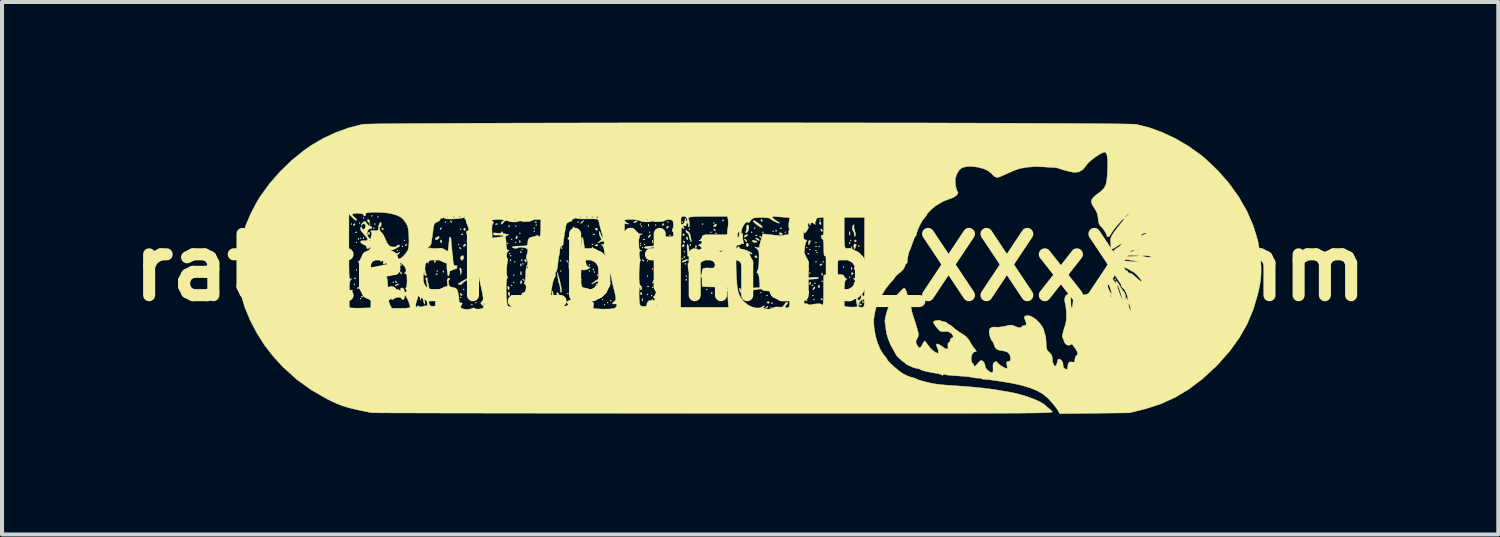
<source format=kicad_pcb>
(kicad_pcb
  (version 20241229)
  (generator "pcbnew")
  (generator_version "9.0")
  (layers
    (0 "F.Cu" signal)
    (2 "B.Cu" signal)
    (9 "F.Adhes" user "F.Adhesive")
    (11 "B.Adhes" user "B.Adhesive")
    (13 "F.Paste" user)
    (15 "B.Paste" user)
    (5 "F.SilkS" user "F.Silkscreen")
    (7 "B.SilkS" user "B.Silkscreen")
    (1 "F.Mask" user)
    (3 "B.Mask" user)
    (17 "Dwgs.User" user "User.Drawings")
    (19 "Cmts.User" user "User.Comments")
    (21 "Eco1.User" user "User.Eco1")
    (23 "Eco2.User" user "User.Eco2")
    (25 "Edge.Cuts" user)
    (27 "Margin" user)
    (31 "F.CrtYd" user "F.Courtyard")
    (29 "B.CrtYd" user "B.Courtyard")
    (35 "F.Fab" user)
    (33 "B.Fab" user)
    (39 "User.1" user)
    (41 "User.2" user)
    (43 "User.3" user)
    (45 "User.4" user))
  (footprint "ratatech_bitmap_XXxXXmm"
    (layer "F.Cu")
    (at 15.61 3.603)
    (property "Reference" "ratatech_bitmap_XXxXXmm" (at 0 0 0) (layer "F.SilkS") (effects (font (size 1.524 1.524) (thickness 0.3))))
    (attr through_hole)
    (fp_poly (pts (xy -9.931 -0.267) (xy -9.944 -0.254) (xy -9.957 -0.267) (xy -9.944 -0.279) (xy -9.931 -0.267)) (stroke (width 0.01) (type solid)) (fill yes) (layer "F.SilkS"))
    (fp_poly (pts (xy -9.906 -1.079) (xy -9.919 -1.067) (xy -9.931 -1.079) (xy -9.919 -1.092) (xy -9.906 -1.079)) (stroke (width 0.01) (type solid)) (fill yes) (layer "F.SilkS"))
    (fp_poly (pts (xy -9.906 0.749) (xy -9.919 0.762) (xy -9.931 0.749) (xy -9.919 0.737) (xy -9.906 0.749)) (stroke (width 0.01) (type solid)) (fill yes) (layer "F.SilkS"))
    (fp_poly (pts (xy -9.83 0.419) (xy -9.842 0.432) (xy -9.855 0.419) (xy -9.842 0.406) (xy -9.83 0.419)) (stroke (width 0.01) (type solid)) (fill yes) (layer "F.SilkS"))
    (fp_poly (pts (xy -9.779 -0.622) (xy -9.792 -0.61) (xy -9.804 -0.622) (xy -9.792 -0.635) (xy -9.779 -0.622)) (stroke (width 0.01) (type solid)) (fill yes) (layer "F.SilkS"))
    (fp_poly (pts (xy -9.779 0.064) (xy -9.792 0.076) (xy -9.804 0.064) (xy -9.792 0.051) (xy -9.779 0.064)) (stroke (width 0.01) (type solid)) (fill yes) (layer "F.SilkS"))
    (fp_poly (pts (xy -9.728 -0.14) (xy -9.741 -0.127) (xy -9.754 -0.14) (xy -9.741 -0.152) (xy -9.728 -0.14)) (stroke (width 0.01) (type solid)) (fill yes) (layer "F.SilkS"))
    (fp_poly (pts (xy -9.703 -1.105) (xy -9.716 -1.092) (xy -9.728 -1.105) (xy -9.716 -1.118) (xy -9.703 -1.105)) (stroke (width 0.01) (type solid)) (fill yes) (layer "F.SilkS"))
    (fp_poly (pts (xy -9.677 -0.724) (xy -9.69 -0.711) (xy -9.703 -0.724) (xy -9.69 -0.737) (xy -9.677 -0.724)) (stroke (width 0.01) (type solid)) (fill yes) (layer "F.SilkS"))
    (fp_poly (pts (xy -9.677 0.775) (xy -9.69 0.787) (xy -9.703 0.775) (xy -9.69 0.762) (xy -9.677 0.775)) (stroke (width 0.01) (type solid)) (fill yes) (layer "F.SilkS"))
    (fp_poly (pts (xy -9.652 -0.038) (xy -9.665 -0.025) (xy -9.677 -0.038) (xy -9.665 -0.051) (xy -9.652 -0.038)) (stroke (width 0.01) (type solid)) (fill yes) (layer "F.SilkS"))
    (fp_poly (pts (xy -9.652 0.191) (xy -9.665 0.203) (xy -9.677 0.191) (xy -9.665 0.178) (xy -9.652 0.191)) (stroke (width 0.01) (type solid)) (fill yes) (layer "F.SilkS"))
    (fp_poly (pts (xy -9.601 -1.232) (xy -9.614 -1.219) (xy -9.627 -1.232) (xy -9.614 -1.245) (xy -9.601 -1.232)) (stroke (width 0.01) (type solid)) (fill yes) (layer "F.SilkS"))
    (fp_poly (pts (xy -9.525 0.038) (xy -9.538 0.051) (xy -9.55 0.038) (xy -9.538 0.025) (xy -9.525 0.038)) (stroke (width 0.01) (type solid)) (fill yes) (layer "F.SilkS"))
    (fp_poly (pts (xy -9.474 -0.318) (xy -9.487 -0.305) (xy -9.5 -0.318) (xy -9.487 -0.33) (xy -9.474 -0.318)) (stroke (width 0.01) (type solid)) (fill yes) (layer "F.SilkS"))
    (fp_poly (pts (xy -9.474 0.546) (xy -9.487 0.559) (xy -9.5 0.546) (xy -9.487 0.533) (xy -9.474 0.546)) (stroke (width 0.01) (type solid)) (fill yes) (layer "F.SilkS"))
    (fp_poly (pts (xy -9.449 -1.079) (xy -9.461 -1.067) (xy -9.474 -1.079) (xy -9.461 -1.092) (xy -9.449 -1.079)) (stroke (width 0.01) (type solid)) (fill yes) (layer "F.SilkS"))
    (fp_poly (pts (xy -9.398 -1.283) (xy -9.411 -1.27) (xy -9.423 -1.283) (xy -9.411 -1.295) (xy -9.398 -1.283)) (stroke (width 0.01) (type solid)) (fill yes) (layer "F.SilkS"))
    (fp_poly (pts (xy -9.347 -0.978) (xy -9.36 -0.965) (xy -9.373 -0.978) (xy -9.36 -0.991) (xy -9.347 -0.978)) (stroke (width 0.01) (type solid)) (fill yes) (layer "F.SilkS"))
    (fp_poly (pts (xy -9.322 -1.079) (xy -9.335 -1.067) (xy -9.347 -1.079) (xy -9.335 -1.092) (xy -9.322 -1.079)) (stroke (width 0.01) (type solid)) (fill yes) (layer "F.SilkS"))
    (fp_poly (pts (xy -9.246 -1.257) (xy -9.258 -1.245) (xy -9.271 -1.257) (xy -9.258 -1.27) (xy -9.246 -1.257)) (stroke (width 0.01) (type solid)) (fill yes) (layer "F.SilkS"))
    (fp_poly (pts (xy -9.246 0.013) (xy -9.258 0.025) (xy -9.271 0.013) (xy -9.258 0) (xy -9.246 0.013)) (stroke (width 0.01) (type solid)) (fill yes) (layer "F.SilkS"))
    (fp_poly (pts (xy -8.865 0.368) (xy -8.877 0.381) (xy -8.89 0.368) (xy -8.877 0.356) (xy -8.865 0.368)) (stroke (width 0.01) (type solid)) (fill yes) (layer "F.SilkS"))
    (fp_poly (pts (xy -8.763 -0.419) (xy -8.776 -0.406) (xy -8.788 -0.419) (xy -8.776 -0.432) (xy -8.763 -0.419)) (stroke (width 0.01) (type solid)) (fill yes) (layer "F.SilkS"))
    (fp_poly (pts (xy -8.636 -0.521) (xy -8.649 -0.508) (xy -8.661 -0.521) (xy -8.649 -0.533) (xy -8.636 -0.521)) (stroke (width 0.01) (type solid)) (fill yes) (layer "F.SilkS"))
    (fp_poly (pts (xy -8.585 -0.673) (xy -8.598 -0.66) (xy -8.611 -0.673) (xy -8.598 -0.686) (xy -8.585 -0.673)) (stroke (width 0.01) (type solid)) (fill yes) (layer "F.SilkS"))
    (fp_poly (pts (xy -7.976 -0.267) (xy -7.988 -0.254) (xy -8.001 -0.267) (xy -7.988 -0.279) (xy -7.976 -0.267)) (stroke (width 0.01) (type solid)) (fill yes) (layer "F.SilkS"))
    (fp_poly (pts (xy -7.874 0.775) (xy -7.887 0.787) (xy -7.899 0.775) (xy -7.887 0.762) (xy -7.874 0.775)) (stroke (width 0.01) (type solid)) (fill yes) (layer "F.SilkS"))
    (fp_poly (pts (xy -7.772 0.089) (xy -7.785 0.102) (xy -7.798 0.089) (xy -7.785 0.076) (xy -7.772 0.089)) (stroke (width 0.01) (type solid)) (fill yes) (layer "F.SilkS"))
    (fp_poly (pts (xy -7.772 0.648) (xy -7.785 0.66) (xy -7.798 0.648) (xy -7.785 0.635) (xy -7.772 0.648)) (stroke (width 0.01) (type solid)) (fill yes) (layer "F.SilkS"))
    (fp_poly (pts (xy -7.595 -0.343) (xy -7.607 -0.33) (xy -7.62 -0.343) (xy -7.607 -0.356) (xy -7.595 -0.343)) (stroke (width 0.01) (type solid)) (fill yes) (layer "F.SilkS"))
    (fp_poly (pts (xy -7.569 -1.13) (xy -7.582 -1.118) (xy -7.595 -1.13) (xy -7.582 -1.143) (xy -7.569 -1.13)) (stroke (width 0.01) (type solid)) (fill yes) (layer "F.SilkS"))
    (fp_poly (pts (xy -7.239 -0.572) (xy -7.252 -0.559) (xy -7.264 -0.572) (xy -7.252 -0.584) (xy -7.239 -0.572)) (stroke (width 0.01) (type solid)) (fill yes) (layer "F.SilkS"))
    (fp_poly (pts (xy -7.188 -0.953) (xy -7.201 -0.94) (xy -7.214 -0.953) (xy -7.201 -0.965) (xy -7.188 -0.953)) (stroke (width 0.01) (type solid)) (fill yes) (layer "F.SilkS"))
    (fp_poly (pts (xy -7.188 0.749) (xy -7.201 0.762) (xy -7.214 0.749) (xy -7.201 0.737) (xy -7.188 0.749)) (stroke (width 0.01) (type solid)) (fill yes) (layer "F.SilkS"))
    (fp_poly (pts (xy -7.112 0.546) (xy -7.125 0.559) (xy -7.137 0.546) (xy -7.125 0.533) (xy -7.112 0.546)) (stroke (width 0.01) (type solid)) (fill yes) (layer "F.SilkS"))
    (fp_poly (pts (xy -6.909 0.927) (xy -6.921 0.94) (xy -6.934 0.927) (xy -6.921 0.914) (xy -6.909 0.927)) (stroke (width 0.01) (type solid)) (fill yes) (layer "F.SilkS"))
    (fp_poly (pts (xy -6.858 0.241) (xy -6.871 0.254) (xy -6.883 0.241) (xy -6.871 0.229) (xy -6.858 0.241)) (stroke (width 0.01) (type solid)) (fill yes) (layer "F.SilkS"))
    (fp_poly (pts (xy -6.807 0.876) (xy -6.82 0.889) (xy -6.833 0.876) (xy -6.82 0.864) (xy -6.807 0.876)) (stroke (width 0.01) (type solid)) (fill yes) (layer "F.SilkS"))
    (fp_poly (pts (xy -6.02 -0.597) (xy -6.032 -0.584) (xy -6.045 -0.597) (xy -6.032 -0.61) (xy -6.02 -0.597)) (stroke (width 0.01) (type solid)) (fill yes) (layer "F.SilkS"))
    (fp_poly (pts (xy -5.969 -0.343) (xy -5.982 -0.33) (xy -5.994 -0.343) (xy -5.982 -0.356) (xy -5.969 -0.343)) (stroke (width 0.01) (type solid)) (fill yes) (layer "F.SilkS"))
    (fp_poly (pts (xy -5.944 -0.292) (xy -5.956 -0.279) (xy -5.969 -0.292) (xy -5.956 -0.305) (xy -5.944 -0.292)) (stroke (width 0.01) (type solid)) (fill yes) (layer "F.SilkS"))
    (fp_poly (pts (xy -5.918 -0.699) (xy -5.931 -0.686) (xy -5.944 -0.699) (xy -5.931 -0.711) (xy -5.918 -0.699)) (stroke (width 0.01) (type solid)) (fill yes) (layer "F.SilkS"))
    (fp_poly (pts (xy -5.918 0.445) (xy -5.931 0.457) (xy -5.944 0.445) (xy -5.931 0.432) (xy -5.918 0.445)) (stroke (width 0.01) (type solid)) (fill yes) (layer "F.SilkS"))
    (fp_poly (pts (xy -5.918 0.699) (xy -5.931 0.711) (xy -5.944 0.699) (xy -5.931 0.686) (xy -5.918 0.699)) (stroke (width 0.01) (type solid)) (fill yes) (layer "F.SilkS"))
    (fp_poly (pts (xy -5.867 0.191) (xy -5.88 0.203) (xy -5.893 0.191) (xy -5.88 0.178) (xy -5.867 0.191)) (stroke (width 0.01) (type solid)) (fill yes) (layer "F.SilkS"))
    (fp_poly (pts (xy -5.867 0.368) (xy -5.88 0.381) (xy -5.893 0.368) (xy -5.88 0.356) (xy -5.867 0.368)) (stroke (width 0.01) (type solid)) (fill yes) (layer "F.SilkS"))
    (fp_poly (pts (xy -5.842 -0.14) (xy -5.855 -0.127) (xy -5.867 -0.14) (xy -5.855 -0.152) (xy -5.842 -0.14)) (stroke (width 0.01) (type solid)) (fill yes) (layer "F.SilkS"))
    (fp_poly (pts (xy -5.817 -1.029) (xy -5.829 -1.016) (xy -5.842 -1.029) (xy -5.829 -1.041) (xy -5.817 -1.029)) (stroke (width 0.01) (type solid)) (fill yes) (layer "F.SilkS"))
    (fp_poly (pts (xy -5.817 -0.622) (xy -5.829 -0.61) (xy -5.842 -0.622) (xy -5.829 -0.635) (xy -5.817 -0.622)) (stroke (width 0.01) (type solid)) (fill yes) (layer "F.SilkS"))
    (fp_poly (pts (xy -5.715 -0.851) (xy -5.728 -0.838) (xy -5.74 -0.851) (xy -5.728 -0.864) (xy -5.715 -0.851)) (stroke (width 0.01) (type solid)) (fill yes) (layer "F.SilkS"))
    (fp_poly (pts (xy -5.664 -0.445) (xy -5.677 -0.432) (xy -5.69 -0.445) (xy -5.677 -0.457) (xy -5.664 -0.445)) (stroke (width 0.01) (type solid)) (fill yes) (layer "F.SilkS"))
    (fp_poly (pts (xy -5.639 -0.089) (xy -5.652 -0.076) (xy -5.664 -0.089) (xy -5.652 -0.102) (xy -5.639 -0.089)) (stroke (width 0.01) (type solid)) (fill yes) (layer "F.SilkS"))
    (fp_poly (pts (xy -5.359 -0.978) (xy -5.372 -0.965) (xy -5.385 -0.978) (xy -5.372 -0.991) (xy -5.359 -0.978)) (stroke (width 0.01) (type solid)) (fill yes) (layer "F.SilkS"))
    (fp_poly (pts (xy -5.359 -0.902) (xy -5.372 -0.889) (xy -5.385 -0.902) (xy -5.372 -0.914) (xy -5.359 -0.902)) (stroke (width 0.01) (type solid)) (fill yes) (layer "F.SilkS"))
    (fp_poly (pts (xy -5.309 -1.054) (xy -5.321 -1.041) (xy -5.334 -1.054) (xy -5.321 -1.067) (xy -5.309 -1.054)) (stroke (width 0.01) (type solid)) (fill yes) (layer "F.SilkS"))
    (fp_poly (pts (xy -4.699 -0.165) (xy -4.712 -0.152) (xy -4.724 -0.165) (xy -4.712 -0.178) (xy -4.699 -0.165)) (stroke (width 0.01) (type solid)) (fill yes) (layer "F.SilkS"))
    (fp_poly (pts (xy -4.699 0.089) (xy -4.712 0.102) (xy -4.724 0.089) (xy -4.712 0.076) (xy -4.699 0.089)) (stroke (width 0.01) (type solid)) (fill yes) (layer "F.SilkS"))
    (fp_poly (pts (xy -4.521 0.648) (xy -4.534 0.66) (xy -4.547 0.648) (xy -4.534 0.635) (xy -4.521 0.648)) (stroke (width 0.01) (type solid)) (fill yes) (layer "F.SilkS"))
    (fp_poly (pts (xy -4.496 -0.089) (xy -4.508 -0.076) (xy -4.521 -0.089) (xy -4.508 -0.102) (xy -4.496 -0.089)) (stroke (width 0.01) (type solid)) (fill yes) (layer "F.SilkS"))
    (fp_poly (pts (xy -4.496 -0.038) (xy -4.508 -0.025) (xy -4.521 -0.038) (xy -4.508 -0.051) (xy -4.496 -0.038)) (stroke (width 0.01) (type solid)) (fill yes) (layer "F.SilkS"))
    (fp_poly (pts (xy -4.47 0.114) (xy -4.483 0.127) (xy -4.496 0.114) (xy -4.483 0.102) (xy -4.47 0.114)) (stroke (width 0.01) (type solid)) (fill yes) (layer "F.SilkS"))
    (fp_poly (pts (xy -4.47 0.343) (xy -4.483 0.356) (xy -4.496 0.343) (xy -4.483 0.33) (xy -4.47 0.343)) (stroke (width 0.01) (type solid)) (fill yes) (layer "F.SilkS"))
    (fp_poly (pts (xy -4.47 0.47) (xy -4.483 0.483) (xy -4.496 0.47) (xy -4.483 0.457) (xy -4.47 0.47)) (stroke (width 0.01) (type solid)) (fill yes) (layer "F.SilkS"))
    (fp_poly (pts (xy -4.293 -0.318) (xy -4.305 -0.305) (xy -4.318 -0.318) (xy -4.305 -0.33) (xy -4.293 -0.318)) (stroke (width 0.01) (type solid)) (fill yes) (layer "F.SilkS"))
    (fp_poly (pts (xy -4.267 -1.13) (xy -4.28 -1.118) (xy -4.293 -1.13) (xy -4.28 -1.143) (xy -4.267 -1.13)) (stroke (width 0.01) (type solid)) (fill yes) (layer "F.SilkS"))
    (fp_poly (pts (xy -4.013 -1.029) (xy -4.026 -1.016) (xy -4.039 -1.029) (xy -4.026 -1.041) (xy -4.013 -1.029)) (stroke (width 0.01) (type solid)) (fill yes) (layer "F.SilkS"))
    (fp_poly (pts (xy -3.988 -0.064) (xy -4 -0.051) (xy -4.013 -0.064) (xy -4 -0.076) (xy -3.988 -0.064)) (stroke (width 0.01) (type solid)) (fill yes) (layer "F.SilkS"))
    (fp_poly (pts (xy -3.988 0.089) (xy -4 0.102) (xy -4.013 0.089) (xy -4 0.076) (xy -3.988 0.089)) (stroke (width 0.01) (type solid)) (fill yes) (layer "F.SilkS"))
    (fp_poly (pts (xy -3.912 -0.572) (xy -3.924 -0.559) (xy -3.937 -0.572) (xy -3.924 -0.584) (xy -3.912 -0.572)) (stroke (width 0.01) (type solid)) (fill yes) (layer "F.SilkS"))
    (fp_poly (pts (xy -3.912 -0.495) (xy -3.924 -0.483) (xy -3.937 -0.495) (xy -3.924 -0.508) (xy -3.912 -0.495)) (stroke (width 0.01) (type solid)) (fill yes) (layer "F.SilkS"))
    (fp_poly (pts (xy -3.886 0.546) (xy -3.899 0.559) (xy -3.912 0.546) (xy -3.899 0.533) (xy -3.886 0.546)) (stroke (width 0.01) (type solid)) (fill yes) (layer "F.SilkS"))
    (fp_poly (pts (xy -3.861 0.114) (xy -3.873 0.127) (xy -3.886 0.114) (xy -3.873 0.102) (xy -3.861 0.114)) (stroke (width 0.01) (type solid)) (fill yes) (layer "F.SilkS"))
    (fp_poly (pts (xy -3.835 0.47) (xy -3.848 0.483) (xy -3.861 0.47) (xy -3.848 0.457) (xy -3.835 0.47)) (stroke (width 0.01) (type solid)) (fill yes) (layer "F.SilkS"))
    (fp_poly (pts (xy -3.835 0.546) (xy -3.848 0.559) (xy -3.861 0.546) (xy -3.848 0.533) (xy -3.835 0.546)) (stroke (width 0.01) (type solid)) (fill yes) (layer "F.SilkS"))
    (fp_poly (pts (xy -3.81 0.419) (xy -3.823 0.432) (xy -3.835 0.419) (xy -3.823 0.406) (xy -3.81 0.419)) (stroke (width 0.01) (type solid)) (fill yes) (layer "F.SilkS"))
    (fp_poly (pts (xy -3.785 0.191) (xy -3.797 0.203) (xy -3.81 0.191) (xy -3.797 0.178) (xy -3.785 0.191)) (stroke (width 0.01) (type solid)) (fill yes) (layer "F.SilkS"))
    (fp_poly (pts (xy -3.759 0.495) (xy -3.772 0.508) (xy -3.785 0.495) (xy -3.772 0.483) (xy -3.759 0.495)) (stroke (width 0.01) (type solid)) (fill yes) (layer "F.SilkS"))
    (fp_poly (pts (xy -3.658 0.572) (xy -3.67 0.584) (xy -3.683 0.572) (xy -3.67 0.559) (xy -3.658 0.572)) (stroke (width 0.01) (type solid)) (fill yes) (layer "F.SilkS"))
    (fp_poly (pts (xy -3.658 0.8) (xy -3.67 0.813) (xy -3.683 0.8) (xy -3.67 0.787) (xy -3.658 0.8)) (stroke (width 0.01) (type solid)) (fill yes) (layer "F.SilkS"))
    (fp_poly (pts (xy -3.607 0.927) (xy -3.619 0.94) (xy -3.632 0.927) (xy -3.619 0.914) (xy -3.607 0.927)) (stroke (width 0.01) (type solid)) (fill yes) (layer "F.SilkS"))
    (fp_poly (pts (xy -3.556 0.241) (xy -3.569 0.254) (xy -3.581 0.241) (xy -3.569 0.229) (xy -3.556 0.241)) (stroke (width 0.01) (type solid)) (fill yes) (layer "F.SilkS"))
    (fp_poly (pts (xy -3.531 0.876) (xy -3.543 0.889) (xy -3.556 0.876) (xy -3.543 0.864) (xy -3.531 0.876)) (stroke (width 0.01) (type solid)) (fill yes) (layer "F.SilkS"))
    (fp_poly (pts (xy -3.48 0.394) (xy -3.493 0.406) (xy -3.505 0.394) (xy -3.493 0.381) (xy -3.48 0.394)) (stroke (width 0.01) (type solid)) (fill yes) (layer "F.SilkS"))
    (fp_poly (pts (xy -3.454 0.826) (xy -3.467 0.838) (xy -3.48 0.826) (xy -3.467 0.813) (xy -3.454 0.826)) (stroke (width 0.01) (type solid)) (fill yes) (layer "F.SilkS"))
    (fp_poly (pts (xy -2.718 -1.079) (xy -2.731 -1.067) (xy -2.743 -1.079) (xy -2.731 -1.092) (xy -2.718 -1.079)) (stroke (width 0.01) (type solid)) (fill yes) (layer "F.SilkS"))
    (fp_poly (pts (xy -2.718 -0.597) (xy -2.731 -0.584) (xy -2.743 -0.597) (xy -2.731 -0.61) (xy -2.718 -0.597)) (stroke (width 0.01) (type solid)) (fill yes) (layer "F.SilkS"))
    (fp_poly (pts (xy -2.718 -0.546) (xy -2.731 -0.533) (xy -2.743 -0.546) (xy -2.731 -0.559) (xy -2.718 -0.546)) (stroke (width 0.01) (type solid)) (fill yes) (layer "F.SilkS"))
    (fp_poly (pts (xy -2.692 -1.029) (xy -2.705 -1.016) (xy -2.718 -1.029) (xy -2.705 -1.041) (xy -2.692 -1.029)) (stroke (width 0.01) (type solid)) (fill yes) (layer "F.SilkS"))
    (fp_poly (pts (xy -2.667 -0.495) (xy -2.68 -0.483) (xy -2.692 -0.495) (xy -2.68 -0.508) (xy -2.667 -0.495)) (stroke (width 0.01) (type solid)) (fill yes) (layer "F.SilkS"))
    (fp_poly (pts (xy -2.616 -0.572) (xy -2.629 -0.559) (xy -2.642 -0.572) (xy -2.629 -0.584) (xy -2.616 -0.572)) (stroke (width 0.01) (type solid)) (fill yes) (layer "F.SilkS"))
    (fp_poly (pts (xy -2.565 -0.241) (xy -2.578 -0.229) (xy -2.591 -0.241) (xy -2.578 -0.254) (xy -2.565 -0.241)) (stroke (width 0.01) (type solid)) (fill yes) (layer "F.SilkS"))
    (fp_poly (pts (xy -2.54 -0.165) (xy -2.553 -0.152) (xy -2.565 -0.165) (xy -2.553 -0.178) (xy -2.54 -0.165)) (stroke (width 0.01) (type solid)) (fill yes) (layer "F.SilkS"))
    (fp_poly (pts (xy -2.54 0.216) (xy -2.553 0.229) (xy -2.565 0.216) (xy -2.553 0.203) (xy -2.54 0.216)) (stroke (width 0.01) (type solid)) (fill yes) (layer "F.SilkS"))
    (fp_poly (pts (xy -2.54 0.673) (xy -2.553 0.686) (xy -2.565 0.673) (xy -2.553 0.66) (xy -2.54 0.673)) (stroke (width 0.01) (type solid)) (fill yes) (layer "F.SilkS"))
    (fp_poly (pts (xy -2.489 -0.876) (xy -2.502 -0.864) (xy -2.515 -0.876) (xy -2.502 -0.889) (xy -2.489 -0.876)) (stroke (width 0.01) (type solid)) (fill yes) (layer "F.SilkS"))
    (fp_poly (pts (xy -2.438 0.699) (xy -2.451 0.711) (xy -2.464 0.699) (xy -2.451 0.686) (xy -2.438 0.699)) (stroke (width 0.01) (type solid)) (fill yes) (layer "F.SilkS"))
    (fp_poly (pts (xy -2.413 -0.368) (xy -2.426 -0.356) (xy -2.438 -0.368) (xy -2.426 -0.381) (xy -2.413 -0.368)) (stroke (width 0.01) (type solid)) (fill yes) (layer "F.SilkS"))
    (fp_poly (pts (xy -2.413 -0.241) (xy -2.426 -0.229) (xy -2.438 -0.241) (xy -2.426 -0.254) (xy -2.413 -0.241)) (stroke (width 0.01) (type solid)) (fill yes) (layer "F.SilkS"))
    (fp_poly (pts (xy -2.413 0.038) (xy -2.426 0.051) (xy -2.438 0.038) (xy -2.426 0.025) (xy -2.413 0.038)) (stroke (width 0.01) (type solid)) (fill yes) (layer "F.SilkS"))
    (fp_poly (pts (xy -2.413 0.495) (xy -2.426 0.508) (xy -2.438 0.495) (xy -2.426 0.483) (xy -2.413 0.495)) (stroke (width 0.01) (type solid)) (fill yes) (layer "F.SilkS"))
    (fp_poly (pts (xy -2.337 -1.054) (xy -2.349 -1.041) (xy -2.362 -1.054) (xy -2.349 -1.067) (xy -2.337 -1.054)) (stroke (width 0.01) (type solid)) (fill yes) (layer "F.SilkS"))
    (fp_poly (pts (xy -2.337 -0.648) (xy -2.349 -0.635) (xy -2.362 -0.648) (xy -2.349 -0.66) (xy -2.337 -0.648)) (stroke (width 0.01) (type solid)) (fill yes) (layer "F.SilkS"))
    (fp_poly (pts (xy -2.337 -0.089) (xy -2.349 -0.076) (xy -2.362 -0.089) (xy -2.349 -0.102) (xy -2.337 -0.089)) (stroke (width 0.01) (type solid)) (fill yes) (layer "F.SilkS"))
    (fp_poly (pts (xy -2.337 0.191) (xy -2.349 0.203) (xy -2.362 0.191) (xy -2.349 0.178) (xy -2.337 0.191)) (stroke (width 0.01) (type solid)) (fill yes) (layer "F.SilkS"))
    (fp_poly (pts (xy -2.337 0.292) (xy -2.349 0.305) (xy -2.362 0.292) (xy -2.349 0.279) (xy -2.337 0.292)) (stroke (width 0.01) (type solid)) (fill yes) (layer "F.SilkS"))
    (fp_poly (pts (xy -2.337 0.521) (xy -2.349 0.533) (xy -2.362 0.521) (xy -2.349 0.508) (xy -2.337 0.521)) (stroke (width 0.01) (type solid)) (fill yes) (layer "F.SilkS"))
    (fp_poly (pts (xy -2.032 -1.13) (xy -2.045 -1.118) (xy -2.057 -1.13) (xy -2.045 -1.143) (xy -2.032 -1.13)) (stroke (width 0.01) (type solid)) (fill yes) (layer "F.SilkS"))
    (fp_poly (pts (xy -1.981 -0.8) (xy -1.994 -0.787) (xy -2.007 -0.8) (xy -1.994 -0.813) (xy -1.981 -0.8)) (stroke (width 0.01) (type solid)) (fill yes) (layer "F.SilkS"))
    (fp_poly (pts (xy -1.676 -1.13) (xy -1.689 -1.118) (xy -1.702 -1.13) (xy -1.689 -1.143) (xy -1.676 -1.13)) (stroke (width 0.01) (type solid)) (fill yes) (layer "F.SilkS"))
    (fp_poly (pts (xy -1.676 -0.216) (xy -1.689 -0.203) (xy -1.702 -0.216) (xy -1.689 -0.229) (xy -1.676 -0.216)) (stroke (width 0.01) (type solid)) (fill yes) (layer "F.SilkS"))
    (fp_poly (pts (xy -1.626 -0.394) (xy -1.638 -0.381) (xy -1.651 -0.394) (xy -1.638 -0.406) (xy -1.626 -0.394)) (stroke (width 0.01) (type solid)) (fill yes) (layer "F.SilkS"))
    (fp_poly (pts (xy -1.6 -0.089) (xy -1.613 -0.076) (xy -1.626 -0.089) (xy -1.613 -0.102) (xy -1.6 -0.089)) (stroke (width 0.01) (type solid)) (fill yes) (layer "F.SilkS"))
    (fp_poly (pts (xy -1.575 0.216) (xy -1.587 0.229) (xy -1.6 0.216) (xy -1.587 0.203) (xy -1.575 0.216)) (stroke (width 0.01) (type solid)) (fill yes) (layer "F.SilkS"))
    (fp_poly (pts (xy -1.499 -0.953) (xy -1.511 -0.94) (xy -1.524 -0.953) (xy -1.511 -0.965) (xy -1.499 -0.953)) (stroke (width 0.01) (type solid)) (fill yes) (layer "F.SilkS"))
    (fp_poly (pts (xy -1.422 0.546) (xy -1.435 0.559) (xy -1.448 0.546) (xy -1.435 0.533) (xy -1.422 0.546)) (stroke (width 0.01) (type solid)) (fill yes) (layer "F.SilkS"))
    (fp_poly (pts (xy -1.321 0.749) (xy -1.333 0.762) (xy -1.346 0.749) (xy -1.333 0.737) (xy -1.321 0.749)) (stroke (width 0.01) (type solid)) (fill yes) (layer "F.SilkS"))
    (fp_poly (pts (xy -1.194 -0.318) (xy -1.206 -0.305) (xy -1.219 -0.318) (xy -1.206 -0.33) (xy -1.194 -0.318)) (stroke (width 0.01) (type solid)) (fill yes) (layer "F.SilkS"))
    (fp_poly (pts (xy -1.168 -1.079) (xy -1.181 -1.067) (xy -1.194 -1.079) (xy -1.181 -1.092) (xy -1.168 -1.079)) (stroke (width 0.01) (type solid)) (fill yes) (layer "F.SilkS"))
    (fp_poly (pts (xy -1.067 0.546) (xy -1.079 0.559) (xy -1.092 0.546) (xy -1.079 0.533) (xy -1.067 0.546)) (stroke (width 0.01) (type solid)) (fill yes) (layer "F.SilkS"))
    (fp_poly (pts (xy -0.965 -0.876) (xy -0.978 -0.864) (xy -0.991 -0.876) (xy -0.978 -0.889) (xy -0.965 -0.876)) (stroke (width 0.01) (type solid)) (fill yes) (layer "F.SilkS"))
    (fp_poly (pts (xy -0.889 -1.105) (xy -0.902 -1.092) (xy -0.914 -1.105) (xy -0.902 -1.118) (xy -0.889 -1.105)) (stroke (width 0.01) (type solid)) (fill yes) (layer "F.SilkS"))
    (fp_poly (pts (xy -0.838 -0.851) (xy -0.851 -0.838) (xy -0.864 -0.851) (xy -0.851 -0.864) (xy -0.838 -0.851)) (stroke (width 0.01) (type solid)) (fill yes) (layer "F.SilkS"))
    (fp_poly (pts (xy -0.737 0.699) (xy -0.749 0.711) (xy -0.762 0.699) (xy -0.749 0.686) (xy -0.737 0.699)) (stroke (width 0.01) (type solid)) (fill yes) (layer "F.SilkS"))
    (fp_poly (pts (xy -0.686 -0.343) (xy -0.699 -0.33) (xy -0.711 -0.343) (xy -0.699 -0.356) (xy -0.686 -0.343)) (stroke (width 0.01) (type solid)) (fill yes) (layer "F.SilkS"))
    (fp_poly (pts (xy -0.178 0.47) (xy -0.191 0.483) (xy -0.203 0.47) (xy -0.191 0.457) (xy -0.178 0.47)) (stroke (width 0.01) (type solid)) (fill yes) (layer "F.SilkS"))
    (fp_poly (pts (xy -0.102 0.114) (xy -0.114 0.127) (xy -0.127 0.114) (xy -0.114 0.102) (xy -0.102 0.114)) (stroke (width 0.01) (type solid)) (fill yes) (layer "F.SilkS"))
    (fp_poly (pts (xy -0.102 0.495) (xy -0.114 0.508) (xy -0.127 0.495) (xy -0.114 0.483) (xy -0.102 0.495)) (stroke (width 0.01) (type solid)) (fill yes) (layer "F.SilkS"))
    (fp_poly (pts (xy 0 0.165) (xy -0.013 0.178) (xy -0.025 0.165) (xy -0.013 0.152) (xy 0 0.165)) (stroke (width 0.01) (type solid)) (fill yes) (layer "F.SilkS"))
    (fp_poly (pts (xy 0.051 -0.876) (xy 0.038 -0.864) (xy 0.025 -0.876) (xy 0.038 -0.889) (xy 0.051 -0.876)) (stroke (width 0.01) (type solid)) (fill yes) (layer "F.SilkS"))
    (fp_poly (pts (xy 0.127 -0.978) (xy 0.114 -0.965) (xy 0.102 -0.978) (xy 0.114 -0.991) (xy 0.127 -0.978)) (stroke (width 0.01) (type solid)) (fill yes) (layer "F.SilkS"))
    (fp_poly (pts (xy 0.279 0.622) (xy 0.267 0.635) (xy 0.254 0.622) (xy 0.267 0.61) (xy 0.279 0.622)) (stroke (width 0.01) (type solid)) (fill yes) (layer "F.SilkS"))
    (fp_poly (pts (xy 0.33 -0.876) (xy 0.318 -0.864) (xy 0.305 -0.876) (xy 0.318 -0.889) (xy 0.33 -0.876)) (stroke (width 0.01) (type solid)) (fill yes) (layer "F.SilkS"))
    (fp_poly (pts (xy 0.432 0.699) (xy 0.419 0.711) (xy 0.406 0.699) (xy 0.419 0.686) (xy 0.432 0.699)) (stroke (width 0.01) (type solid)) (fill yes) (layer "F.SilkS"))
    (fp_poly (pts (xy 0.533 1.003) (xy 0.521 1.016) (xy 0.508 1.003) (xy 0.521 0.991) (xy 0.533 1.003)) (stroke (width 0.01) (type solid)) (fill yes) (layer "F.SilkS"))
    (fp_poly (pts (xy 0.584 -0.902) (xy 0.572 -0.889) (xy 0.559 -0.902) (xy 0.572 -0.914) (xy 0.584 -0.902)) (stroke (width 0.01) (type solid)) (fill yes) (layer "F.SilkS"))
    (fp_poly (pts (xy 0.864 0.826) (xy 0.851 0.838) (xy 0.838 0.826) (xy 0.851 0.813) (xy 0.864 0.826)) (stroke (width 0.01) (type solid)) (fill yes) (layer "F.SilkS"))
    (fp_poly (pts (xy 0.889 -0.876) (xy 0.876 -0.864) (xy 0.864 -0.876) (xy 0.876 -0.889) (xy 0.889 -0.876)) (stroke (width 0.01) (type solid)) (fill yes) (layer "F.SilkS"))
    (fp_poly (pts (xy 1.422 -0.495) (xy 1.41 -0.483) (xy 1.397 -0.495) (xy 1.41 -0.508) (xy 1.422 -0.495)) (stroke (width 0.01) (type solid)) (fill yes) (layer "F.SilkS"))
    (fp_poly (pts (xy 1.422 0.826) (xy 1.41 0.838) (xy 1.397 0.826) (xy 1.41 0.813) (xy 1.422 0.826)) (stroke (width 0.01) (type solid)) (fill yes) (layer "F.SilkS"))
    (fp_poly (pts (xy 1.499 -0.445) (xy 1.486 -0.432) (xy 1.473 -0.445) (xy 1.486 -0.457) (xy 1.499 -0.445)) (stroke (width 0.01) (type solid)) (fill yes) (layer "F.SilkS"))
    (fp_poly (pts (xy 1.499 0.14) (xy 1.486 0.152) (xy 1.473 0.14) (xy 1.486 0.127) (xy 1.499 0.14)) (stroke (width 0.01) (type solid)) (fill yes) (layer "F.SilkS"))
    (fp_poly (pts (xy 1.575 0.699) (xy 1.562 0.711) (xy 1.549 0.699) (xy 1.562 0.686) (xy 1.575 0.699)) (stroke (width 0.01) (type solid)) (fill yes) (layer "F.SilkS"))
    (fp_poly (pts (xy 1.6 0.8) (xy 1.587 0.813) (xy 1.575 0.8) (xy 1.587 0.787) (xy 1.6 0.8)) (stroke (width 0.01) (type solid)) (fill yes) (layer "F.SilkS"))
    (fp_poly (pts (xy 1.626 0.394) (xy 1.613 0.406) (xy 1.6 0.394) (xy 1.613 0.381) (xy 1.626 0.394)) (stroke (width 0.01) (type solid)) (fill yes) (layer "F.SilkS"))
    (fp_poly (pts (xy 1.651 -0.622) (xy 1.638 -0.61) (xy 1.626 -0.622) (xy 1.638 -0.635) (xy 1.651 -0.622)) (stroke (width 0.01) (type solid)) (fill yes) (layer "F.SilkS"))
    (fp_poly (pts (xy 1.651 -0.521) (xy 1.638 -0.508) (xy 1.626 -0.521) (xy 1.638 -0.533) (xy 1.651 -0.521)) (stroke (width 0.01) (type solid)) (fill yes) (layer "F.SilkS"))
    (fp_poly (pts (xy 1.651 -0.419) (xy 1.638 -0.406) (xy 1.626 -0.419) (xy 1.638 -0.432) (xy 1.651 -0.419)) (stroke (width 0.01) (type solid)) (fill yes) (layer "F.SilkS"))
    (fp_poly (pts (xy 1.651 -0.14) (xy 1.638 -0.127) (xy 1.626 -0.14) (xy 1.638 -0.152) (xy 1.651 -0.14)) (stroke (width 0.01) (type solid)) (fill yes) (layer "F.SilkS"))
    (fp_poly (pts (xy 1.676 -0.368) (xy 1.664 -0.356) (xy 1.651 -0.368) (xy 1.664 -0.381) (xy 1.676 -0.368)) (stroke (width 0.01) (type solid)) (fill yes) (layer "F.SilkS"))
    (fp_poly (pts (xy 1.727 -0.521) (xy 1.714 -0.508) (xy 1.702 -0.521) (xy 1.714 -0.533) (xy 1.727 -0.521)) (stroke (width 0.01) (type solid)) (fill yes) (layer "F.SilkS"))
    (fp_poly (pts (xy 1.753 -1.181) (xy 1.74 -1.168) (xy 1.727 -1.181) (xy 1.74 -1.194) (xy 1.753 -1.181)) (stroke (width 0.01) (type solid)) (fill yes) (layer "F.SilkS"))
    (fp_poly (pts (xy 1.803 0.343) (xy 1.791 0.356) (xy 1.778 0.343) (xy 1.791 0.33) (xy 1.803 0.343)) (stroke (width 0.01) (type solid)) (fill yes) (layer "F.SilkS"))
    (fp_poly (pts (xy 1.829 -0.14) (xy 1.816 -0.127) (xy 1.803 -0.14) (xy 1.816 -0.152) (xy 1.829 -0.14)) (stroke (width 0.01) (type solid)) (fill yes) (layer "F.SilkS"))
    (fp_poly (pts (xy 2.337 -0.013) (xy 2.324 0) (xy 2.311 -0.013) (xy 2.324 -0.025) (xy 2.337 -0.013)) (stroke (width 0.01) (type solid)) (fill yes) (layer "F.SilkS"))
    (fp_poly (pts (xy 2.489 0.241) (xy 2.477 0.254) (xy 2.464 0.241) (xy 2.477 0.229) (xy 2.489 0.241)) (stroke (width 0.01) (type solid)) (fill yes) (layer "F.SilkS"))
    (fp_poly (pts (xy 2.515 -0.673) (xy 2.502 -0.66) (xy 2.489 -0.673) (xy 2.502 -0.686) (xy 2.515 -0.673)) (stroke (width 0.01) (type solid)) (fill yes) (layer "F.SilkS"))
    (fp_poly (pts (xy 2.718 0.724) (xy 2.705 0.737) (xy 2.692 0.724) (xy 2.705 0.711) (xy 2.718 0.724)) (stroke (width 0.01) (type solid)) (fill yes) (layer "F.SilkS"))
    (fp_poly (pts (xy 2.743 -0.241) (xy 2.731 -0.229) (xy 2.718 -0.241) (xy 2.731 -0.254) (xy 2.743 -0.241)) (stroke (width 0.01) (type solid)) (fill yes) (layer "F.SilkS"))
    (fp_poly (pts (xy 2.769 -0.165) (xy 2.756 -0.152) (xy 2.743 -0.165) (xy 2.756 -0.178) (xy 2.769 -0.165)) (stroke (width 0.01) (type solid)) (fill yes) (layer "F.SilkS"))
    (fp_poly (pts (xy 2.794 -0.267) (xy 2.781 -0.254) (xy 2.769 -0.267) (xy 2.781 -0.279) (xy 2.794 -0.267)) (stroke (width 0.01) (type solid)) (fill yes) (layer "F.SilkS"))
    (fp_poly (pts (xy 9.042 0.241) (xy 9.03 0.254) (xy 9.017 0.241) (xy 9.03 0.229) (xy 9.042 0.241)) (stroke (width 0.01) (type solid)) (fill yes) (layer "F.SilkS"))
    (fp_poly (pts (xy 9.093 0.292) (xy 9.081 0.305) (xy 9.068 0.292) (xy 9.081 0.279) (xy 9.093 0.292)) (stroke (width 0.01) (type solid)) (fill yes) (layer "F.SilkS"))
    (fp_poly (pts (xy -9.889 0.567) (xy -9.893 0.582) (xy -9.906 0.584) (xy -9.927 0.575) (xy -9.923 0.567) (xy -9.893 0.564) (xy -9.889 0.567)) (stroke (width 0.01) (type solid)) (fill yes) (layer "F.SilkS"))
    (fp_poly (pts (xy -9.813 0.262) (xy -9.816 0.278) (xy -9.83 0.279) (xy -9.851 0.27) (xy -9.847 0.262) (xy -9.817 0.259) (xy -9.813 0.262)) (stroke (width 0.01) (type solid)) (fill yes) (layer "F.SilkS"))
    (fp_poly (pts (xy -9.787 -0.881) (xy -9.791 -0.865) (xy -9.804 -0.864) (xy -9.825 -0.873) (xy -9.821 -0.881) (xy -9.791 -0.884) (xy -9.787 -0.881)) (stroke (width 0.01) (type solid)) (fill yes) (layer "F.SilkS"))
    (fp_poly (pts (xy -9.737 -0.728) (xy -9.734 -0.698) (xy -9.737 -0.694) (xy -9.752 -0.698) (xy -9.754 -0.711) (xy -9.744 -0.732) (xy -9.737 -0.728)) (stroke (width 0.01) (type solid)) (fill yes) (layer "F.SilkS"))
    (fp_poly (pts (xy -9.66 0.275) (xy -9.657 0.314) (xy -9.662 0.323) (xy -9.674 0.316) (xy -9.675 0.29) (xy -9.669 0.263) (xy -9.66 0.275)) (stroke (width 0.01) (type solid)) (fill yes) (layer "F.SilkS"))
    (fp_poly (pts (xy -9.635 0.72) (xy -9.639 0.735) (xy -9.652 0.737) (xy -9.673 0.727) (xy -9.669 0.72) (xy -9.639 0.717) (xy -9.635 0.72)) (stroke (width 0.01) (type solid)) (fill yes) (layer "F.SilkS"))
    (fp_poly (pts (xy -9.61 -0.754) (xy -9.607 -0.723) (xy -9.61 -0.72) (xy -9.625 -0.723) (xy -9.627 -0.737) (xy -9.617 -0.758) (xy -9.61 -0.754)) (stroke (width 0.01) (type solid)) (fill yes) (layer "F.SilkS"))
    (fp_poly (pts (xy -9.583 0.543) (xy -9.59 0.555) (xy -9.616 0.557) (xy -9.643 0.551) (xy -9.631 0.541) (xy -9.592 0.538) (xy -9.583 0.543)) (stroke (width 0.01) (type solid)) (fill yes) (layer "F.SilkS"))
    (fp_poly (pts (xy -9.483 0.146) (xy -9.479 0.198) (xy -9.483 0.21) (xy -9.492 0.213) (xy -9.496 0.178) (xy -9.492 0.142) (xy -9.483 0.146)) (stroke (width 0.01) (type solid)) (fill yes) (layer "F.SilkS"))
    (fp_poly (pts (xy -8.898 -0.017) (xy -8.902 -0.002) (xy -8.915 0) (xy -8.936 -0.009) (xy -8.932 -0.017) (xy -8.902 -0.02) (xy -8.898 -0.017)) (stroke (width 0.01) (type solid)) (fill yes) (layer "F.SilkS"))
    (fp_poly (pts (xy -8.67 -0.068) (xy -8.673 -0.053) (xy -8.687 -0.051) (xy -8.708 -0.06) (xy -8.704 -0.068) (xy -8.674 -0.071) (xy -8.67 -0.068)) (stroke (width 0.01) (type solid)) (fill yes) (layer "F.SilkS"))
    (fp_poly (pts (xy -7.958 -0.487) (xy -7.955 -0.448) (xy -7.96 -0.439) (xy -7.972 -0.446) (xy -7.974 -0.472) (xy -7.967 -0.499) (xy -7.958 -0.487)) (stroke (width 0.01) (type solid)) (fill yes) (layer "F.SilkS"))
    (fp_poly (pts (xy -7.781 0.161) (xy -7.784 0.176) (xy -7.798 0.178) (xy -7.819 0.169) (xy -7.815 0.161) (xy -7.785 0.158) (xy -7.781 0.161)) (stroke (width 0.01) (type solid)) (fill yes) (layer "F.SilkS"))
    (fp_poly (pts (xy -7.628 0.085) (xy -7.625 0.115) (xy -7.628 0.119) (xy -7.644 0.115) (xy -7.645 0.102) (xy -7.636 0.081) (xy -7.628 0.085)) (stroke (width 0.01) (type solid)) (fill yes) (layer "F.SilkS"))
    (fp_poly (pts (xy -7.146 -0.83) (xy -7.149 -0.815) (xy -7.163 -0.813) (xy -7.184 -0.822) (xy -7.18 -0.83) (xy -7.15 -0.833) (xy -7.146 -0.83)) (stroke (width 0.01) (type solid)) (fill yes) (layer "F.SilkS"))
    (fp_poly (pts (xy -6.281 -1.082) (xy -6.288 -1.071) (xy -6.314 -1.069) (xy -6.341 -1.075) (xy -6.329 -1.084) (xy -6.29 -1.087) (xy -6.281 -1.082)) (stroke (width 0.01) (type solid)) (fill yes) (layer "F.SilkS"))
    (fp_poly (pts (xy -5.977 -1.033) (xy -5.981 -1.018) (xy -5.994 -1.016) (xy -6.015 -1.025) (xy -6.011 -1.033) (xy -5.981 -1.036) (xy -5.977 -1.033)) (stroke (width 0.01) (type solid)) (fill yes) (layer "F.SilkS"))
    (fp_poly (pts (xy -5.952 -0.195) (xy -5.949 -0.165) (xy -5.952 -0.161) (xy -5.967 -0.164) (xy -5.969 -0.178) (xy -5.96 -0.199) (xy -5.952 -0.195)) (stroke (width 0.01) (type solid)) (fill yes) (layer "F.SilkS"))
    (fp_poly (pts (xy -5.825 0.77) (xy -5.829 0.786) (xy -5.842 0.787) (xy -5.863 0.778) (xy -5.859 0.77) (xy -5.829 0.767) (xy -5.825 0.77)) (stroke (width 0.01) (type solid)) (fill yes) (layer "F.SilkS"))
    (fp_poly (pts (xy -5.723 -0.665) (xy -5.72 -0.625) (xy -5.725 -0.616) (xy -5.737 -0.624) (xy -5.738 -0.65) (xy -5.732 -0.677) (xy -5.723 -0.665)) (stroke (width 0.01) (type solid)) (fill yes) (layer "F.SilkS"))
    (fp_poly (pts (xy -5.698 -0.398) (xy -5.695 -0.368) (xy -5.698 -0.364) (xy -5.713 -0.368) (xy -5.715 -0.381) (xy -5.706 -0.402) (xy -5.698 -0.398)) (stroke (width 0.01) (type solid)) (fill yes) (layer "F.SilkS"))
    (fp_poly (pts (xy -5.698 -0.081) (xy -5.695 -0.041) (xy -5.7 -0.032) (xy -5.711 -0.04) (xy -5.713 -0.066) (xy -5.707 -0.093) (xy -5.698 -0.081)) (stroke (width 0.01) (type solid)) (fill yes) (layer "F.SilkS"))
    (fp_poly (pts (xy -5.673 -0.195) (xy -5.67 -0.165) (xy -5.673 -0.161) (xy -5.688 -0.164) (xy -5.69 -0.178) (xy -5.68 -0.199) (xy -5.673 -0.195)) (stroke (width 0.01) (type solid)) (fill yes) (layer "F.SilkS"))
    (fp_poly (pts (xy -5.317 -1.135) (xy -5.321 -1.119) (xy -5.334 -1.118) (xy -5.355 -1.127) (xy -5.351 -1.135) (xy -5.321 -1.138) (xy -5.317 -1.135)) (stroke (width 0.01) (type solid)) (fill yes) (layer "F.SilkS"))
    (fp_poly (pts (xy -4.682 -0.5) (xy -4.679 -0.469) (xy -4.682 -0.466) (xy -4.697 -0.469) (xy -4.699 -0.483) (xy -4.69 -0.504) (xy -4.682 -0.5)) (stroke (width 0.01) (type solid)) (fill yes) (layer "F.SilkS"))
    (fp_poly (pts (xy -4.479 0.008) (xy -4.482 0.024) (xy -4.496 0.025) (xy -4.517 0.016) (xy -4.513 0.008) (xy -4.483 0.005) (xy -4.479 0.008)) (stroke (width 0.01) (type solid)) (fill yes) (layer "F.SilkS"))
    (fp_poly (pts (xy -4.224 0.173) (xy -4.221 0.213) (xy -4.226 0.222) (xy -4.238 0.214) (xy -4.24 0.188) (xy -4.234 0.161) (xy -4.224 0.173)) (stroke (width 0.01) (type solid)) (fill yes) (layer "F.SilkS"))
    (fp_poly (pts (xy -3.895 0.034) (xy -3.892 0.064) (xy -3.895 0.068) (xy -3.91 0.064) (xy -3.912 0.051) (xy -3.902 0.03) (xy -3.895 0.034)) (stroke (width 0.01) (type solid)) (fill yes) (layer "F.SilkS"))
    (fp_poly (pts (xy -3.869 -0.83) (xy -3.873 -0.815) (xy -3.886 -0.813) (xy -3.907 -0.822) (xy -3.903 -0.83) (xy -3.873 -0.833) (xy -3.869 -0.83)) (stroke (width 0.01) (type solid)) (fill yes) (layer "F.SilkS"))
    (fp_poly (pts (xy -3.717 0.389) (xy -3.714 0.42) (xy -3.717 0.423) (xy -3.732 0.42) (xy -3.734 0.406) (xy -3.725 0.385) (xy -3.717 0.389)) (stroke (width 0.01) (type solid)) (fill yes) (layer "F.SilkS"))
    (fp_poly (pts (xy -2.675 0.783) (xy -2.672 0.822) (xy -2.677 0.831) (xy -2.689 0.824) (xy -2.69 0.798) (xy -2.684 0.771) (xy -2.675 0.783)) (stroke (width 0.01) (type solid)) (fill yes) (layer "F.SilkS"))
    (fp_poly (pts (xy -2.625 -0.703) (xy -2.628 -0.688) (xy -2.642 -0.686) (xy -2.663 -0.695) (xy -2.659 -0.703) (xy -2.628 -0.706) (xy -2.625 -0.703)) (stroke (width 0.01) (type solid)) (fill yes) (layer "F.SilkS"))
    (fp_poly (pts (xy -2.523 0.466) (xy -2.527 0.481) (xy -2.54 0.483) (xy -2.561 0.473) (xy -2.557 0.466) (xy -2.527 0.463) (xy -2.523 0.466)) (stroke (width 0.01) (type solid)) (fill yes) (layer "F.SilkS"))
    (fp_poly (pts (xy -2.523 -1.072) (xy -2.52 -1.032) (xy -2.525 -1.023) (xy -2.536 -1.03) (xy -2.538 -1.056) (xy -2.532 -1.083) (xy -2.523 -1.072)) (stroke (width 0.01) (type solid)) (fill yes) (layer "F.SilkS"))
    (fp_poly (pts (xy -2.421 -0.665) (xy -2.418 -0.625) (xy -2.423 -0.616) (xy -2.435 -0.624) (xy -2.436 -0.65) (xy -2.43 -0.677) (xy -2.421 -0.665)) (stroke (width 0.01) (type solid)) (fill yes) (layer "F.SilkS"))
    (fp_poly (pts (xy -1.634 -0.271) (xy -1.631 -0.241) (xy -1.634 -0.237) (xy -1.649 -0.241) (xy -1.651 -0.254) (xy -1.642 -0.275) (xy -1.634 -0.271)) (stroke (width 0.01) (type solid)) (fill yes) (layer "F.SilkS"))
    (fp_poly (pts (xy -1.583 0.288) (xy -1.58 0.318) (xy -1.583 0.322) (xy -1.598 0.318) (xy -1.6 0.305) (xy -1.591 0.284) (xy -1.583 0.288)) (stroke (width 0.01) (type solid)) (fill yes) (layer "F.SilkS"))
    (fp_poly (pts (xy -1.482 -0.576) (xy -1.479 -0.546) (xy -1.482 -0.542) (xy -1.497 -0.545) (xy -1.499 -0.559) (xy -1.489 -0.58) (xy -1.482 -0.576)) (stroke (width 0.01) (type solid)) (fill yes) (layer "F.SilkS"))
    (fp_poly (pts (xy -1.406 0.197) (xy -1.402 0.249) (xy -1.406 0.26) (xy -1.415 0.264) (xy -1.418 0.229) (xy -1.414 0.193) (xy -1.406 0.197)) (stroke (width 0.01) (type solid)) (fill yes) (layer "F.SilkS"))
    (fp_poly (pts (xy -1.354 0.351) (xy -1.351 0.391) (xy -1.356 0.4) (xy -1.368 0.392) (xy -1.37 0.366) (xy -1.363 0.339) (xy -1.354 0.351)) (stroke (width 0.01) (type solid)) (fill yes) (layer "F.SilkS"))
    (fp_poly (pts (xy -0.948 0.618) (xy -0.945 0.648) (xy -0.948 0.652) (xy -0.963 0.648) (xy -0.965 0.635) (xy -0.956 0.614) (xy -0.948 0.618)) (stroke (width 0.01) (type solid)) (fill yes) (layer "F.SilkS"))
    (fp_poly (pts (xy -0.872 -0.22) (xy -0.869 -0.19) (xy -0.872 -0.186) (xy -0.887 -0.19) (xy -0.889 -0.203) (xy -0.88 -0.224) (xy -0.872 -0.22)) (stroke (width 0.01) (type solid)) (fill yes) (layer "F.SilkS"))
    (fp_poly (pts (xy -0.796 -0.246) (xy -0.799 -0.23) (xy -0.813 -0.229) (xy -0.834 -0.238) (xy -0.83 -0.246) (xy -0.8 -0.249) (xy -0.796 -0.246)) (stroke (width 0.01) (type solid)) (fill yes) (layer "F.SilkS"))
    (fp_poly (pts (xy -0.669 -1.185) (xy -0.666 -1.155) (xy -0.669 -1.151) (xy -0.684 -1.155) (xy -0.686 -1.168) (xy -0.677 -1.189) (xy -0.669 -1.185)) (stroke (width 0.01) (type solid)) (fill yes) (layer "F.SilkS"))
    (fp_poly (pts (xy -0.085 0.756) (xy -0.081 0.808) (xy -0.085 0.819) (xy -0.094 0.822) (xy -0.098 0.787) (xy -0.094 0.751) (xy -0.085 0.756)) (stroke (width 0.01) (type solid)) (fill yes) (layer "F.SilkS"))
    (fp_poly (pts (xy -0.008 -0.068) (xy -0.005 -0.038) (xy -0.008 -0.034) (xy -0.024 -0.037) (xy -0.025 -0.051) (xy -0.016 -0.072) (xy -0.008 -0.068)) (stroke (width 0.01) (type solid)) (fill yes) (layer "F.SilkS"))
    (fp_poly (pts (xy 0.169 -0.804) (xy 0.166 -0.789) (xy 0.152 -0.787) (xy 0.131 -0.797) (xy 0.135 -0.804) (xy 0.166 -0.807) (xy 0.169 -0.804)) (stroke (width 0.01) (type solid)) (fill yes) (layer "F.SilkS"))
    (fp_poly (pts (xy 0.55 0.872) (xy 0.553 0.902) (xy 0.55 0.906) (xy 0.535 0.902) (xy 0.533 0.889) (xy 0.543 0.868) (xy 0.55 0.872)) (stroke (width 0.01) (type solid)) (fill yes) (layer "F.SilkS"))
    (fp_poly (pts (xy 0.601 0.669) (xy 0.604 0.699) (xy 0.601 0.703) (xy 0.586 0.699) (xy 0.584 0.686) (xy 0.593 0.665) (xy 0.601 0.669)) (stroke (width 0.01) (type solid)) (fill yes) (layer "F.SilkS"))
    (fp_poly (pts (xy 0.652 -0.931) (xy 0.655 -0.901) (xy 0.652 -0.897) (xy 0.637 -0.901) (xy 0.635 -0.914) (xy 0.644 -0.935) (xy 0.652 -0.931)) (stroke (width 0.01) (type solid)) (fill yes) (layer "F.SilkS"))
    (fp_poly (pts (xy 0.779 -0.982) (xy 0.775 -0.967) (xy 0.762 -0.965) (xy 0.741 -0.974) (xy 0.745 -0.982) (xy 0.775 -0.985) (xy 0.779 -0.982)) (stroke (width 0.01) (type solid)) (fill yes) (layer "F.SilkS"))
    (fp_poly (pts (xy 1.465 -0.347) (xy 1.461 -0.332) (xy 1.448 -0.33) (xy 1.427 -0.339) (xy 1.431 -0.347) (xy 1.461 -0.35) (xy 1.465 -0.347)) (stroke (width 0.01) (type solid)) (fill yes) (layer "F.SilkS"))
    (fp_poly (pts (xy 1.566 0.44) (xy 1.563 0.455) (xy 1.549 0.457) (xy 1.528 0.448) (xy 1.532 0.44) (xy 1.563 0.437) (xy 1.566 0.44)) (stroke (width 0.01) (type solid)) (fill yes) (layer "F.SilkS"))
    (fp_poly (pts (xy 1.795 0.148) (xy 1.798 0.187) (xy 1.793 0.196) (xy 1.782 0.189) (xy 1.78 0.163) (xy 1.786 0.136) (xy 1.795 0.148)) (stroke (width 0.01) (type solid)) (fill yes) (layer "F.SilkS"))
    (fp_poly (pts (xy 2.481 -0.627) (xy 2.484 -0.596) (xy 2.481 -0.593) (xy 2.466 -0.596) (xy 2.464 -0.61) (xy 2.473 -0.631) (xy 2.481 -0.627)) (stroke (width 0.01) (type solid)) (fill yes) (layer "F.SilkS"))
    (fp_poly (pts (xy 2.531 -0.514) (xy 2.535 -0.462) (xy 2.531 -0.451) (xy 2.522 -0.448) (xy 2.519 -0.483) (xy 2.523 -0.519) (xy 2.531 -0.514)) (stroke (width 0.01) (type solid)) (fill yes) (layer "F.SilkS"))
    (fp_poly (pts (xy 2.531 -0.006) (xy 2.535 0.046) (xy 2.531 0.057) (xy 2.522 0.06) (xy 2.519 0.025) (xy 2.523 -0.011) (xy 2.531 -0.006)) (stroke (width 0.01) (type solid)) (fill yes) (layer "F.SilkS"))
    (fp_poly (pts (xy 2.709 -0.55) (xy 2.712 -0.52) (xy 2.709 -0.516) (xy 2.694 -0.52) (xy 2.692 -0.533) (xy 2.702 -0.554) (xy 2.709 -0.55)) (stroke (width 0.01) (type solid)) (fill yes) (layer "F.SilkS"))
    (fp_poly (pts (xy 2.811 0.833) (xy 2.814 0.873) (xy 2.809 0.882) (xy 2.798 0.875) (xy 2.796 0.849) (xy 2.802 0.822) (xy 2.811 0.833)) (stroke (width 0.01) (type solid)) (fill yes) (layer "F.SilkS"))
    (fp_poly (pts (xy -9.475 -0.261) (xy -9.465 -0.242) (xy -9.459 -0.207) (xy -9.476 -0.214) (xy -9.488 -0.23) (xy -9.496 -0.264) (xy -9.493 -0.269) (xy -9.475 -0.261)) (stroke (width 0.01) (type solid)) (fill yes) (layer "F.SilkS"))
    (fp_poly (pts (xy -9.474 -0.876) (xy -9.459 -0.846) (xy -9.463 -0.836) (xy -9.487 -0.814) (xy -9.499 -0.84) (xy -9.5 -0.852) (xy -9.487 -0.879) (xy -9.474 -0.876)) (stroke (width 0.01) (type solid)) (fill yes) (layer "F.SilkS"))
    (fp_poly (pts (xy -8.97 0.518) (xy -8.943 0.542) (xy -8.941 0.548) (xy -8.953 0.558) (xy -8.978 0.535) (xy -8.981 0.529) (xy -8.984 0.512) (xy -8.97 0.518)) (stroke (width 0.01) (type solid)) (fill yes) (layer "F.SilkS"))
    (fp_poly (pts (xy -8.818 0.34) (xy -8.791 0.364) (xy -8.788 0.37) (xy -8.8 0.38) (xy -8.826 0.357) (xy -8.829 0.352) (xy -8.832 0.334) (xy -8.818 0.34)) (stroke (width 0.01) (type solid)) (fill yes) (layer "F.SilkS"))
    (fp_poly (pts (xy -8.687 0.117) (xy -8.684 0.12) (xy -8.664 0.154) (xy -8.666 0.166) (xy -8.685 0.158) (xy -8.698 0.134) (xy -8.706 0.105) (xy -8.687 0.117)) (stroke (width 0.01) (type solid)) (fill yes) (layer "F.SilkS"))
    (fp_poly (pts (xy -7.446 -1.158) (xy -7.419 -1.133) (xy -7.424 -1.118) (xy -7.428 -1.118) (xy -7.449 -1.136) (xy -7.457 -1.147) (xy -7.46 -1.164) (xy -7.446 -1.158)) (stroke (width 0.01) (type solid)) (fill yes) (layer "F.SilkS"))
    (fp_poly (pts (xy -7.218 -0.498) (xy -7.19 -0.472) (xy -7.196 -0.457) (xy -7.199 -0.457) (xy -7.221 -0.475) (xy -7.229 -0.487) (xy -7.232 -0.504) (xy -7.218 -0.498)) (stroke (width 0.01) (type solid)) (fill yes) (layer "F.SilkS"))
    (fp_poly (pts (xy -7.09 -0.972) (xy -7.087 -0.954) (xy -7.095 -0.917) (xy -7.117 -0.928) (xy -7.124 -0.938) (xy -7.12 -0.971) (xy -7.112 -0.978) (xy -7.09 -0.972)) (stroke (width 0.01) (type solid)) (fill yes) (layer "F.SilkS"))
    (fp_poly (pts (xy -7.072 -0.578) (xy -7.078 -0.555) (xy -7.099 -0.534) (xy -7.131 -0.518) (xy -7.137 -0.529) (xy -7.122 -0.562) (xy -7.09 -0.582) (xy -7.072 -0.578)) (stroke (width 0.01) (type solid)) (fill yes) (layer "F.SilkS"))
    (fp_poly (pts (xy -6 0.478) (xy -5.994 0.506) (xy -6 0.552) (xy -6.015 0.549) (xy -6.029 0.522) (xy -6.028 0.481) (xy -6.019 0.469) (xy -6 0.478)) (stroke (width 0.01) (type solid)) (fill yes) (layer "F.SilkS"))
    (fp_poly (pts (xy -5.643 0.29) (xy -5.615 0.315) (xy -5.621 0.33) (xy -5.625 0.33) (xy -5.646 0.312) (xy -5.654 0.301) (xy -5.657 0.283) (xy -5.643 0.29)) (stroke (width 0.01) (type solid)) (fill yes) (layer "F.SilkS"))
    (fp_poly (pts (xy -5.565 -0.173) (xy -5.568 -0.149) (xy -5.582 -0.13) (xy -5.599 -0.149) (xy -5.608 -0.186) (xy -5.603 -0.196) (xy -5.578 -0.201) (xy -5.565 -0.173)) (stroke (width 0.01) (type solid)) (fill yes) (layer "F.SilkS"))
    (fp_poly (pts (xy -4.551 -0.168) (xy -4.523 -0.144) (xy -4.521 -0.138) (xy -4.533 -0.128) (xy -4.558 -0.151) (xy -4.562 -0.156) (xy -4.565 -0.174) (xy -4.551 -0.168)) (stroke (width 0.01) (type solid)) (fill yes) (layer "F.SilkS"))
    (fp_poly (pts (xy -4.322 0.34) (xy -4.295 0.364) (xy -4.293 0.37) (xy -4.305 0.38) (xy -4.33 0.357) (xy -4.333 0.352) (xy -4.336 0.334) (xy -4.322 0.34)) (stroke (width 0.01) (type solid)) (fill yes) (layer "F.SilkS"))
    (fp_poly (pts (xy -3.696 0.534) (xy -3.723 0.555) (xy -3.752 0.558) (xy -3.759 0.549) (xy -3.739 0.533) (xy -3.72 0.524) (xy -3.694 0.522) (xy -3.696 0.534)) (stroke (width 0.01) (type solid)) (fill yes) (layer "F.SilkS"))
    (fp_poly (pts (xy -2.696 0.628) (xy -2.692 0.646) (xy -2.701 0.683) (xy -2.723 0.672) (xy -2.729 0.662) (xy -2.726 0.63) (xy -2.718 0.623) (xy -2.696 0.628)) (stroke (width 0.01) (type solid)) (fill yes) (layer "F.SilkS"))
    (fp_poly (pts (xy -2.671 -0.193) (xy -2.644 -0.169) (xy -2.642 -0.164) (xy -2.654 -0.153) (xy -2.679 -0.177) (xy -2.682 -0.182) (xy -2.685 -0.199) (xy -2.671 -0.193)) (stroke (width 0.01) (type solid)) (fill yes) (layer "F.SilkS"))
    (fp_poly (pts (xy -2.393 0.327) (xy -2.399 0.373) (xy -2.409 0.387) (xy -2.425 0.393) (xy -2.421 0.356) (xy -2.42 0.354) (xy -2.405 0.32) (xy -2.393 0.327)) (stroke (width 0.01) (type solid)) (fill yes) (layer "F.SilkS"))
    (fp_poly (pts (xy -1.648 -0.57) (xy -1.637 -0.542) (xy -1.656 -0.514) (xy -1.677 -0.508) (xy -1.69 -0.527) (xy -1.686 -0.546) (xy -1.662 -0.572) (xy -1.648 -0.57)) (stroke (width 0.01) (type solid)) (fill yes) (layer "F.SilkS"))
    (fp_poly (pts (xy -1.342 -0.543) (xy -1.331 -0.514) (xy -1.335 -0.506) (xy -1.355 -0.484) (xy -1.363 -0.51) (xy -1.363 -0.52) (xy -1.352 -0.545) (xy -1.342 -0.543)) (stroke (width 0.01) (type solid)) (fill yes) (layer "F.SilkS"))
    (fp_poly (pts (xy -0.893 -0.955) (xy -0.866 -0.931) (xy -0.864 -0.926) (xy -0.876 -0.915) (xy -0.901 -0.939) (xy -0.904 -0.944) (xy -0.907 -0.961) (xy -0.893 -0.955)) (stroke (width 0.01) (type solid)) (fill yes) (layer "F.SilkS"))
    (fp_poly (pts (xy 0.13 -0.663) (xy 0.17 -0.644) (xy 0.178 -0.635) (xy 0.099 -0.622) (xy 0.061 -0.639) (xy 0.055 -0.671) (xy 0.087 -0.676) (xy 0.13 -0.663)) (stroke (width 0.01) (type solid)) (fill yes) (layer "F.SilkS"))
    (fp_poly (pts (xy 0.157 -0.287) (xy 0.166 -0.278) (xy 0.175 -0.245) (xy 0.148 -0.243) (xy 0.13 -0.252) (xy 0.112 -0.278) (xy 0.123 -0.289) (xy 0.157 -0.287)) (stroke (width 0.01) (type solid)) (fill yes) (layer "F.SilkS"))
    (fp_poly (pts (xy 0.25 -0.777) (xy 0.277 -0.752) (xy 0.272 -0.737) (xy 0.268 -0.737) (xy 0.247 -0.755) (xy 0.239 -0.766) (xy 0.236 -0.783) (xy 0.25 -0.777)) (stroke (width 0.01) (type solid)) (fill yes) (layer "F.SilkS"))
    (fp_poly (pts (xy 0.445 0.97) (xy 0.438 0.989) (xy 0.414 1.002) (xy 0.384 1.009) (xy 0.396 0.991) (xy 0.4 0.987) (xy 0.433 0.967) (xy 0.445 0.97)) (stroke (width 0.01) (type solid)) (fill yes) (layer "F.SilkS"))
    (fp_poly (pts (xy 0.459 0.852) (xy 0.481 0.877) (xy 0.456 0.889) (xy 0.443 0.889) (xy 0.417 0.877) (xy 0.419 0.863) (xy 0.45 0.849) (xy 0.459 0.852)) (stroke (width 0.01) (type solid)) (fill yes) (layer "F.SilkS"))
    (fp_poly (pts (xy 1.513 0.373) (xy 1.508 0.392) (xy 1.488 0.428) (xy 1.475 0.422) (xy 1.473 0.408) (xy 1.492 0.373) (xy 1.498 0.368) (xy 1.513 0.373)) (stroke (width 0.01) (type solid)) (fill yes) (layer "F.SilkS"))
    (fp_poly (pts (xy 1.723 0.45) (xy 1.727 0.468) (xy 1.719 0.505) (xy 1.697 0.494) (xy 1.69 0.484) (xy 1.693 0.452) (xy 1.701 0.445) (xy 1.723 0.45)) (stroke (width 0.01) (type solid)) (fill yes) (layer "F.SilkS"))
    (fp_poly (pts (xy 1.774 0.772) (xy 1.801 0.798) (xy 1.796 0.813) (xy 1.792 0.813) (xy 1.771 0.795) (xy 1.763 0.783) (xy 1.76 0.766) (xy 1.774 0.772)) (stroke (width 0.01) (type solid)) (fill yes) (layer "F.SilkS"))
    (fp_poly (pts (xy 1.791 -0.076) (xy 1.763 -0.055) (xy 1.734 -0.051) (xy 1.727 -0.061) (xy 1.747 -0.077) (xy 1.767 -0.086) (xy 1.793 -0.088) (xy 1.791 -0.076)) (stroke (width 0.01) (type solid)) (fill yes) (layer "F.SilkS"))
    (fp_poly (pts (xy 2.591 0.269) (xy 2.594 0.273) (xy 2.614 0.306) (xy 2.611 0.318) (xy 2.592 0.311) (xy 2.58 0.287) (xy 2.572 0.257) (xy 2.591 0.269)) (stroke (width 0.01) (type solid)) (fill yes) (layer "F.SilkS"))
    (fp_poly (pts (xy -9.83 -1.073) (xy -9.83 -1.067) (xy -9.849 -1.042) (xy -9.857 -1.041) (xy -9.872 -1.057) (xy -9.868 -1.067) (xy -9.845 -1.091) (xy -9.841 -1.092) (xy -9.83 -1.073)) (stroke (width 0.01) (type solid)) (fill yes) (layer "F.SilkS"))
    (fp_poly (pts (xy -9.677 0.479) (xy -9.699 0.503) (xy -9.728 0.515) (xy -9.769 0.522) (xy -9.779 0.519) (xy -9.76 0.501) (xy -9.728 0.483) (xy -9.689 0.47) (xy -9.677 0.479)) (stroke (width 0.01) (type solid)) (fill yes) (layer "F.SilkS"))
    (fp_poly (pts (xy -9.508 0.397) (xy -9.512 0.406) (xy -9.536 0.431) (xy -9.541 0.432) (xy -9.542 0.415) (xy -9.538 0.406) (xy -9.514 0.382) (xy -9.509 0.381) (xy -9.508 0.397)) (stroke (width 0.01) (type solid)) (fill yes) (layer "F.SilkS"))
    (fp_poly (pts (xy -9.475 -1.174) (xy -9.465 -1.156) (xy -9.465 -1.122) (xy -9.493 -1.123) (xy -9.508 -1.135) (xy -9.524 -1.17) (xy -9.51 -1.193) (xy -9.502 -1.194) (xy -9.475 -1.174)) (stroke (width 0.01) (type solid)) (fill yes) (layer "F.SilkS"))
    (fp_poly (pts (xy -9.449 -0.035) (xy -9.449 -0.018) (xy -9.458 0.037) (xy -9.475 0.064) (xy -9.491 0.058) (xy -9.484 0.008) (xy -9.466 -0.056) (xy -9.454 -0.071) (xy -9.449 -0.035)) (stroke (width 0.01) (type solid)) (fill yes) (layer "F.SilkS"))
    (fp_poly (pts (xy -9.144 -0.978) (xy -9.12 -0.955) (xy -9.119 -0.951) (xy -9.138 -0.94) (xy -9.144 -0.94) (xy -9.168 -0.959) (xy -9.169 -0.967) (xy -9.154 -0.982) (xy -9.144 -0.978)) (stroke (width 0.01) (type solid)) (fill yes) (layer "F.SilkS"))
    (fp_poly (pts (xy -8.746 0.418) (xy -8.763 0.432) (xy -8.809 0.453) (xy -8.826 0.456) (xy -8.831 0.446) (xy -8.814 0.432) (xy -8.767 0.41) (xy -8.75 0.407) (xy -8.746 0.418)) (stroke (width 0.01) (type solid)) (fill yes) (layer "F.SilkS"))
    (fp_poly (pts (xy -8.542 -0.568) (xy -8.547 -0.559) (xy -8.571 -0.535) (xy -8.575 -0.533) (xy -8.577 -0.55) (xy -8.572 -0.559) (xy -8.549 -0.583) (xy -8.544 -0.584) (xy -8.542 -0.568)) (stroke (width 0.01) (type solid)) (fill yes) (layer "F.SilkS"))
    (fp_poly (pts (xy -8.005 -0.182) (xy -8.001 -0.152) (xy -8.005 -0.111) (xy -8.011 -0.102) (xy -8.024 -0.123) (xy -8.034 -0.152) (xy -8.035 -0.193) (xy -8.024 -0.203) (xy -8.005 -0.182)) (stroke (width 0.01) (type solid)) (fill yes) (layer "F.SilkS"))
    (fp_poly (pts (xy -7.984 -0.39) (xy -7.988 -0.381) (xy -8.012 -0.357) (xy -8.017 -0.356) (xy -8.018 -0.372) (xy -8.014 -0.381) (xy -7.99 -0.405) (xy -7.985 -0.406) (xy -7.984 -0.39)) (stroke (width 0.01) (type solid)) (fill yes) (layer "F.SilkS"))
    (fp_poly (pts (xy -7.823 -0.158) (xy -7.823 -0.152) (xy -7.843 -0.128) (xy -7.85 -0.127) (xy -7.865 -0.143) (xy -7.861 -0.152) (xy -7.838 -0.177) (xy -7.834 -0.178) (xy -7.823 -0.158)) (stroke (width 0.01) (type solid)) (fill yes) (layer "F.SilkS"))
    (fp_poly (pts (xy -7.679 -0.974) (xy -7.684 -0.965) (xy -7.707 -0.941) (xy -7.712 -0.94) (xy -7.714 -0.956) (xy -7.709 -0.965) (xy -7.685 -0.989) (xy -7.681 -0.991) (xy -7.679 -0.974)) (stroke (width 0.01) (type solid)) (fill yes) (layer "F.SilkS"))
    (fp_poly (pts (xy -7.674 -0.665) (xy -7.671 -0.648) (xy -7.676 -0.614) (xy -7.681 -0.61) (xy -7.697 -0.629) (xy -7.705 -0.648) (xy -7.706 -0.68) (xy -7.695 -0.686) (xy -7.674 -0.665)) (stroke (width 0.01) (type solid)) (fill yes) (layer "F.SilkS"))
    (fp_poly (pts (xy -7.184 0.655) (xy -7.164 0.687) (xy -7.167 0.698) (xy -7.193 0.697) (xy -7.197 0.694) (xy -7.213 0.655) (xy -7.214 0.651) (xy -7.201 0.642) (xy -7.184 0.655)) (stroke (width 0.01) (type solid)) (fill yes) (layer "F.SilkS"))
    (fp_poly (pts (xy -6.985 0.528) (xy -6.985 0.533) (xy -7.005 0.558) (xy -7.012 0.559) (xy -7.027 0.543) (xy -7.023 0.533) (xy -7 0.509) (xy -6.996 0.508) (xy -6.985 0.528)) (stroke (width 0.01) (type solid)) (fill yes) (layer "F.SilkS"))
    (fp_poly (pts (xy -6.978 0.386) (xy -6.985 0.393) (xy -7.02 0.428) (xy -7.035 0.42) (xy -7.036 0.409) (xy -7.015 0.382) (xy -6.994 0.37) (xy -6.967 0.364) (xy -6.978 0.386)) (stroke (width 0.01) (type solid)) (fill yes) (layer "F.SilkS"))
    (fp_poly (pts (xy -5.984 0.631) (xy -5.98 0.66) (xy -5.981 0.703) (xy -5.99 0.706) (xy -6.003 0.694) (xy -6.018 0.659) (xy -6.015 0.622) (xy -6 0.61) (xy -5.984 0.631)) (stroke (width 0.01) (type solid)) (fill yes) (layer "F.SilkS"))
    (fp_poly (pts (xy -5.971 0.786) (xy -5.966 0.796) (xy -5.95 0.838) (xy -5.956 0.858) (xy -5.977 0.847) (xy -5.992 0.809) (xy -5.994 0.79) (xy -5.989 0.766) (xy -5.971 0.786)) (stroke (width 0.01) (type solid)) (fill yes) (layer "F.SilkS"))
    (fp_poly (pts (xy -5.792 -0.767) (xy -5.791 -0.749) (xy -5.804 -0.715) (xy -5.816 -0.711) (xy -5.83 -0.73) (xy -5.826 -0.749) (xy -5.808 -0.783) (xy -5.801 -0.787) (xy -5.792 -0.767)) (stroke (width 0.01) (type solid)) (fill yes) (layer "F.SilkS"))
    (fp_poly (pts (xy -5.699 0.104) (xy -5.697 0.108) (xy -5.694 0.164) (xy -5.698 0.185) (xy -5.707 0.185) (xy -5.71 0.146) (xy -5.71 0.14) (xy -5.706 0.1) (xy -5.699 0.104)) (stroke (width 0.01) (type solid)) (fill yes) (layer "F.SilkS"))
    (fp_poly (pts (xy -5.676 0.349) (xy -5.68 0.368) (xy -5.698 0.402) (xy -5.705 0.406) (xy -5.714 0.386) (xy -5.715 0.368) (xy -5.702 0.334) (xy -5.69 0.33) (xy -5.676 0.349)) (stroke (width 0.01) (type solid)) (fill yes) (layer "F.SilkS"))
    (fp_poly (pts (xy -4.381 -0.67) (xy -4.348 -0.652) (xy -4.343 -0.645) (xy -4.364 -0.636) (xy -4.381 -0.635) (xy -4.415 -0.648) (xy -4.42 -0.66) (xy -4.401 -0.674) (xy -4.381 -0.67)) (stroke (width 0.01) (type solid)) (fill yes) (layer "F.SilkS"))
    (fp_poly (pts (xy -4.377 -1) (xy -4.381 -0.991) (xy -4.405 -0.966) (xy -4.41 -0.965) (xy -4.412 -0.982) (xy -4.407 -0.991) (xy -4.383 -1.015) (xy -4.379 -1.016) (xy -4.377 -1)) (stroke (width 0.01) (type solid)) (fill yes) (layer "F.SilkS"))
    (fp_poly (pts (xy -4.148 -1.155) (xy -4.162 -1.137) (xy -4.199 -1.097) (xy -4.216 -1.097) (xy -4.216 -1.102) (xy -4.199 -1.123) (xy -4.172 -1.146) (xy -4.142 -1.168) (xy -4.148 -1.155)) (stroke (width 0.01) (type solid)) (fill yes) (layer "F.SilkS"))
    (fp_poly (pts (xy -3.873 0.655) (xy -3.869 0.673) (xy -3.882 0.709) (xy -3.915 0.699) (xy -3.92 0.694) (xy -3.936 0.657) (xy -3.913 0.636) (xy -3.903 0.635) (xy -3.873 0.655)) (stroke (width 0.01) (type solid)) (fill yes) (layer "F.SilkS"))
    (fp_poly (pts (xy -3.838 -0.281) (xy -3.851 -0.243) (xy -3.876 -0.21) (xy -3.902 -0.205) (xy -3.912 -0.225) (xy -3.894 -0.259) (xy -3.873 -0.279) (xy -3.842 -0.299) (xy -3.838 -0.281)) (stroke (width 0.01) (type solid)) (fill yes) (layer "F.SilkS"))
    (fp_poly (pts (xy -3.804 -0.974) (xy -3.799 -0.967) (xy -3.801 -0.934) (xy -3.808 -0.928) (xy -3.841 -0.931) (xy -3.847 -0.938) (xy -3.844 -0.971) (xy -3.838 -0.977) (xy -3.804 -0.974)) (stroke (width 0.01) (type solid)) (fill yes) (layer "F.SilkS"))
    (fp_poly (pts (xy -3.785 -0.558) (xy -3.805 -0.536) (xy -3.823 -0.533) (xy -3.857 -0.539) (xy -3.861 -0.543) (xy -3.841 -0.56) (xy -3.823 -0.568) (xy -3.79 -0.569) (xy -3.785 -0.558)) (stroke (width 0.01) (type solid)) (fill yes) (layer "F.SilkS"))
    (fp_poly (pts (xy -3.67 0.661) (xy -3.67 0.662) (xy -3.678 0.681) (xy -3.707 0.686) (xy -3.749 0.682) (xy -3.759 0.676) (xy -3.739 0.657) (xy -3.699 0.65) (xy -3.67 0.661)) (stroke (width 0.01) (type solid)) (fill yes) (layer "F.SilkS"))
    (fp_poly (pts (xy -2.804 -1.162) (xy -2.816 -1.144) (xy -2.846 -1.123) (xy -2.884 -1.107) (xy -2.896 -1.115) (xy -2.877 -1.139) (xy -2.837 -1.16) (xy -2.806 -1.163) (xy -2.804 -1.162)) (stroke (width 0.01) (type solid)) (fill yes) (layer "F.SilkS"))
    (fp_poly (pts (xy -2.475 -0.798) (xy -2.489 -0.775) (xy -2.519 -0.743) (xy -2.53 -0.737) (xy -2.53 -0.756) (xy -2.524 -0.775) (xy -2.497 -0.808) (xy -2.483 -0.813) (xy -2.475 -0.798)) (stroke (width 0.01) (type solid)) (fill yes) (layer "F.SilkS"))
    (fp_poly (pts (xy -2.142 -1.077) (xy -2.146 -1.067) (xy -2.169 -1.043) (xy -2.173 -1.041) (xy -2.184 -1.061) (xy -2.184 -1.067) (xy -2.165 -1.091) (xy -2.158 -1.092) (xy -2.142 -1.077)) (stroke (width 0.01) (type solid)) (fill yes) (layer "F.SilkS"))
    (fp_poly (pts (xy -2.034 -1.028) (xy -2.032 -1.019) (xy -2.051 -0.983) (xy -2.057 -0.978) (xy -2.081 -0.979) (xy -2.083 -0.988) (xy -2.064 -1.024) (xy -2.057 -1.029) (xy -2.034 -1.028)) (stroke (width 0.01) (type solid)) (fill yes) (layer "F.SilkS"))
    (fp_poly (pts (xy -1.634 -0.823) (xy -1.638 -0.813) (xy -1.661 -0.789) (xy -1.665 -0.787) (xy -1.676 -0.807) (xy -1.676 -0.813) (xy -1.657 -0.837) (xy -1.65 -0.838) (xy -1.634 -0.823)) (stroke (width 0.01) (type solid)) (fill yes) (layer "F.SilkS"))
    (fp_poly (pts (xy -1.627 -0.642) (xy -1.626 -0.635) (xy -1.634 -0.61) (xy -1.637 -0.61) (xy -1.658 -0.627) (xy -1.664 -0.635) (xy -1.662 -0.658) (xy -1.653 -0.66) (xy -1.627 -0.642)) (stroke (width 0.01) (type solid)) (fill yes) (layer "F.SilkS"))
    (fp_poly (pts (xy -1.552 -0.741) (xy -1.549 -0.724) (xy -1.555 -0.69) (xy -1.559 -0.686) (xy -1.576 -0.706) (xy -1.584 -0.724) (xy -1.585 -0.757) (xy -1.574 -0.762) (xy -1.552 -0.741)) (stroke (width 0.01) (type solid)) (fill yes) (layer "F.SilkS"))
    (fp_poly (pts (xy -1.477 0.25) (xy -1.466 0.279) (xy -1.468 0.322) (xy -1.487 0.33) (xy -1.513 0.309) (xy -1.517 0.279) (xy -1.507 0.238) (xy -1.496 0.229) (xy -1.477 0.25)) (stroke (width 0.01) (type solid)) (fill yes) (layer "F.SilkS"))
    (fp_poly (pts (xy -1.474 0.4) (xy -1.473 0.406) (xy -1.493 0.431) (xy -1.499 0.432) (xy -1.523 0.412) (xy -1.524 0.406) (xy -1.505 0.382) (xy -1.499 0.381) (xy -1.474 0.4)) (stroke (width 0.01) (type solid)) (fill yes) (layer "F.SilkS"))
    (fp_poly (pts (xy -0.965 -0.387) (xy -0.965 -0.381) (xy -0.985 -0.357) (xy -0.992 -0.356) (xy -1.007 -0.371) (xy -1.003 -0.381) (xy -0.98 -0.405) (xy -0.976 -0.406) (xy -0.965 -0.387)) (stroke (width 0.01) (type solid)) (fill yes) (layer "F.SilkS"))
    (fp_poly (pts (xy -0.14 0.213) (xy -0.108 0.236) (xy -0.085 0.27) (xy -0.101 0.278) (xy -0.146 0.258) (xy -0.152 0.255) (xy -0.174 0.226) (xy -0.17 0.212) (xy -0.14 0.213)) (stroke (width 0.01) (type solid)) (fill yes) (layer "F.SilkS"))
    (fp_poly (pts (xy -0.102 -0.691) (xy -0.092 -0.673) (xy -0.084 -0.64) (xy -0.087 -0.635) (xy -0.108 -0.652) (xy -0.127 -0.673) (xy -0.142 -0.704) (xy -0.133 -0.711) (xy -0.102 -0.691)) (stroke (width 0.01) (type solid)) (fill yes) (layer "F.SilkS"))
    (fp_poly (pts (xy -0.084 0.651) (xy -0.089 0.66) (xy -0.113 0.685) (xy -0.117 0.686) (xy -0.119 0.669) (xy -0.114 0.66) (xy -0.09 0.636) (xy -0.086 0.635) (xy -0.084 0.651)) (stroke (width 0.01) (type solid)) (fill yes) (layer "F.SilkS"))
    (fp_poly (pts (xy -0.051 -0.595) (xy -0.042 -0.554) (xy -0.05 -0.534) (xy -0.071 -0.512) (xy -0.088 -0.536) (xy -0.091 -0.542) (xy -0.097 -0.588) (xy -0.079 -0.609) (xy -0.051 -0.595)) (stroke (width 0.01) (type solid)) (fill yes) (layer "F.SilkS"))
    (fp_poly (pts (xy 0.18 -0.725) (xy 0.216 -0.701) (xy 0.228 -0.678) (xy 0.226 -0.675) (xy 0.198 -0.677) (xy 0.163 -0.698) (xy 0.135 -0.726) (xy 0.14 -0.735) (xy 0.18 -0.725)) (stroke (width 0.01) (type solid)) (fill yes) (layer "F.SilkS"))
    (fp_poly (pts (xy 0.304 -1.175) (xy 0.305 -1.168) (xy 0.296 -1.144) (xy 0.294 -1.143) (xy 0.272 -1.161) (xy 0.267 -1.168) (xy 0.269 -1.192) (xy 0.278 -1.194) (xy 0.304 -1.175)) (stroke (width 0.01) (type solid)) (fill yes) (layer "F.SilkS"))
    (fp_poly (pts (xy 0.79 -0.849) (xy 0.8 -0.838) (xy 0.795 -0.816) (xy 0.778 -0.813) (xy 0.734 -0.828) (xy 0.724 -0.838) (xy 0.729 -0.86) (xy 0.746 -0.864) (xy 0.79 -0.849)) (stroke (width 0.01) (type solid)) (fill yes) (layer "F.SilkS"))
    (fp_poly (pts (xy 1.614 0.498) (xy 1.6 0.521) (xy 1.57 0.552) (xy 1.56 0.559) (xy 1.56 0.54) (xy 1.566 0.521) (xy 1.592 0.487) (xy 1.606 0.483) (xy 1.614 0.498)) (stroke (width 0.01) (type solid)) (fill yes) (layer "F.SilkS"))
    (fp_poly (pts (xy 1.754 -1.123) (xy 1.762 -1.105) (xy 1.762 -1.072) (xy 1.752 -1.067) (xy 1.73 -1.087) (xy 1.727 -1.105) (xy 1.733 -1.139) (xy 1.737 -1.143) (xy 1.754 -1.123)) (stroke (width 0.01) (type solid)) (fill yes) (layer "F.SilkS"))
    (fp_poly (pts (xy 1.783 -0.945) (xy 1.802 -0.913) (xy 1.8 -0.902) (xy 1.773 -0.903) (xy 1.77 -0.906) (xy 1.753 -0.945) (xy 1.753 -0.949) (xy 1.765 -0.959) (xy 1.783 -0.945)) (stroke (width 0.01) (type solid)) (fill yes) (layer "F.SilkS"))
    (fp_poly (pts (xy 2.125 0.117) (xy 2.121 0.127) (xy 2.098 0.151) (xy 2.094 0.152) (xy 2.083 0.133) (xy 2.083 0.127) (xy 2.102 0.103) (xy 2.11 0.102) (xy 2.125 0.117)) (stroke (width 0.01) (type solid)) (fill yes) (layer "F.SilkS"))
    (fp_poly (pts (xy 2.48 -0.887) (xy 2.481 -0.882) (xy 2.485 -0.827) (xy 2.48 -0.806) (xy 2.472 -0.805) (xy 2.469 -0.845) (xy 2.469 -0.851) (xy 2.472 -0.89) (xy 2.48 -0.887)) (stroke (width 0.01) (type solid)) (fill yes) (layer "F.SilkS"))
    (fp_poly (pts (xy 2.565 0.146) (xy 2.565 0.152) (xy 2.546 0.177) (xy 2.54 0.178) (xy 2.515 0.158) (xy 2.515 0.152) (xy 2.534 0.128) (xy 2.54 0.127) (xy 2.565 0.146)) (stroke (width 0.01) (type solid)) (fill yes) (layer "F.SilkS"))
    (fp_poly (pts (xy 2.641 -0.666) (xy 2.642 -0.66) (xy 2.622 -0.636) (xy 2.616 -0.635) (xy 2.592 -0.654) (xy 2.591 -0.66) (xy 2.61 -0.685) (xy 2.616 -0.686) (xy 2.641 -0.666)) (stroke (width 0.01) (type solid)) (fill yes) (layer "F.SilkS"))
    (fp_poly (pts (xy 2.743 0.902) (xy 2.767 0.925) (xy 2.769 0.929) (xy 2.749 0.94) (xy 2.743 0.94) (xy 2.719 0.92) (xy 2.718 0.913) (xy 2.733 0.898) (xy 2.743 0.902)) (stroke (width 0.01) (type solid)) (fill yes) (layer "F.SilkS"))
    (fp_poly (pts (xy 2.792 0.504) (xy 2.794 0.533) (xy 2.784 0.575) (xy 2.771 0.584) (xy 2.758 0.564) (xy 2.761 0.533) (xy 2.776 0.492) (xy 2.784 0.483) (xy 2.792 0.504)) (stroke (width 0.01) (type solid)) (fill yes) (layer "F.SilkS"))
    (fp_poly (pts (xy -9.904 -0.406) (xy -9.898 -0.373) (xy -9.894 -0.349) (xy -9.9 -0.311) (xy -9.925 -0.308) (xy -9.941 -0.325) (xy -9.94 -0.361) (xy -9.93 -0.382) (xy -9.909 -0.407) (xy -9.904 -0.406)) (stroke (width 0.01) (type solid)) (fill yes) (layer "F.SilkS"))
    (fp_poly (pts (xy -7.125 -0.26) (xy -7.135 -0.215) (xy -7.157 -0.181) (xy -7.167 -0.178) (xy -7.194 -0.198) (xy -7.205 -0.218) (xy -7.202 -0.26) (xy -7.172 -0.29) (xy -7.135 -0.29) (xy -7.125 -0.26)) (stroke (width 0.01) (type solid)) (fill yes) (layer "F.SilkS"))
    (fp_poly (pts (xy -1.558 -0.187) (xy -1.568 -0.176) (xy -1.618 -0.145) (xy -1.656 -0.134) (xy -1.693 -0.135) (xy -1.689 -0.149) (xy -1.646 -0.173) (xy -1.6 -0.191) (xy -1.558 -0.2) (xy -1.558 -0.187)) (stroke (width 0.01) (type solid)) (fill yes) (layer "F.SilkS"))
    (fp_poly (pts (xy -1.4 -0.315) (xy -1.387 -0.277) (xy -1.384 -0.253) (xy -1.383 -0.211) (xy -1.393 -0.209) (xy -1.405 -0.22) (xy -1.42 -0.257) (xy -1.422 -0.288) (xy -1.415 -0.321) (xy -1.4 -0.315)) (stroke (width 0.01) (type solid)) (fill yes) (layer "F.SilkS"))
    (fp_poly (pts (xy -1.343 0.577) (xy -1.34 0.637) (xy -1.347 0.684) (xy -1.361 0.707) (xy -1.376 0.695) (xy -1.38 0.657) (xy -1.373 0.594) (xy -1.372 0.584) (xy -1.357 0.495) (xy -1.343 0.577)) (stroke (width 0.01) (type solid)) (fill yes) (layer "F.SilkS"))
    (fp_poly (pts (xy -0.838 -1.061) (xy -0.838 -1.057) (xy -0.857 -1.022) (xy -0.876 -1.016) (xy -0.91 -1.021) (xy -0.914 -1.026) (xy -0.898 -1.048) (xy -0.876 -1.067) (xy -0.846 -1.085) (xy -0.838 -1.061)) (stroke (width 0.01) (type solid)) (fill yes) (layer "F.SilkS"))
    (fp_poly (pts (xy -0.057 -0.81) (xy -0.053 -0.806) (xy -0.08 -0.786) (xy -0.104 -0.768) (xy -0.135 -0.751) (xy -0.144 -0.773) (xy -0.144 -0.775) (xy -0.123 -0.806) (xy -0.093 -0.813) (xy -0.057 -0.81)) (stroke (width 0.01) (type solid)) (fill yes) (layer "F.SilkS"))
    (fp_poly (pts (xy 1.494 -0.671) (xy 1.496 -0.639) (xy 1.478 -0.592) (xy 1.473 -0.584) (xy 1.455 -0.564) (xy 1.448 -0.589) (xy 1.448 -0.602) (xy 1.458 -0.653) (xy 1.473 -0.673) (xy 1.494 -0.671)) (stroke (width 0.01) (type solid)) (fill yes) (layer "F.SilkS"))
    (fp_poly (pts (xy 2.636 -0.574) (xy 2.64 -0.565) (xy 2.63 -0.53) (xy 2.613 -0.488) (xy 2.596 -0.459) (xy 2.591 -0.457) (xy 2.575 -0.539) (xy 2.588 -0.58) (xy 2.604 -0.584) (xy 2.636 -0.574)) (stroke (width 0.01) (type solid)) (fill yes) (layer "F.SilkS"))
    (fp_poly (pts (xy -8.111 0.759) (xy -8.097 0.813) (xy -8.096 0.819) (xy -8.09 0.881) (xy -8.094 0.913) (xy -8.105 0.907) (xy -8.112 0.886) (xy -8.134 0.802) (xy -8.138 0.75) (xy -8.129 0.737) (xy -8.111 0.759)) (stroke (width 0.01) (type solid)) (fill yes) (layer "F.SilkS"))
    (fp_poly (pts (xy -4.8 0.783) (xy -4.793 0.83) (xy -4.797 0.878) (xy -4.803 0.893) (xy -4.819 0.9) (xy -4.825 0.859) (xy -4.826 0.845) (xy -4.823 0.788) (xy -4.817 0.762) (xy -4.816 0.762) (xy -4.8 0.783)) (stroke (width 0.01) (type solid)) (fill yes) (layer "F.SilkS"))
    (fp_poly (pts (xy -0.251 0.523) (xy -0.228 0.56) (xy -0.211 0.606) (xy -0.209 0.639) (xy -0.224 0.639) (xy -0.248 0.601) (xy -0.25 0.596) (xy -0.269 0.544) (xy -0.27 0.515) (xy -0.27 0.515) (xy -0.251 0.523)) (stroke (width 0.01) (type solid)) (fill yes) (layer "F.SilkS"))
    (fp_poly (pts (xy 2.655 -0.281) (xy 2.674 -0.205) (xy 2.675 -0.155) (xy 2.67 -0.145) (xy 2.642 -0.137) (xy 2.636 -0.144) (xy 2.629 -0.18) (xy 2.623 -0.248) (xy 2.622 -0.279) (xy 2.619 -0.394) (xy 2.655 -0.281)) (stroke (width 0.01) (type solid)) (fill yes) (layer "F.SilkS"))
    (fp_poly (pts (xy 2.801 -0.111) (xy 2.794 -0.106) (xy 2.744 -0.081) (xy 2.694 -0.064) (xy 2.658 -0.058) (xy 2.651 -0.068) (xy 2.654 -0.072) (xy 2.696 -0.096) (xy 2.756 -0.114) (xy 2.802 -0.121) (xy 2.801 -0.111)) (stroke (width 0.01) (type solid)) (fill yes) (layer "F.SilkS"))
    (fp_poly (pts (xy -8.202 0.616) (xy -8.186 0.673) (xy -8.186 0.743) (xy -8.194 0.795) (xy -8.201 0.814) (xy -8.202 0.813) (xy -8.207 0.782) (xy -8.215 0.719) (xy -8.218 0.686) (xy -8.222 0.62) (xy -8.217 0.6) (xy -8.202 0.616)) (stroke (width 0.01) (type solid)) (fill yes) (layer "F.SilkS"))
    (fp_poly (pts (xy -7.746 -0.774) (xy -7.734 -0.745) (xy -7.749 -0.722) (xy -7.794 -0.688) (xy -7.831 -0.704) (xy -7.836 -0.711) (xy -7.83 -0.733) (xy -7.812 -0.737) (xy -7.777 -0.751) (xy -7.772 -0.763) (xy -7.757 -0.778) (xy -7.746 -0.774)) (stroke (width 0.01) (type solid)) (fill yes) (layer "F.SilkS"))
    (fp_poly (pts (xy -7.196 0.022) (xy -7.183 0.061) (xy -7.181 0.111) (xy -7.192 0.154) (xy -7.194 0.157) (xy -7.21 0.176) (xy -7.206 0.152) (xy -7.208 0.098) (xy -7.217 0.071) (xy -7.226 0.029) (xy -7.217 0.015) (xy -7.196 0.022)) (stroke (width 0.01) (type solid)) (fill yes) (layer "F.SilkS"))
    (fp_poly (pts (xy -4.904 0.621) (xy -4.896 0.679) (xy -4.894 0.743) (xy -4.898 0.794) (xy -4.907 0.813) (xy -4.919 0.79) (xy -4.926 0.732) (xy -4.928 0.694) (xy -4.925 0.628) (xy -4.919 0.591) (xy -4.915 0.588) (xy -4.904 0.621)) (stroke (width 0.01) (type solid)) (fill yes) (layer "F.SilkS"))
    (fp_poly (pts (xy -1.522 -0.095) (xy -1.506 -0.04) (xy -1.503 0.035) (xy -1.503 0.045) (xy -1.509 0.102) (xy -1.516 0.114) (xy -1.528 0.083) (xy -1.53 0.076) (xy -1.544 0.001) (xy -1.548 -0.064) (xy -1.546 -0.112) (xy -1.535 -0.115) (xy -1.522 -0.095)) (stroke (width 0.01) (type solid)) (fill yes) (layer "F.SilkS"))
    (fp_poly (pts (xy -1.443 -0.128) (xy -1.425 -0.096) (xy -1.391 -0.014) (xy -1.391 0.049) (xy -1.394 0.055) (xy -1.409 0.092) (xy -1.419 0.085) (xy -1.43 0.037) (xy -1.447 -0.048) (xy -1.461 -0.114) (xy -1.47 -0.159) (xy -1.466 -0.164) (xy -1.443 -0.128)) (stroke (width 0.01) (type solid)) (fill yes) (layer "F.SilkS"))
    (fp_poly (pts (xy -4.474 -0.798) (xy -4.457 -0.776) (xy -4.434 -0.734) (xy -4.448 -0.709) (xy -4.451 -0.707) (xy -4.501 -0.687) (xy -4.533 -0.709) (xy -4.534 -0.711) (xy -4.532 -0.735) (xy -4.523 -0.737) (xy -4.499 -0.758) (xy -4.495 -0.781) (xy -4.491 -0.81) (xy -4.474 -0.798)) (stroke (width 0.01) (type solid)) (fill yes) (layer "F.SilkS"))
    (fp_poly (pts (xy -0.153 -0.447) (xy -0.089 -0.423) (xy -0.023 -0.393) (xy 0.029 -0.363) (xy 0.051 -0.343) (xy 0.051 -0.342) (xy 0.041 -0.332) (xy 0.007 -0.34) (xy -0.06 -0.369) (xy -0.114 -0.394) (xy -0.175 -0.427) (xy -0.203 -0.449) (xy -0.196 -0.456) (xy -0.153 -0.447)) (stroke (width 0.01) (type solid)) (fill yes) (layer "F.SilkS"))
    (fp_poly (pts (xy 0.035 -0.2) (xy 0.043 -0.192) (xy 0.009 -0.171) (xy 0.006 -0.169) (xy -0.031 -0.14) (xy -0.035 -0.119) (xy -0.026 -0.105) (xy -0.055 -0.112) (xy -0.07 -0.118) (xy -0.104 -0.147) (xy -0.096 -0.177) (xy -0.054 -0.199) (xy -0.019 -0.202) (xy 0.035 -0.2)) (stroke (width 0.01) (type solid)) (fill yes) (layer "F.SilkS"))
    (fp_poly (pts (xy -6.96 0.591) (xy -6.946 0.628) (xy -6.943 0.648) (xy -6.942 0.694) (xy -6.943 0.708) (xy -6.967 0.7) (xy -6.991 0.694) (xy -7.029 0.672) (xy -7.036 0.657) (xy -7.02 0.644) (xy -7.01 0.648) (xy -6.989 0.642) (xy -6.985 0.624) (xy -6.977 0.587) (xy -6.96 0.591)) (stroke (width 0.01) (type solid)) (fill yes) (layer "F.SilkS"))
    (fp_poly (pts (xy -1.482 0.557) (xy -1.457 0.627) (xy -1.429 0.679) (xy -1.404 0.727) (xy -1.411 0.76) (xy -1.425 0.775) (xy -1.453 0.795) (xy -1.464 0.772) (xy -1.466 0.755) (xy -1.472 0.692) (xy -1.481 0.611) (xy -1.483 0.597) (xy -1.488 0.549) (xy -1.485 0.543) (xy -1.482 0.557)) (stroke (width 0.01) (type solid)) (fill yes) (layer "F.SilkS"))
    (fp_poly (pts (xy -0.187 -0.365) (xy -0.191 -0.354) (xy -0.191 -0.316) (xy -0.169 -0.269) (xy -0.142 -0.188) (xy -0.149 -0.137) (xy -0.164 -0.091) (xy -0.176 -0.089) (xy -0.188 -0.115) (xy -0.206 -0.178) (xy -0.216 -0.252) (xy -0.218 -0.321) (xy -0.212 -0.369) (xy -0.201 -0.381) (xy -0.187 -0.365)) (stroke (width 0.01) (type solid)) (fill yes) (layer "F.SilkS"))
    (fp_poly (pts (xy -0.046 -1.052) (xy -0.04 -1.044) (xy -0.032 -0.999) (xy -0.043 -0.939) (xy -0.065 -0.887) (xy -0.094 -0.864) (xy -0.095 -0.864) (xy -0.119 -0.871) (xy -0.103 -0.9) (xy -0.103 -0.9) (xy -0.084 -0.954) (xy -0.088 -0.987) (xy -0.089 -1.031) (xy -0.071 -1.058) (xy -0.046 -1.052)) (stroke (width 0.01) (type solid)) (fill yes) (layer "F.SilkS"))
    (fp_poly (pts (xy 0.122 -1.154) (xy 0.175 -1.12) (xy 0.233 -1.077) (xy 0.281 -1.037) (xy 0.304 -1.011) (xy 0.304 -1.01) (xy 0.294 -0.993) (xy 0.257 -1.005) (xy 0.189 -1.047) (xy 0.171 -1.059) (xy 0.109 -1.108) (xy 0.077 -1.147) (xy 0.081 -1.167) (xy 0.091 -1.168) (xy 0.122 -1.154)) (stroke (width 0.01) (type solid)) (fill yes) (layer "F.SilkS"))
    (fp_poly (pts (xy -3.724 0.279) (xy -3.737 0.3) (xy -3.766 0.336) (xy -3.781 0.342) (xy -3.808 0.347) (xy -3.861 0.372) (xy -3.884 0.385) (xy -3.93 0.41) (xy -3.944 0.411) (xy -3.937 0.402) (xy -3.892 0.365) (xy -3.824 0.319) (xy -3.801 0.305) (xy -3.742 0.271) (xy -3.719 0.262) (xy -3.724 0.279)) (stroke (width 0.01) (type solid)) (fill yes) (layer "F.SilkS"))
    (fp_poly (pts (xy 2.54 -0.368) (xy 2.554 -0.336) (xy 2.55 -0.326) (xy 2.549 -0.289) (xy 2.565 -0.224) (xy 2.578 -0.187) (xy 2.603 -0.111) (xy 2.609 -0.068) (xy 2.598 -0.062) (xy 2.573 -0.097) (xy 2.556 -0.131) (xy 2.527 -0.211) (xy 2.511 -0.285) (xy 2.509 -0.342) (xy 2.522 -0.371) (xy 2.54 -0.368)) (stroke (width 0.01) (type solid)) (fill yes) (layer "F.SilkS"))
    (fp_poly (pts (xy -7.007 0.28) (xy -7.051 0.315) (xy -7.085 0.336) (xy -7.142 0.375) (xy -7.172 0.405) (xy -7.173 0.413) (xy -7.181 0.424) (xy -7.211 0.425) (xy -7.254 0.42) (xy -7.264 0.416) (xy -7.245 0.398) (xy -7.195 0.365) (xy -7.13 0.326) (xy -7.066 0.291) (xy -7.016 0.266) (xy -6.995 0.261) (xy -7.007 0.28)) (stroke (width 0.01) (type solid)) (fill yes) (layer "F.SilkS"))
    (fp_poly (pts (xy -4.761 0.241) (xy -4.729 0.36) (xy -4.706 0.468) (xy -4.695 0.555) (xy -4.696 0.611) (xy -4.703 0.625) (xy -4.717 0.611) (xy -4.724 0.562) (xy -4.724 0.546) (xy -4.731 0.472) (xy -4.746 0.415) (xy -4.747 0.411) (xy -4.764 0.361) (xy -4.779 0.284) (xy -4.785 0.241) (xy -4.8 0.114) (xy -4.761 0.241)) (stroke (width 0.01) (type solid)) (fill yes) (layer "F.SilkS"))
    (fp_poly (pts (xy -1.551 -0.57) (xy -1.534 -0.53) (xy -1.522 -0.461) (xy -1.52 -0.431) (xy -1.512 -0.358) (xy -1.496 -0.308) (xy -1.488 -0.299) (xy -1.482 -0.283) (xy -1.505 -0.28) (xy -1.544 -0.282) (xy -1.551 -0.286) (xy -1.554 -0.312) (xy -1.56 -0.375) (xy -1.566 -0.445) (xy -1.57 -0.531) (xy -1.565 -0.571) (xy -1.551 -0.57)) (stroke (width 0.01) (type solid)) (fill yes) (layer "F.SilkS"))
    (fp_poly (pts (xy 2.583 -1.033) (xy 2.582 -0.983) (xy 2.6 -0.915) (xy 2.603 -0.907) (xy 2.623 -0.829) (xy 2.615 -0.786) (xy 2.598 -0.771) (xy 2.592 -0.801) (xy 2.591 -0.818) (xy 2.582 -0.874) (xy 2.565 -0.902) (xy 2.544 -0.94) (xy 2.542 -0.997) (xy 2.559 -1.046) (xy 2.57 -1.057) (xy 2.589 -1.058) (xy 2.583 -1.033)) (stroke (width 0.01) (type solid)) (fill yes) (layer "F.SilkS"))
    (fp_poly (pts (xy -1.583 -0.921) (xy -1.551 -0.891) (xy -1.538 -0.889) (xy -1.514 -0.866) (xy -1.49 -0.805) (xy -1.48 -0.762) (xy -1.466 -0.678) (xy -1.465 -0.64) (xy -1.477 -0.649) (xy -1.499 -0.7) (xy -1.518 -0.763) (xy -1.524 -0.803) (xy -1.545 -0.843) (xy -1.562 -0.854) (xy -1.595 -0.889) (xy -1.598 -0.911) (xy -1.592 -0.934) (xy -1.583 -0.921)) (stroke (width 0.01) (type solid)) (fill yes) (layer "F.SilkS"))
    (fp_poly (pts (xy 2.62 -0.007) (xy 2.625 -0.003) (xy 2.66 0.015) (xy 2.672 0.012) (xy 2.679 0.029) (xy 2.686 0.083) (xy 2.69 0.152) (xy 2.69 0.233) (xy 2.687 0.288) (xy 2.681 0.305) (xy 2.665 0.298) (xy 2.643 0.193) (xy 2.636 0.122) (xy 2.627 0.076) (xy 2.612 0.066) (xy 2.596 0.056) (xy 2.591 0.024) (xy 2.597 -0.014) (xy 2.62 -0.007)) (stroke (width 0.01) (type solid)) (fill yes) (layer "F.SilkS"))
    (fp_poly (pts (xy -8.809 -0.145) (xy -8.796 -0.128) (xy -8.775 -0.079) (xy -8.777 -0.049) (xy -8.774 -0.014) (xy -8.754 0.008) (xy -8.729 0.038) (xy -8.748 0.068) (xy -8.749 0.068) (xy -8.787 0.084) (xy -8.811 0.069) (xy -8.838 0.011) (xy -8.824 -0.052) (xy -8.809 -0.071) (xy -8.794 -0.096) (xy -8.821 -0.102) (xy -8.851 -0.116) (xy -8.848 -0.141) (xy -8.832 -0.163) (xy -8.809 -0.145)) (stroke (width 0.01) (type solid)) (fill yes) (layer "F.SilkS"))
    (fp_poly (pts (xy -8.031 0.267) (xy -8.032 0.273) (xy -8.029 0.307) (xy -8.016 0.372) (xy -8.004 0.425) (xy -7.989 0.497) (xy -7.983 0.559) (xy -7.984 0.602) (xy -7.992 0.615) (xy -8.007 0.587) (xy -8.009 0.584) (xy -8.021 0.536) (xy -8.034 0.462) (xy -8.037 0.44) (xy -8.05 0.364) (xy -8.064 0.304) (xy -8.067 0.294) (xy -8.067 0.26) (xy -8.055 0.254) (xy -8.031 0.267)) (stroke (width 0.01) (type solid)) (fill yes) (layer "F.SilkS"))
    (fp_poly (pts (xy 2.592 0.369) (xy 2.611 0.401) (xy 2.629 0.457) (xy 2.649 0.516) (xy 2.668 0.531) (xy 2.679 0.503) (xy 2.677 0.464) (xy 2.671 0.416) (xy 2.675 0.418) (xy 2.689 0.457) (xy 2.696 0.523) (xy 2.684 0.554) (xy 2.674 0.591) (xy 2.694 0.611) (xy 2.715 0.63) (xy 2.689 0.635) (xy 2.687 0.635) (xy 2.641 0.615) (xy 2.616 0.584) (xy 2.599 0.545) (xy 2.6 0.533) (xy 2.602 0.512) (xy 2.594 0.458) (xy 2.591 0.445) (xy 2.583 0.391) (xy 2.588 0.368) (xy 2.592 0.369)) (stroke (width 0.01) (type solid)) (fill yes) (layer "F.SilkS"))
    (fp_poly (pts (xy -4.169 -0.748) (xy -4.158 -0.715) (xy -4.144 -0.643) (xy -4.129 -0.546) (xy -4.115 -0.434) (xy -4.102 -0.321) (xy -4.093 -0.218) (xy -4.089 -0.138) (xy -4.089 -0.122) (xy -4.069 -0.053) (xy -4.034 -0.023) (xy -3.979 0.007) (xy -4.048 0.043) (xy -4.117 0.064) (xy -4.171 0.062) (xy -4.209 0.056) (xy -4.211 0.08) (xy -4.208 0.086) (xy -4.206 0.12) (xy -4.215 0.127) (xy -4.236 0.105) (xy -4.254 0.054) (xy -4.257 0.001) (xy -4.253 -0.09) (xy -4.244 -0.205) (xy -4.23 -0.325) (xy -4.215 -0.445) (xy -4.203 -0.547) (xy -4.195 -0.619) (xy -4.193 -0.652) (xy -4.193 -0.652) (xy -4.196 -0.707) (xy -4.187 -0.745) (xy -4.17 -0.749) (xy -4.169 -0.748)) (stroke (width 0.01) (type solid)) (fill yes) (layer "F.SilkS"))
    (fp_poly (pts (xy -7.454 -0.755) (xy -7.441 -0.715) (xy -7.44 -0.705) (xy -7.437 -0.658) (xy -7.43 -0.572) (xy -7.42 -0.461) (xy -7.408 -0.343) (xy -7.395 -0.215) (xy -7.385 -0.129) (xy -7.374 -0.077) (xy -7.36 -0.051) (xy -7.341 -0.043) (xy -7.315 -0.044) (xy -7.28 -0.043) (xy -7.286 -0.034) (xy -7.307 -0.016) (xy -7.29 -0.000391) (xy -7.292 0.017) (xy -7.338 0.04) (xy -7.375 0.052) (xy -7.44 0.076) (xy -7.476 0.096) (xy -7.479 0.104) (xy -7.478 0.139) (xy -7.49 0.182) (xy -7.504 0.212) (xy -7.515 0.207) (xy -7.527 0.159) (xy -7.533 0.127) (xy -7.543 0.024) (xy -7.546 -0.102) (xy -7.541 -0.227) (xy -7.53 -0.309) (xy -7.522 -0.363) (xy -7.511 -0.447) (xy -7.5 -0.545) (xy -7.491 -0.637) (xy -7.485 -0.704) (xy -7.484 -0.718) (xy -7.473 -0.757) (xy -7.454 -0.755)) (stroke (width 0.01) (type solid)) (fill yes) (layer "F.SilkS"))
    (fp_poly (pts (xy -9.574 -1.14) (xy -9.542 -1.099) (xy -9.537 -1.092) (xy -9.497 -1.047) (xy -9.463 -1.032) (xy -9.46 -1.033) (xy -9.427 -1.023) (xy -9.415 -1.005) (xy -9.411 -0.973) (xy -9.418 -0.97) (xy -9.454 -0.964) (xy -9.481 -0.954) (xy -9.515 -0.915) (xy -9.526 -0.854) (xy -9.515 -0.787) (xy -9.485 -0.734) (xy -9.441 -0.711) (xy -9.439 -0.711) (xy -9.427 -0.723) (xy -9.431 -0.727) (xy -9.433 -0.759) (xy -9.421 -0.792) (xy -9.409 -0.848) (xy -9.425 -0.878) (xy -9.44 -0.904) (xy -9.425 -0.916) (xy -9.373 -0.918) (xy -9.315 -0.915) (xy -9.265 -0.919) (xy -9.247 -0.949) (xy -9.246 -0.984) (xy -9.235 -1.054) (xy -9.214 -1.1) (xy -9.19 -1.127) (xy -9.181 -1.11) (xy -9.178 -1.08) (xy -9.183 -1.032) (xy -9.197 -1.016) (xy -9.218 -0.997) (xy -9.219 -0.953) (xy -9.202 -0.904) (xy -9.174 -0.873) (xy -9.141 -0.835) (xy -9.101 -0.765) (xy -9.067 -0.69) (xy -9.024 -0.596) (xy -8.98 -0.54) (xy -8.923 -0.515) (xy -8.846 -0.508) (xy -8.801 -0.518) (xy -8.788 -0.533) (xy -8.768 -0.556) (xy -8.75 -0.559) (xy -8.716 -0.55) (xy -8.727 -0.526) (xy -8.781 -0.489) (xy -8.825 -0.466) (xy -8.9 -0.434) (xy -8.946 -0.429) (xy -8.967 -0.441) (xy -8.988 -0.456) (xy -8.977 -0.432) (xy -8.954 -0.379) (xy -8.95 -0.36) (xy -8.936 -0.307) (xy -8.928 -0.284) (xy -8.913 -0.259) (xy -8.889 -0.271) (xy -8.863 -0.301) (xy -8.829 -0.338) (xy -8.814 -0.346) (xy -8.814 -0.345) (xy -8.795 -0.343) (xy -8.757 -0.358) (xy -8.718 -0.378) (xy -8.717 -0.37) (xy -8.747 -0.334) (xy -8.788 -0.299) (xy -8.814 -0.292) (xy -8.844 -0.287) (xy -8.872 -0.253) (xy -8.885 -0.209) (xy -8.882 -0.193) (xy -8.888 -0.154) (xy -8.903 -0.143) (xy -8.927 -0.145) (xy -8.924 -0.166) (xy -8.926 -0.198) (xy -8.938 -0.203) (xy -8.963 -0.181) (xy -8.971 -0.121) (xy -8.969 -0.084) (xy -8.978 -0.046) (xy -9.005 -0.043) (xy -9.03 -0.078) (xy -9.03 -0.078) (xy -9.051 -0.114) (xy -9.075 -0.104) (xy -9.113 -0.078) (xy -9.13 -0.097) (xy -9.128 -0.146) (xy -9.125 -0.186) (xy -9.133 -0.185) (xy -9.133 -0.184) (xy -9.169 -0.155) (xy -9.183 -0.152) (xy -9.208 -0.165) (xy -9.202 -0.189) (xy -9.093 -0.189) (xy -9.081 -0.163) (xy -9.068 -0.165) (xy -9.043 -0.198) (xy -9.042 -0.205) (xy -9.062 -0.228) (xy -9.068 -0.229) (xy -9.09 -0.208) (xy -9.093 -0.189) (xy -9.202 -0.189) (xy -9.201 -0.195) (xy -9.169 -0.226) (xy -9.13 -0.244) (xy -9.087 -0.268) (xy -9.085 -0.294) (xy -9.118 -0.327) (xy -9.167 -0.319) (xy -9.211 -0.282) (xy -9.266 -0.251) (xy -9.334 -0.262) (xy -9.403 -0.312) (xy -9.433 -0.346) (xy -9.438 -0.356) (xy -9.373 -0.356) (xy -9.354 -0.342) (xy -9.335 -0.346) (xy -9.301 -0.364) (xy -9.297 -0.37) (xy -9.195 -0.37) (xy -9.177 -0.362) (xy -9.163 -0.366) (xy -9.112 -0.388) (xy -9.087 -0.397) (xy -9.05 -0.421) (xy -9.046 -0.447) (xy -9.074 -0.456) (xy -9.118 -0.442) (xy -9.165 -0.409) (xy -9.193 -0.376) (xy -9.195 -0.37) (xy -9.297 -0.37) (xy -9.296 -0.371) (xy -9.317 -0.38) (xy -9.335 -0.381) (xy -9.368 -0.368) (xy -9.373 -0.356) (xy -9.438 -0.356) (xy -9.464 -0.403) (xy -9.463 -0.419) (xy -9.449 -0.419) (xy -9.436 -0.406) (xy -9.423 -0.419) (xy -9.436 -0.432) (xy -9.449 -0.419) (xy -9.463 -0.419) (xy -9.461 -0.454) (xy -9.451 -0.479) (xy -9.434 -0.522) (xy -9.439 -0.524) (xy -9.459 -0.499) (xy -9.495 -0.473) (xy -9.529 -0.471) (xy -9.543 -0.492) (xy -9.536 -0.51) (xy -9.547 -0.534) (xy -9.592 -0.559) (xy -9.597 -0.561) (xy -9.655 -0.591) (xy -9.687 -0.624) (xy -9.687 -0.624) (xy -9.69 -0.65) (xy -9.667 -0.662) (xy -9.608 -0.666) (xy -9.571 -0.665) (xy -9.525 -0.674) (xy -9.524 -0.677) (xy -9.466 -0.677) (xy -9.462 -0.662) (xy -9.449 -0.66) (xy -9.428 -0.67) (xy -9.432 -0.677) (xy -9.462 -0.68) (xy -9.466 -0.677) (xy -9.524 -0.677) (xy -9.517 -0.705) (xy -9.549 -0.76) (xy -9.621 -0.842) (xy -9.621 -0.843) (xy -9.676 -0.909) (xy -9.694 -0.957) (xy -9.69 -0.982) (xy -9.673 -1.014) (xy -9.663 -1) (xy -9.659 -0.984) (xy -9.64 -0.947) (xy -9.628 -0.94) (xy -9.589 -0.961) (xy -9.565 -1.008) (xy -9.565 -1.051) (xy -9.593 -1.083) (xy -9.629 -1.091) (xy -9.651 -1.071) (xy -9.652 -1.063) (xy -9.662 -1.046) (xy -9.669 -1.05) (xy -9.666 -1.078) (xy -9.636 -1.115) (xy -9.599 -1.144) (xy -9.574 -1.14)) (stroke (width 0.01) (type solid)) (fill yes) (layer "F.SilkS"))
    (fp_poly (pts (xy 0.389 -3.598) (xy 0.998 -3.598) (xy 1.602 -3.597) (xy 2.201 -3.597) (xy 2.792 -3.596) (xy 3.373 -3.595) (xy 3.941 -3.595) (xy 4.495 -3.594) (xy 5.032 -3.592) (xy 5.55 -3.591) (xy 6.047 -3.59) (xy 6.521 -3.588) (xy 6.97 -3.586) (xy 7.391 -3.584) (xy 7.782 -3.583) (xy 8.141 -3.58) (xy 8.467 -3.578) (xy 8.755 -3.576) (xy 9.006 -3.573) (xy 9.215 -3.571) (xy 9.382 -3.568) (xy 9.504 -3.565) (xy 9.579 -3.562) (xy 9.601 -3.56) (xy 9.923 -3.481) (xy 10.254 -3.36) (xy 10.585 -3.204) (xy 10.905 -3.016) (xy 11.205 -2.803) (xy 11.322 -2.706) (xy 11.638 -2.406) (xy 11.918 -2.085) (xy 12.159 -1.748) (xy 12.359 -1.397) (xy 12.516 -1.036) (xy 12.628 -0.67) (xy 12.693 -0.302) (xy 12.71 0) (xy 12.709 0.144) (xy 12.702 0.265) (xy 12.687 0.38) (xy 12.663 0.508) (xy 12.627 0.665) (xy 12.626 0.67) (xy 12.514 1.047) (xy 12.364 1.404) (xy 12.172 1.744) (xy 11.935 2.074) (xy 11.651 2.397) (xy 11.571 2.478) (xy 11.245 2.777) (xy 10.912 3.029) (xy 10.569 3.234) (xy 10.21 3.396) (xy 9.831 3.518) (xy 9.776 3.532) (xy 9.436 3.616) (xy 7.7 3.637) (xy 7.669 3.578) (xy 7.634 3.52) (xy 7.61 3.487) (xy 7.575 3.445) (xy 7.531 3.389) (xy 7.418 3.261) (xy 7.291 3.154) (xy 7.141 3.067) (xy 6.96 2.993) (xy 6.742 2.93) (xy 6.584 2.894) (xy 6.487 2.876) (xy 6.368 2.855) (xy 6.237 2.834) (xy 6.107 2.815) (xy 5.988 2.798) (xy 5.892 2.787) (xy 5.83 2.782) (xy 5.819 2.782) (xy 5.776 2.778) (xy 5.766 2.768) (xy 5.744 2.757) (xy 5.69 2.753) (xy 5.683 2.754) (xy 5.606 2.75) (xy 5.545 2.738) (xy 5.495 2.728) (xy 5.409 2.717) (xy 5.304 2.707) (xy 5.265 2.704) (xy 5.151 2.696) (xy 5.045 2.688) (xy 4.966 2.682) (xy 4.95 2.681) (xy 4.881 2.672) (xy 4.833 2.658) (xy 4.83 2.657) (xy 4.804 2.657) (xy 4.801 2.669) (xy 4.789 2.685) (xy 4.769 2.673) (xy 4.724 2.653) (xy 4.654 2.636) (xy 4.636 2.633) (xy 4.547 2.62) (xy 4.466 2.605) (xy 4.458 2.603) (xy 4.39 2.588) (xy 4.343 2.578) (xy 4.306 2.567) (xy 4.299 2.564) (xy 4.272 2.556) (xy 4.269 2.556) (xy 4.23 2.537) (xy 4.227 2.534) (xy 4.187 2.517) (xy 4.165 2.515) (xy 4.116 2.505) (xy 4.046 2.482) (xy 3.971 2.451) (xy 3.906 2.419) (xy 3.866 2.393) (xy 3.861 2.384) (xy 3.842 2.363) (xy 3.838 2.362) (xy 3.809 2.346) (xy 3.761 2.307) (xy 3.706 2.257) (xy 3.658 2.21) (xy 3.633 2.178) (xy 3.632 2.174) (xy 3.62 2.148) (xy 3.588 2.092) (xy 3.557 2.04) (xy 3.491 1.918) (xy 3.436 1.782) (xy 3.395 1.649) (xy 3.377 1.539) (xy 3.376 1.526) (xy 3.37 1.451) (xy 3.357 1.39) (xy 3.356 1.388) (xy 3.351 1.33) (xy 3.364 1.241) (xy 3.39 1.136) (xy 3.425 1.03) (xy 3.465 0.937) (xy 3.486 0.901) (xy 3.535 0.83) (xy 3.6 0.749) (xy 3.671 0.666) (xy 3.738 0.593) (xy 3.793 0.539) (xy 3.827 0.515) (xy 3.828 0.515) (xy 3.857 0.534) (xy 3.887 0.594) (xy 3.913 0.689) (xy 3.925 0.758) (xy 3.944 0.844) (xy 3.971 0.922) (xy 3.978 0.936) (xy 4.003 0.996) (xy 4.013 1.04) (xy 4.023 1.099) (xy 4.054 1.204) (xy 4.084 1.295) (xy 4.096 1.332) (xy 4.109 1.371) (xy 4.125 1.425) (xy 4.151 1.512) (xy 4.157 1.532) (xy 4.18 1.617) (xy 4.188 1.671) (xy 4.18 1.714) (xy 4.156 1.764) (xy 4.155 1.764) (xy 4.127 1.824) (xy 4.126 1.868) (xy 4.15 1.924) (xy 4.151 1.927) (xy 4.19 1.988) (xy 4.223 2) (xy 4.257 1.964) (xy 4.282 1.918) (xy 4.313 1.861) (xy 4.337 1.83) (xy 4.341 1.829) (xy 4.364 1.848) (xy 4.401 1.898) (xy 4.421 1.928) (xy 4.479 2.002) (xy 4.549 2.069) (xy 4.617 2.117) (xy 4.667 2.134) (xy 4.686 2.114) (xy 4.681 2.062) (xy 4.654 1.992) (xy 4.648 1.98) (xy 4.629 1.925) (xy 4.645 1.901) (xy 4.691 1.91) (xy 4.759 1.953) (xy 4.762 1.955) (xy 4.845 2.013) (xy 4.898 2.031) (xy 4.922 2.008) (xy 4.919 1.958) (xy 4.917 1.896) (xy 4.941 1.87) (xy 4.972 1.836) (xy 4.978 1.804) (xy 4.994 1.762) (xy 5.016 1.753) (xy 5.05 1.737) (xy 5.048 1.7) (xy 5.014 1.651) (xy 4.991 1.63) (xy 4.923 1.594) (xy 4.839 1.592) (xy 4.83 1.593) (xy 4.772 1.597) (xy 4.73 1.585) (xy 4.688 1.549) (xy 4.637 1.49) (xy 4.589 1.424) (xy 4.56 1.373) (xy 4.557 1.35) (xy 4.591 1.329) (xy 4.648 1.316) (xy 4.705 1.313) (xy 4.739 1.324) (xy 4.74 1.325) (xy 4.773 1.342) (xy 4.812 1.346) (xy 4.872 1.362) (xy 4.902 1.384) (xy 4.939 1.416) (xy 4.956 1.422) (xy 4.987 1.439) (xy 5.037 1.479) (xy 5.058 1.498) (xy 5.126 1.554) (xy 5.215 1.615) (xy 5.27 1.649) (xy 5.375 1.722) (xy 5.446 1.808) (xy 5.46 1.833) (xy 5.504 1.911) (xy 5.547 1.976) (xy 5.561 1.994) (xy 5.612 2.057) (xy 5.628 2.092) (xy 5.607 2.095) (xy 5.606 2.094) (xy 5.567 2.103) (xy 5.53 2.141) (xy 5.506 2.202) (xy 5.498 2.274) (xy 5.505 2.339) (xy 5.527 2.379) (xy 5.533 2.382) (xy 5.56 2.412) (xy 5.563 2.428) (xy 5.574 2.461) (xy 5.605 2.45) (xy 5.655 2.395) (xy 5.66 2.388) (xy 5.706 2.337) (xy 5.747 2.312) (xy 5.753 2.311) (xy 5.792 2.333) (xy 5.828 2.383) (xy 5.846 2.44) (xy 5.845 2.461) (xy 5.859 2.501) (xy 5.901 2.549) (xy 5.955 2.592) (xy 6.005 2.615) (xy 6.013 2.616) (xy 6.036 2.603) (xy 6.043 2.557) (xy 6.041 2.498) (xy 6.04 2.419) (xy 6.055 2.374) (xy 6.079 2.352) (xy 6.119 2.339) (xy 6.153 2.365) (xy 6.166 2.383) (xy 6.209 2.424) (xy 6.276 2.468) (xy 6.345 2.502) (xy 6.392 2.515) (xy 6.395 2.493) (xy 6.389 2.439) (xy 6.386 2.426) (xy 6.379 2.366) (xy 6.391 2.341) (xy 6.423 2.337) (xy 6.461 2.327) (xy 6.475 2.29) (xy 6.477 2.252) (xy 6.457 2.163) (xy 6.397 2.104) (xy 6.296 2.074) (xy 6.285 2.073) (xy 6.189 2.058) (xy 6.13 2.033) (xy 6.093 1.987) (xy 6.07 1.929) (xy 6.046 1.867) (xy 6.026 1.832) (xy 6.021 1.829) (xy 6.001 1.807) (xy 5.977 1.752) (xy 5.957 1.683) (xy 5.945 1.616) (xy 5.944 1.595) (xy 5.962 1.522) (xy 6.016 1.484) (xy 6.103 1.483) (xy 6.105 1.483) (xy 6.181 1.486) (xy 6.282 1.473) (xy 6.345 1.46) (xy 6.434 1.439) (xy 6.492 1.433) (xy 6.537 1.441) (xy 6.576 1.459) (xy 6.65 1.488) (xy 6.712 1.498) (xy 6.751 1.487) (xy 6.756 1.473) (xy 6.778 1.452) (xy 6.806 1.448) (xy 6.859 1.434) (xy 6.871 1.392) (xy 6.845 1.321) (xy 6.819 1.25) (xy 6.833 1.21) (xy 6.89 1.197) (xy 6.929 1.198) (xy 7.012 1.226) (xy 7.103 1.288) (xy 7.192 1.373) (xy 7.264 1.47) (xy 7.298 1.537) (xy 7.353 1.733) (xy 7.366 1.895) (xy 7.369 1.983) (xy 7.381 2.04) (xy 7.41 2.082) (xy 7.442 2.113) (xy 7.497 2.175) (xy 7.517 2.245) (xy 7.518 2.279) (xy 7.527 2.356) (xy 7.549 2.418) (xy 7.553 2.425) (xy 7.581 2.458) (xy 7.601 2.447) (xy 7.617 2.419) (xy 7.64 2.361) (xy 7.645 2.327) (xy 7.66 2.282) (xy 7.698 2.279) (xy 7.74 2.306) (xy 7.781 2.372) (xy 7.783 2.419) (xy 7.793 2.486) (xy 7.823 2.515) (xy 7.874 2.537) (xy 7.895 2.523) (xy 7.9 2.47) (xy 7.911 2.389) (xy 7.946 2.35) (xy 8.008 2.35) (xy 8.01 2.351) (xy 8.056 2.358) (xy 8.074 2.337) (xy 8.077 2.288) (xy 8.089 2.224) (xy 8.115 2.194) (xy 8.149 2.162) (xy 8.142 2.108) (xy 8.096 2.026) (xy 8.085 2.011) (xy 8.042 1.953) (xy 8.014 1.915) (xy 8.009 1.908) (xy 7.987 1.912) (xy 7.97 1.924) (xy 7.917 1.939) (xy 7.861 1.916) (xy 7.818 1.864) (xy 7.807 1.829) (xy 7.791 1.776) (xy 7.772 1.753) (xy 7.772 1.753) (xy 7.765 1.731) (xy 7.771 1.673) (xy 7.789 1.591) (xy 7.817 1.497) (xy 7.84 1.428) (xy 7.861 1.335) (xy 7.868 1.21) (xy 7.863 1.071) (xy 7.846 0.934) (xy 7.827 0.851) (xy 7.823 0.772) (xy 7.85 0.705) (xy 7.9 0.665) (xy 7.928 0.66) (xy 7.953 0.666) (xy 7.967 0.69) (xy 7.974 0.743) (xy 7.976 0.836) (xy 7.976 0.838) (xy 7.98 0.944) (xy 7.991 1.001) (xy 8.005 1.009) (xy 8.019 0.968) (xy 8.027 0.902) (xy 9.347 0.902) (xy 9.36 0.914) (xy 9.366 0.908) (xy 9.412 0.908) (xy 9.416 0.949) (xy 9.433 1.018) (xy 9.438 1.035) (xy 9.453 1.067) (xy 9.464 1.058) (xy 9.463 1.018) (xy 9.459 0.997) (xy 9.44 0.938) (xy 9.422 0.904) (xy 9.412 0.908) (xy 9.366 0.908) (xy 9.373 0.902) (xy 9.36 0.889) (xy 9.347 0.902) (xy 8.027 0.902) (xy 8.03 0.877) (xy 8.03 0.876) (xy 9.271 0.876) (xy 9.284 0.889) (xy 9.296 0.876) (xy 9.284 0.864) (xy 9.271 0.876) (xy 8.03 0.876) (xy 8.031 0.851) (xy 9.398 0.851) (xy 9.411 0.864) (xy 9.423 0.851) (xy 9.411 0.838) (xy 9.398 0.851) (xy 8.031 0.851) (xy 8.032 0.845) (xy 8.038 0.75) (xy 8.05 0.695) (xy 8.07 0.67) (xy 8.082 0.665) (xy 8.12 0.678) (xy 8.148 0.735) (xy 8.15 0.741) (xy 8.174 0.826) (xy 9.246 0.826) (xy 9.258 0.838) (xy 9.271 0.826) (xy 9.258 0.813) (xy 9.246 0.826) (xy 8.174 0.826) (xy 8.177 0.745) (xy 8.18 0.711) (xy 8.966 0.711) (xy 8.975 0.732) (xy 8.983 0.728) (xy 8.986 0.698) (xy 8.983 0.694) (xy 8.968 0.698) (xy 8.966 0.711) (xy 8.18 0.711) (xy 8.181 0.694) (xy 8.202 0.674) (xy 8.254 0.675) (xy 8.274 0.677) (xy 8.324 0.68) (xy 8.371 0.669) (xy 8.424 0.642) (xy 8.489 0.592) (xy 8.575 0.514) (xy 8.678 0.416) (xy 8.811 0.286) (xy 8.847 0.365) (xy 8.882 0.447) (xy 8.915 0.533) (xy 8.916 0.533) (xy 8.944 0.599) (xy 8.97 0.644) (xy 8.973 0.648) (xy 8.987 0.649) (xy 8.985 0.615) (xy 8.97 0.555) (xy 8.946 0.481) (xy 8.928 0.437) (xy 9.13 0.437) (xy 9.132 0.466) (xy 9.147 0.526) (xy 9.173 0.602) (xy 9.202 0.681) (xy 9.23 0.746) (xy 9.251 0.784) (xy 9.256 0.787) (xy 9.255 0.766) (xy 9.24 0.709) (xy 9.237 0.699) (xy 9.296 0.699) (xy 9.309 0.711) (xy 9.322 0.699) (xy 9.309 0.686) (xy 9.296 0.699) (xy 9.237 0.699) (xy 9.219 0.641) (xy 9.183 0.539) (xy 9.161 0.475) (xy 9.147 0.443) (xy 9.138 0.433) (xy 9.131 0.436) (xy 9.13 0.437) (xy 8.928 0.437) (xy 8.916 0.405) (xy 8.904 0.381) (xy 8.871 0.302) (xy 8.865 0.247) (xy 8.875 0.21) (xy 8.901 0.166) (xy 8.917 0.152) (xy 8.938 0.172) (xy 8.976 0.223) (xy 9.015 0.279) (xy 9.07 0.361) (xy 9.102 0.401) (xy 9.111 0.398) (xy 9.101 0.364) (xy 9.093 0.331) (xy 9.107 0.334) (xy 9.136 0.366) (xy 9.174 0.422) (xy 9.21 0.483) (xy 9.252 0.552) (xy 9.286 0.598) (xy 9.302 0.61) (xy 9.313 0.625) (xy 9.309 0.635) (xy 9.312 0.658) (xy 9.321 0.66) (xy 9.338 0.683) (xy 9.337 0.748) (xy 9.336 0.756) (xy 9.33 0.81) (xy 9.333 0.817) (xy 9.345 0.787) (xy 9.362 0.751) (xy 9.37 0.763) (xy 9.37 0.768) (xy 9.383 0.806) (xy 9.396 0.813) (xy 9.4 0.791) (xy 9.389 0.734) (xy 9.367 0.661) (xy 9.337 0.585) (xy 9.311 0.535) (xy 9.294 0.522) (xy 9.269 0.512) (xy 9.243 0.477) (xy 9.224 0.438) (xy 9.233 0.437) (xy 9.255 0.454) (xy 9.285 0.476) (xy 9.287 0.462) (xy 9.282 0.448) (xy 9.257 0.412) (xy 9.243 0.406) (xy 9.223 0.386) (xy 9.22 0.366) (xy 9.203 0.33) (xy 9.191 0.314) (xy 9.406 0.314) (xy 9.411 0.34) (xy 9.441 0.389) (xy 9.451 0.404) (xy 9.497 0.458) (xy 9.518 0.469) (xy 9.512 0.442) (xy 9.474 0.381) (xy 9.436 0.333) (xy 9.409 0.313) (xy 9.406 0.314) (xy 9.191 0.314) (xy 9.158 0.271) (xy 9.095 0.203) (xy 9.092 0.2) (xy 9.021 0.125) (xy 9.015 0.115) (xy 9.173 0.115) (xy 9.18 0.138) (xy 9.209 0.164) (xy 9.271 0.209) (xy 9.309 0.238) (xy 9.357 0.273) (xy 9.371 0.276) (xy 9.351 0.251) (xy 9.3 0.202) (xy 9.286 0.189) (xy 9.228 0.143) (xy 9.186 0.117) (xy 9.173 0.115) (xy 9.015 0.115) (xy 8.985 0.072) (xy 8.983 0.061) (xy 9.075 0.061) (xy 9.093 0.076) (xy 9.134 0.099) (xy 9.139 0.09) (xy 9.131 0.076) (xy 9.094 0.052) (xy 9.085 0.051) (xy 9.075 0.061) (xy 8.983 0.061) (xy 8.979 0.038) (xy 9.017 0.038) (xy 9.03 0.051) (xy 9.042 0.038) (xy 9.03 0.025) (xy 9.017 0.038) (xy 8.979 0.038) (xy 8.978 0.032) (xy 8.98 0.021) (xy 9.011 -0.014) (xy 9.071 -0.016) (xy 9.166 0.013) (xy 9.249 0.049) (xy 9.317 0.077) (xy 9.368 0.087) (xy 9.38 0.084) (xy 9.394 0.085) (xy 9.39 0.095) (xy 9.397 0.121) (xy 9.424 0.135) (xy 9.467 0.147) (xy 9.501 0.163) (xy 9.54 0.193) (xy 9.598 0.246) (xy 9.613 0.26) (xy 9.679 0.316) (xy 9.725 0.348) (xy 9.747 0.353) (xy 9.739 0.329) (xy 9.726 0.311) (xy 9.669 0.242) (xy 9.608 0.176) (xy 9.554 0.126) (xy 9.519 0.102) (xy 9.516 0.102) (xy 9.478 0.086) (xy 9.451 0.067) (xy 9.405 0.04) (xy 9.328 0.007) (xy 9.236 -0.027) (xy 9.147 -0.056) (xy 9.077 -0.074) (xy 9.055 -0.076) (xy 9.024 -0.098) (xy 9.017 -0.131) (xy 9.02 -0.157) (xy 9.034 -0.172) (xy 9.071 -0.178) (xy 9.14 -0.176) (xy 9.227 -0.17) (xy 9.345 -0.161) (xy 9.463 -0.151) (xy 9.556 -0.142) (xy 9.563 -0.142) (xy 9.69 -0.129) (xy 9.563 -0.164) (xy 9.474 -0.181) (xy 9.358 -0.194) (xy 9.238 -0.201) (xy 9.225 -0.201) (xy 9.116 -0.205) (xy 9.049 -0.214) (xy 9.029 -0.227) (xy 9.03 -0.229) (xy 9.064 -0.246) (xy 9.124 -0.254) (xy 9.126 -0.254) (xy 9.177 -0.259) (xy 9.18 -0.271) (xy 9.171 -0.278) (xy 9.167 -0.285) (xy 9.246 -0.285) (xy 9.269 -0.278) (xy 9.329 -0.274) (xy 9.414 -0.274) (xy 9.509 -0.276) (xy 9.601 -0.28) (xy 9.678 -0.288) (xy 9.688 -0.289) (xy 9.768 -0.289) (xy 9.779 -0.279) (xy 9.818 -0.266) (xy 9.873 -0.257) (xy 9.93 -0.254) (xy 9.969 -0.258) (xy 9.976 -0.269) (xy 9.943 -0.28) (xy 9.88 -0.291) (xy 9.851 -0.294) (xy 9.786 -0.297) (xy 9.768 -0.289) (xy 9.688 -0.289) (xy 9.69 -0.29) (xy 9.689 -0.293) (xy 9.644 -0.297) (xy 9.566 -0.3) (xy 9.493 -0.301) (xy 9.388 -0.301) (xy 9.305 -0.297) (xy 9.255 -0.29) (xy 9.246 -0.285) (xy 9.167 -0.285) (xy 9.162 -0.295) (xy 9.195 -0.314) (xy 9.248 -0.329) (xy 9.396 -0.367) (xy 9.498 -0.395) (xy 9.554 -0.415) (xy 9.568 -0.426) (xy 9.547 -0.43) (xy 9.487 -0.423) (xy 9.401 -0.404) (xy 9.331 -0.384) (xy 9.202 -0.344) (xy 9.113 -0.321) (xy 9.057 -0.313) (xy 9.027 -0.32) (xy 9.017 -0.342) (xy 9.017 -0.35) (xy 9.034 -0.403) (xy 9.075 -0.445) (xy 9.627 -0.445) (xy 9.639 -0.432) (xy 9.652 -0.445) (xy 9.639 -0.457) (xy 9.627 -0.445) (xy 9.075 -0.445) (xy 9.087 -0.457) (xy 9.183 -0.518) (xy 9.205 -0.53) (xy 9.269 -0.567) (xy 9.312 -0.597) (xy 9.32 -0.604) (xy 9.349 -0.626) (xy 9.411 -0.66) (xy 9.483 -0.696) (xy 9.557 -0.733) (xy 9.606 -0.763) (xy 9.619 -0.778) (xy 9.591 -0.774) (xy 9.529 -0.749) (xy 9.445 -0.709) (xy 9.349 -0.658) (xy 9.251 -0.603) (xy 9.161 -0.548) (xy 9.154 -0.543) (xy 9.068 -0.488) (xy 9.014 -0.463) (xy 8.986 -0.465) (xy 8.975 -0.493) (xy 8.974 -0.502) (xy 8.971 -0.555) (xy 8.966 -0.632) (xy 8.965 -0.649) (xy 8.966 -0.707) (xy 8.981 -0.762) (xy 8.996 -0.789) (xy 9.652 -0.789) (xy 9.673 -0.783) (xy 9.728 -0.793) (xy 9.773 -0.807) (xy 9.84 -0.834) (xy 9.859 -0.852) (xy 9.846 -0.859) (xy 9.793 -0.854) (xy 9.771 -0.841) (xy 9.723 -0.816) (xy 9.698 -0.813) (xy 9.659 -0.802) (xy 9.652 -0.789) (xy 8.996 -0.789) (xy 9.017 -0.826) (xy 9.046 -0.867) (xy 9.917 -0.867) (xy 9.947 -0.87) (xy 9.982 -0.889) (xy 10.006 -0.909) (xy 9.983 -0.914) (xy 9.977 -0.914) (xy 9.931 -0.901) (xy 9.919 -0.889) (xy 9.917 -0.867) (xy 9.046 -0.867) (xy 9.08 -0.914) (xy 9.081 -0.915) (xy 9.149 -1.004) (xy 9.214 -1.087) (xy 9.265 -1.148) (xy 9.269 -1.153) (xy 9.303 -1.197) (xy 9.304 -1.215) (xy 9.296 -1.214) (xy 9.262 -1.189) (xy 9.207 -1.134) (xy 9.142 -1.06) (xy 9.075 -0.979) (xy 9.016 -0.901) (xy 8.976 -0.839) (xy 8.966 -0.819) (xy 8.933 -0.775) (xy 8.902 -0.762) (xy 8.874 -0.772) (xy 8.875 -0.783) (xy 8.869 -0.815) (xy 8.84 -0.871) (xy 8.797 -0.937) (xy 8.75 -0.996) (xy 8.711 -1.034) (xy 8.679 -1.084) (xy 8.66 -1.179) (xy 8.657 -1.212) (xy 8.652 -1.245) (xy 9.327 -1.245) (xy 9.351 -1.261) (xy 9.385 -1.295) (xy 9.415 -1.332) (xy 9.419 -1.346) (xy 9.394 -1.33) (xy 9.36 -1.295) (xy 9.331 -1.259) (xy 9.327 -1.245) (xy 8.652 -1.245) (xy 8.64 -1.323) (xy 8.603 -1.412) (xy 8.565 -1.471) (xy 8.507 -1.563) (xy 8.486 -1.636) (xy 8.505 -1.702) (xy 8.566 -1.771) (xy 8.639 -1.829) (xy 8.718 -1.889) (xy 8.777 -1.943) (xy 8.819 -1.998) (xy 8.849 -2.064) (xy 8.868 -2.15) (xy 8.88 -2.264) (xy 8.888 -2.415) (xy 8.892 -2.527) (xy 8.892 -2.681) (xy 8.878 -2.79) (xy 8.851 -2.853) (xy 8.818 -2.87) (xy 8.762 -2.853) (xy 8.682 -2.81) (xy 8.59 -2.749) (xy 8.499 -2.68) (xy 8.42 -2.61) (xy 8.366 -2.549) (xy 8.357 -2.536) (xy 8.278 -2.434) (xy 8.178 -2.377) (xy 8.056 -2.365) (xy 7.938 -2.387) (xy 7.864 -2.408) (xy 7.807 -2.422) (xy 7.798 -2.424) (xy 7.746 -2.439) (xy 7.692 -2.459) (xy 7.625 -2.479) (xy 7.578 -2.485) (xy 7.532 -2.487) (xy 7.451 -2.491) (xy 7.348 -2.498) (xy 7.303 -2.502) (xy 7.085 -2.508) (xy 6.877 -2.492) (xy 6.694 -2.457) (xy 6.566 -2.413) (xy 6.47 -2.37) (xy 6.358 -2.319) (xy 6.288 -2.288) (xy 6.198 -2.25) (xy 6.136 -2.238) (xy 6.086 -2.257) (xy 6.029 -2.309) (xy 5.997 -2.345) (xy 5.914 -2.408) (xy 5.797 -2.459) (xy 5.66 -2.495) (xy 5.52 -2.512) (xy 5.389 -2.51) (xy 5.282 -2.485) (xy 5.257 -2.472) (xy 5.191 -2.409) (xy 5.137 -2.315) (xy 5.105 -2.209) (xy 5.102 -2.184) (xy 5.103 -2.115) (xy 5.113 -2.032) (xy 5.129 -1.956) (xy 5.148 -1.904) (xy 5.157 -1.892) (xy 5.172 -1.86) (xy 5.151 -1.815) (xy 5.104 -1.77) (xy 5.039 -1.734) (xy 5.02 -1.728) (xy 4.801 -1.645) (xy 4.612 -1.532) (xy 4.52 -1.456) (xy 4.456 -1.394) (xy 4.411 -1.343) (xy 4.394 -1.316) (xy 4.378 -1.284) (xy 4.338 -1.233) (xy 4.32 -1.213) (xy 4.28 -1.158) (xy 4.235 -1.079) (xy 4.192 -0.989) (xy 4.157 -0.903) (xy 4.137 -0.836) (xy 4.135 -0.806) (xy 4.122 -0.788) (xy 4.119 -0.787) (xy 4.101 -0.765) (xy 4.074 -0.706) (xy 4.043 -0.622) (xy 4.036 -0.603) (xy 4.005 -0.514) (xy 3.978 -0.444) (xy 3.961 -0.408) (xy 3.96 -0.406) (xy 3.948 -0.377) (xy 3.933 -0.315) (xy 3.919 -0.24) (xy 3.909 -0.171) (xy 3.907 -0.125) (xy 3.907 -0.121) (xy 3.893 -0.102) (xy 3.888 -0.102) (xy 3.867 -0.08) (xy 3.848 -0.027) (xy 3.848 -0.027) (xy 3.811 0.045) (xy 3.732 0.123) (xy 3.72 0.132) (xy 3.658 0.181) (xy 3.617 0.22) (xy 3.608 0.235) (xy 3.591 0.266) (xy 3.562 0.3) (xy 3.511 0.357) (xy 3.451 0.428) (xy 3.394 0.5) (xy 3.351 0.56) (xy 3.33 0.594) (xy 3.307 0.636) (xy 3.288 0.66) (xy 3.256 0.712) (xy 3.247 0.736) (xy 3.223 0.788) (xy 3.21 0.805) (xy 3.179 0.858) (xy 3.147 0.947) (xy 3.116 1.057) (xy 3.092 1.174) (xy 3.076 1.281) (xy 3.073 1.337) (xy 3.085 1.519) (xy 3.119 1.704) (xy 3.17 1.88) (xy 3.235 2.035) (xy 3.309 2.157) (xy 3.337 2.19) (xy 3.381 2.24) (xy 3.403 2.277) (xy 3.404 2.281) (xy 3.422 2.313) (xy 3.471 2.367) (xy 3.541 2.434) (xy 3.622 2.506) (xy 3.704 2.573) (xy 3.778 2.627) (xy 3.81 2.647) (xy 3.896 2.69) (xy 3.982 2.723) (xy 4.013 2.731) (xy 4.08 2.748) (xy 4.125 2.767) (xy 4.128 2.769) (xy 4.168 2.788) (xy 4.244 2.814) (xy 4.341 2.841) (xy 4.443 2.867) (xy 4.534 2.885) (xy 4.614 2.898) (xy 4.693 2.909) (xy 4.784 2.919) (xy 4.896 2.928) (xy 5.042 2.938) (xy 5.144 2.945) (xy 5.369 2.961) (xy 5.594 2.98) (xy 5.806 3.002) (xy 5.991 3.025) (xy 6.139 3.047) (xy 6.147 3.048) (xy 6.241 3.065) (xy 6.327 3.079) (xy 6.363 3.084) (xy 6.543 3.117) (xy 6.727 3.163) (xy 6.906 3.218) (xy 7.069 3.278) (xy 7.206 3.341) (xy 7.307 3.402) (xy 7.342 3.431) (xy 7.396 3.479) (xy 7.431 3.507) (xy 7.487 3.556) (xy 7.515 3.588) (xy 7.517 3.592) (xy 7.514 3.596) (xy 7.505 3.599) (xy 7.488 3.603) (xy 7.462 3.606) (xy 7.425 3.609) (xy 7.376 3.611) (xy 7.312 3.614) (xy 7.233 3.616) (xy 7.137 3.618) (xy 7.022 3.62) (xy 6.886 3.621) (xy 6.728 3.623) (xy 6.547 3.624) (xy 6.34 3.625) (xy 6.106 3.626) (xy 5.844 3.627) (xy 5.552 3.628) (xy 5.229 3.628) (xy 4.872 3.629) (xy 4.48 3.629) (xy 4.052 3.629) (xy 3.586 3.629) (xy 3.08 3.629) (xy 2.533 3.629) (xy 1.943 3.629) (xy 1.309 3.629) (xy 0.628 3.629) (xy -0.1 3.629) (xy -0.877 3.628) (xy -0.88 3.628) (xy -1.532 3.628) (xy -2.171 3.627) (xy -2.796 3.627) (xy -3.405 3.626) (xy -3.995 3.626) (xy -4.565 3.625) (xy -5.112 3.625) (xy -5.636 3.624) (xy -6.134 3.624) (xy -6.604 3.623) (xy -7.044 3.622) (xy -7.453 3.622) (xy -7.828 3.621) (xy -8.168 3.62) (xy -8.47 3.619) (xy -8.734 3.619) (xy -8.956 3.618) (xy -9.135 3.617) (xy -9.27 3.616) (xy -9.357 3.616) (xy -9.397 3.615) (xy -9.398 3.615) (xy -9.456 3.606) (xy -9.55 3.587) (xy -9.67 3.562) (xy -9.803 3.533) (xy -9.83 3.527) (xy -9.996 3.486) (xy -10.134 3.444) (xy -10.265 3.394) (xy -10.409 3.329) (xy -10.498 3.285) (xy -10.903 3.055) (xy -11.277 2.786) (xy -11.621 2.475) (xy -11.85 2.228) (xy -12.069 1.948) (xy -12.264 1.643) (xy -12.432 1.325) (xy -12.566 1.004) (xy -12.662 0.69) (xy -12.688 0.571) (xy -12.705 0.451) (xy -12.716 0.296) (xy -12.723 0.12) (xy -12.725 -0.063) (xy -12.722 -0.239) (xy -12.719 -0.29) (xy -9.981 -0.29) (xy -9.98 -0.11) (xy -9.979 0.029) (xy -9.977 0.132) (xy -9.973 0.205) (xy -9.968 0.252) (xy -9.961 0.278) (xy -9.951 0.289) (xy -9.94 0.289) (xy -9.937 0.289) (xy -9.909 0.282) (xy -9.925 0.297) (xy -9.931 0.301) (xy -9.948 0.324) (xy -9.96 0.368) (xy -9.967 0.443) (xy -9.972 0.556) (xy -9.973 0.653) (xy -9.974 0.777) (xy -9.973 0.883) (xy -9.97 0.959) (xy -9.966 0.996) (xy -9.965 0.998) (xy -9.936 1.005) (xy -9.868 1.01) (xy -9.771 1.012) (xy -9.694 1.011) (xy -9.436 1.003) (xy -9.432 0.629) (xy -9.432 0.498) (xy -9.434 0.39) (xy -9.439 0.311) (xy -9.445 0.27) (xy -9.448 0.266) (xy -9.453 0.253) (xy -9.443 0.206) (xy -9.436 0.184) (xy -9.41 0.124) (xy -9.374 0.091) (xy -9.309 0.07) (xy -9.286 0.066) (xy -9.21 0.054) (xy -9.162 0.06) (xy -9.119 0.089) (xy -9.107 0.101) (xy -9.067 0.145) (xy -9.052 0.173) (xy -9.053 0.175) (xy -9.051 0.208) (xy -9.037 0.254) (xy -9.026 0.306) (xy -9.017 0.394) (xy -9.01 0.505) (xy -9.008 0.584) (xy -9.002 0.727) (xy -8.991 0.829) (xy -8.973 0.901) (xy -8.958 0.933) (xy -8.914 1.016) (xy -8.686 1.016) (xy -8.561 1.013) (xy -8.485 1.004) (xy -8.458 0.988) (xy -8.458 0.988) (xy -8.466 0.942) (xy -8.32 0.942) (xy -8.316 0.98) (xy -8.3 0.987) (xy -8.279 0.964) (xy -8.26 0.946) (xy -8.255 0.957) (xy -8.234 0.975) (xy -8.187 0.98) (xy -8.137 0.972) (xy -8.113 0.958) (xy -8.079 0.953) (xy -8.061 0.957) (xy -8.038 0.957) (xy -8.031 0.924) (xy -8.036 0.873) (xy -8.051 0.787) (xy -8.073 0.709) (xy -8.075 0.703) (xy -8.099 0.628) (xy -8.101 0.591) (xy -8.084 0.596) (xy -8.05 0.646) (xy -8.042 0.661) (xy -8.009 0.729) (xy -7.992 0.78) (xy -7.993 0.794) (xy -7.996 0.831) (xy -7.988 0.89) (xy -7.967 0.944) (xy -7.926 0.964) (xy -7.895 0.965) (xy -7.842 0.96) (xy -7.827 0.938) (xy -7.833 0.904) (xy -7.827 0.846) (xy -7.779 0.811) (xy -7.722 0.802) (xy -7.692 0.776) (xy -7.666 0.702) (xy -7.657 0.66) (xy -7.638 0.578) (xy -7.616 0.533) (xy -7.584 0.515) (xy -7.573 0.512) (xy -7.538 0.502) (xy -7.525 0.476) (xy -7.529 0.419) (xy -7.532 0.395) (xy -7.539 0.323) (xy -7.528 0.285) (xy -7.508 0.271) (xy -7.474 0.268) (xy -7.468 0.278) (xy -7.487 0.308) (xy -7.49 0.309) (xy -7.502 0.337) (xy -7.501 0.394) (xy -7.5 0.4) (xy -7.485 0.456) (xy -7.452 0.484) (xy -7.391 0.498) (xy -7.325 0.516) (xy -7.291 0.549) (xy -7.275 0.593) (xy -7.257 0.669) (xy -7.248 0.717) (xy -7.244 0.761) (xy -7.242 0.809) (xy -7.234 0.867) (xy -7.214 0.883) (xy -7.201 0.88) (xy -7.168 0.883) (xy -7.163 0.9) (xy -7.179 0.938) (xy -7.19 0.945) (xy -7.204 0.972) (xy -7.2 0.997) (xy -7.165 1.025) (xy -7.099 1.04) (xy -7.018 1.042) (xy -6.941 1.029) (xy -6.907 1.015) (xy -6.868 1.003) (xy -6.858 1.013) (xy -6.836 1.029) (xy -6.784 1.036) (xy -6.721 1.032) (xy -6.665 1.02) (xy -6.642 1.007) (xy -6.627 0.978) (xy -6.653 0.942) (xy -6.664 0.932) (xy -6.681 0.914) (xy -6.629 0.914) (xy -6.62 0.935) (xy -6.612 0.931) (xy -6.609 0.901) (xy -6.612 0.897) (xy -6.628 0.901) (xy -6.629 0.914) (xy -6.681 0.914) (xy -6.7 0.896) (xy -6.698 0.872) (xy -6.676 0.854) (xy -6.644 0.803) (xy -6.641 0.76) (xy -6.665 0.617) (xy -6.699 0.459) (xy -6.709 0.419) (xy -6.725 0.343) (xy -6.734 0.283) (xy -6.735 0.274) (xy -6.747 0.228) (xy -6.758 0.215) (xy -6.772 0.186) (xy -6.77 0.179) (xy -6.77 0.143) (xy -6.787 0.084) (xy -6.791 0.073) (xy -6.812 0.008) (xy -6.816 -0.039) (xy -6.815 -0.043) (xy -6.819 -0.085) (xy -6.842 -0.132) (xy -6.87 -0.2) (xy -6.894 -0.307) (xy -6.912 -0.439) (xy -6.916 -0.489) (xy -6.932 -0.527) (xy -6.946 -0.534) (xy -6.953 -0.544) (xy -6.942 -0.554) (xy -6.923 -0.591) (xy -6.925 -0.63) (xy -6.947 -0.676) (xy -6.966 -0.681) (xy -6.972 -0.645) (xy -6.97 -0.629) (xy -6.967 -0.597) (xy -6.974 -0.603) (xy -7.01 -0.632) (xy -7.027 -0.635) (xy -7.05 -0.64) (xy -7.036 -0.664) (xy -7.024 -0.676) (xy -6.997 -0.711) (xy -7.003 -0.746) (xy -7.021 -0.775) (xy -6.985 -0.775) (xy -6.972 -0.762) (xy -6.96 -0.775) (xy -6.972 -0.787) (xy -6.985 -0.775) (xy -7.021 -0.775) (xy -7.022 -0.777) (xy -7.048 -0.83) (xy -7.002 -0.83) (xy -6.998 -0.815) (xy -6.985 -0.813) (xy -6.964 -0.822) (xy -6.968 -0.83) (xy -6.998 -0.833) (xy -7.002 -0.83) (xy -7.048 -0.83) (xy -7.054 -0.84) (xy -7.06 -0.888) (xy -7.041 -0.908) (xy -7.023 -0.905) (xy -6.997 -0.904) (xy -6.996 -0.937) (xy -7.001 -0.96) (xy -7.024 -1.032) (xy -7.045 -1.079) (xy -7.064 -1.133) (xy -7.065 -1.157) (xy -6.428 -1.157) (xy -6.394 -1.134) (xy -6.376 -1.118) (xy -6.396 -1.098) (xy -6.416 -1.062) (xy -6.424 -0.988) (xy -6.422 -0.903) (xy -6.414 -0.732) (xy -6.325 -0.747) (xy -6.244 -0.757) (xy -6.173 -0.762) (xy -6.172 -0.762) (xy -6.13 -0.766) (xy -6.134 -0.777) (xy -6.156 -0.791) (xy -6.214 -0.806) (xy -6.287 -0.805) (xy -6.287 -0.805) (xy -6.353 -0.802) (xy -6.384 -0.825) (xy -6.387 -0.831) (xy -6.389 -0.855) (xy -6.362 -0.861) (xy -6.3 -0.854) (xy -6.23 -0.849) (xy -6.199 -0.859) (xy -6.198 -0.863) (xy -6.178 -0.888) (xy -6.171 -0.889) (xy -6.155 -0.874) (xy -6.159 -0.865) (xy -6.146 -0.848) (xy -6.097 -0.834) (xy -6.077 -0.831) (xy -6.02 -0.823) (xy -6.008 -0.815) (xy -6.037 -0.802) (xy -6.04 -0.801) (xy -6.083 -0.77) (xy -6.085 -0.74) (xy -6.076 -0.691) (xy -6.069 -0.614) (xy -6.067 -0.565) (xy -6.061 -0.483) (xy -6.046 -0.442) (xy -6.022 -0.431) (xy -5.995 -0.428) (xy -6.014 -0.41) (xy -6.02 -0.407) (xy -6.043 -0.373) (xy -6.057 -0.319) (xy -6.058 -0.265) (xy -6.045 -0.232) (xy -6.037 -0.229) (xy -6.027 -0.208) (xy -6.033 -0.159) (xy -6.047 -0.087) (xy -6.055 -0.000136) (xy -6.059 0.089) (xy -6.057 0.166) (xy -6.049 0.216) (xy -6.039 0.229) (xy -6.03 0.243) (xy -6.044 0.265) (xy -6.056 0.305) (xy -6.064 0.383) (xy -6.068 0.486) (xy -6.068 0.601) (xy -6.063 0.718) (xy -6.055 0.824) (xy -6.044 0.907) (xy -6.031 0.955) (xy -6.025 0.962) (xy -5.955 0.98) (xy -5.893 0.952) (xy -5.884 0.94) (xy -5.613 0.94) (xy -5.604 0.961) (xy -5.596 0.957) (xy -5.595 0.944) (xy -5.016 0.944) (xy -5.001 0.973) (xy -4.962 0.982) (xy -4.96 0.982) (xy -4.916 0.978) (xy -4.908 0.948) (xy -4.914 0.922) (xy -4.918 0.879) (xy -4.903 0.876) (xy -4.881 0.912) (xy -4.877 0.941) (xy -4.866 0.982) (xy -4.851 0.991) (xy -4.827 0.973) (xy -4.826 0.968) (xy -4.805 0.951) (xy -4.782 0.949) (xy -4.746 0.934) (xy -4.741 0.902) (xy -4.755 0.809) (xy -4.777 0.725) (xy -4.802 0.671) (xy -4.803 0.67) (xy -4.814 0.636) (xy -4.807 0.626) (xy -4.781 0.636) (xy -4.751 0.681) (xy -4.721 0.748) (xy -4.7 0.822) (xy -4.694 0.864) (xy -4.681 0.927) (xy -4.651 0.955) (xy -4.626 0.961) (xy -4.569 0.958) (xy -4.532 0.936) (xy -4.528 0.907) (xy -4.546 0.889) (xy -4.569 0.872) (xy -4.568 0.857) (xy -4.534 0.836) (xy -4.464 0.803) (xy -4.414 0.778) (xy -4.384 0.751) (xy -4.369 0.708) (xy -4.361 0.637) (xy -4.358 0.572) (xy -4.334 0.526) (xy -4.299 0.513) (xy -4.263 0.5) (xy -4.246 0.468) (xy -4.242 0.4) (xy -4.242 0.392) (xy -4.236 0.324) (xy -4.223 0.284) (xy -4.215 0.279) (xy -4.2 0.295) (xy -4.203 0.304) (xy -4.209 0.344) (xy -4.204 0.409) (xy -4.202 0.417) (xy -4.185 0.477) (xy -4.153 0.504) (xy -4.094 0.513) (xy -4.05 0.518) (xy -4.019 0.532) (xy -3.998 0.563) (xy -3.981 0.62) (xy -3.963 0.712) (xy -3.95 0.794) (xy -3.933 0.857) (xy -3.911 0.875) (xy -3.907 0.873) (xy -3.89 0.877) (xy -3.896 0.924) (xy -3.896 0.924) (xy -3.904 0.982) (xy -3.9 1.015) (xy -3.87 1.024) (xy -3.801 1.03) (xy -3.705 1.034) (xy -3.633 1.035) (xy -3.511 1.033) (xy -3.43 1.027) (xy -3.378 1.015) (xy -3.346 0.996) (xy -3.34 0.991) (xy -1.727 0.991) (xy -0.534 0.991) (xy -0.544 0.908) (xy -0.55 0.833) (xy -0.555 0.736) (xy -0.556 0.691) (xy -0.561 0.611) (xy -0.573 0.574) (xy -0.591 0.574) (xy -0.61 0.581) (xy -0.592 0.559) (xy -0.591 0.557) (xy -0.563 0.52) (xy -0.559 0.506) (xy -0.583 0.499) (xy -0.647 0.493) (xy -0.743 0.488) (xy -0.861 0.486) (xy -0.867 0.486) (xy -0.987 0.484) (xy -1.088 0.48) (xy -1.159 0.476) (xy -1.189 0.47) (xy -1.19 0.47) (xy -1.197 0.438) (xy -1.198 0.375) (xy -1.197 0.342) (xy -1.199 0.263) (xy -1.217 0.23) (xy -1.223 0.229) (xy -1.242 0.221) (xy -1.224 0.198) (xy -1.201 0.151) (xy -1.194 0.099) (xy -1.186 0.048) (xy -1.156 0.02) (xy -1.094 0.011) (xy -1.008 0.014) (xy -0.932 0.016) (xy -0.896 0.005) (xy -0.889 -0.012) (xy -0.872 -0.056) (xy -0.862 -0.065) (xy -0.843 -0.06) (xy -0.843 -0.035) (xy -0.83 0.006) (xy -0.779 0.024) (xy -0.698 0.015) (xy -0.696 0.014) (xy -0.666 0.004) (xy -0.648 -0.017) (xy -0.638 -0.059) (xy -0.635 -0.133) (xy -0.635 -0.135) (xy -0.351 -0.135) (xy -0.349 0.006) (xy -0.346 0.114) (xy -0.337 0.309) (xy -0.324 0.462) (xy -0.303 0.582) (xy -0.273 0.677) (xy -0.231 0.756) (xy -0.175 0.828) (xy -0.157 0.848) (xy -0.064 0.926) (xy 0.043 0.981) (xy 0.149 1.009) (xy 0.243 1.006) (xy 0.309 0.974) (xy 0.345 0.951) (xy 0.356 0.961) (xy 0.335 0.99) (xy 0.324 0.992) (xy 0.311 0.999) (xy 0.333 1.012) (xy 0.377 1.026) (xy 0.428 1.036) (xy 0.457 1.039) (xy 0.526 1.026) (xy 0.566 1.005) (xy 0.634 0.982) (xy 0.711 0.984) (xy 0.778 0.988) (xy 0.819 0.97) (xy 0.857 0.919) (xy 0.859 0.915) (xy 0.898 0.864) (xy 0.924 0.86) (xy 0.928 0.865) (xy 0.927 0.904) (xy 0.906 0.927) (xy 0.868 0.968) (xy 0.875 0.997) (xy 0.914 1.005) (xy 0.951 0.997) (xy 0.973 0.966) (xy 0.982 0.903) (xy 0.98 0.8) (xy 0.98 0.787) (xy 0.974 0.687) (xy 0.968 0.626) (xy 0.958 0.596) (xy 0.94 0.585) (xy 0.914 0.584) (xy 0.873 0.597) (xy 0.863 0.616) (xy 0.857 0.634) (xy 0.843 0.617) (xy 0.817 0.6) (xy 0.763 0.604) (xy 0.715 0.614) (xy 0.636 0.629) (xy 0.589 0.622) (xy 0.578 0.613) (xy 0.536 0.596) (xy 0.465 0.585) (xy 0.429 0.584) (xy 0.35 0.578) (xy 0.305 0.561) (xy 0.299 0.553) (xy 0.277 0.536) (xy 0.224 0.538) (xy 0.176 0.547) (xy 0.086 0.561) (xy 0.005 0.563) (xy -0.054 0.555) (xy -0.076 0.537) (xy -0.055 0.52) (xy -0.032 0.516) (xy 0.02 0.513) (xy 0.098 0.509) (xy 0.128 0.507) (xy 0.243 0.5) (xy 0.233 0.333) (xy 0.22 0.22) (xy 0.199 0.156) (xy 0.186 0.144) (xy 0.163 0.12) (xy 0.18 0.086) (xy 0.183 0.083) (xy 0.201 0.033) (xy 0.214 -0.062) (xy 0.219 -0.156) (xy 1.325 -0.156) (xy 1.33 -0.131) (xy 1.341 -0.119) (xy 1.357 -0.111) (xy 1.358 -0.111) (xy 1.386 -0.093) (xy 1.367 -0.074) (xy 1.345 -0.032) (xy 1.334 0.057) (xy 1.333 0.101) (xy 1.337 0.192) (xy 1.353 0.242) (xy 1.387 0.261) (xy 1.449 0.258) (xy 1.452 0.258) (xy 1.558 0.246) (xy 1.641 0.243) (xy 1.692 0.249) (xy 1.702 0.257) (xy 1.682 0.279) (xy 1.67 0.282) (xy 1.628 0.285) (xy 1.555 0.289) (xy 1.499 0.293) (xy 1.419 0.298) (xy 1.363 0.302) (xy 1.346 0.303) (xy 1.341 0.328) (xy 1.337 0.393) (xy 1.335 0.489) (xy 1.333 0.607) (xy 1.333 0.609) (xy 1.334 0.738) (xy 1.337 0.824) (xy 1.343 0.875) (xy 1.353 0.898) (xy 1.369 0.902) (xy 1.376 0.9) (xy 1.421 0.903) (xy 1.436 0.915) (xy 1.473 0.932) (xy 1.52 0.926) (xy 1.595 0.911) (xy 1.673 0.904) (xy 1.738 0.904) (xy 1.775 0.913) (xy 1.778 0.919) (xy 1.797 0.939) (xy 1.803 0.94) (xy 1.813 0.915) (xy 1.82 0.845) (xy 1.825 0.734) (xy 1.826 0.588) (xy 1.826 0.57) (xy 1.826 0.438) (xy 1.827 0.326) (xy 1.829 0.242) (xy 1.832 0.196) (xy 1.833 0.19) (xy 1.861 0.186) (xy 1.928 0.181) (xy 2.022 0.177) (xy 2.081 0.176) (xy 2.193 0.174) (xy 2.265 0.177) (xy 2.307 0.185) (xy 2.328 0.201) (xy 2.34 0.225) (xy 2.369 0.268) (xy 2.393 0.28) (xy 2.406 0.289) (xy 2.385 0.305) (xy 2.367 0.324) (xy 2.355 0.363) (xy 2.347 0.43) (xy 2.342 0.533) (xy 2.339 0.634) (xy 2.338 0.755) (xy 2.34 0.857) (xy 2.343 0.929) (xy 2.347 0.962) (xy 2.347 0.962) (xy 2.376 0.973) (xy 2.437 0.981) (xy 2.513 0.985) (xy 2.587 0.985) (xy 2.644 0.98) (xy 2.666 0.97) (xy 2.666 0.97) (xy 2.661 0.936) (xy 2.659 0.929) (xy 2.692 0.929) (xy 2.702 0.974) (xy 2.74 0.99) (xy 2.764 0.991) (xy 2.81 0.986) (xy 2.832 0.961) (xy 2.84 0.902) (xy 2.841 0.889) (xy 2.84 0.825) (xy 2.831 0.79) (xy 2.826 0.787) (xy 2.772 0.808) (xy 2.722 0.858) (xy 2.694 0.915) (xy 2.692 0.929) (xy 2.659 0.929) (xy 2.647 0.874) (xy 2.644 0.857) (xy 2.636 0.796) (xy 2.645 0.762) (xy 2.664 0.764) (xy 2.683 0.799) (xy 2.705 0.819) (xy 2.734 0.803) (xy 2.757 0.766) (xy 2.763 0.72) (xy 2.761 0.71) (xy 2.757 0.667) (xy 2.776 0.668) (xy 2.809 0.705) (xy 2.826 0.72) (xy 2.836 0.708) (xy 2.842 0.662) (xy 2.844 0.575) (xy 2.844 0.537) (xy 2.843 0.433) (xy 2.838 0.368) (xy 2.827 0.333) (xy 2.807 0.316) (xy 2.794 0.312) (xy 2.753 0.291) (xy 2.743 0.275) (xy 2.763 0.262) (xy 2.794 0.267) (xy 2.835 0.269) (xy 2.845 0.256) (xy 2.825 0.229) (xy 2.813 0.227) (xy 2.795 0.221) (xy 2.812 0.212) (xy 2.821 0.194) (xy 2.829 0.146) (xy 2.835 0.064) (xy 2.839 -0.057) (xy 2.842 -0.218) (xy 2.844 -0.425) (xy 2.844 -0.522) (xy 2.846 -1.245) (xy 2.593 -1.245) (xy 2.341 -1.245) (xy 2.339 -0.878) (xy 2.34 -0.722) (xy 2.345 -0.603) (xy 2.353 -0.525) (xy 2.364 -0.494) (xy 2.376 -0.466) (xy 2.363 -0.445) (xy 2.346 -0.398) (xy 2.349 -0.378) (xy 2.354 -0.338) (xy 2.33 -0.31) (xy 2.272 -0.291) (xy 2.172 -0.28) (xy 2.089 -0.276) (xy 1.971 -0.273) (xy 1.895 -0.277) (xy 1.854 -0.287) (xy 1.842 -0.301) (xy 1.835 -0.341) (xy 1.831 -0.417) (xy 1.829 -0.513) (xy 1.829 -0.524) (xy 1.826 -0.613) (xy 1.819 -0.675) (xy 1.809 -0.701) (xy 1.806 -0.7) (xy 1.786 -0.711) (xy 1.772 -0.749) (xy 1.803 -0.749) (xy 1.816 -0.737) (xy 1.829 -0.749) (xy 1.816 -0.762) (xy 1.803 -0.749) (xy 1.772 -0.749) (xy 1.771 -0.751) (xy 1.769 -0.797) (xy 1.791 -0.804) (xy 1.794 -0.802) (xy 1.811 -0.805) (xy 1.822 -0.835) (xy 1.827 -0.9) (xy 1.829 -1.007) (xy 1.829 -1.018) (xy 1.829 -1.248) (xy 1.734 -1.24) (xy 1.668 -1.228) (xy 1.643 -1.204) (xy 1.642 -1.187) (xy 1.635 -1.15) (xy 1.624 -1.143) (xy 1.612 -1.124) (xy 1.617 -1.099) (xy 1.624 -1.069) (xy 1.603 -1.082) (xy 1.599 -1.086) (xy 1.548 -1.115) (xy 1.51 -1.106) (xy 1.497 -1.073) (xy 1.493 -1.045) (xy 1.482 -1.063) (xy 1.476 -1.078) (xy 1.459 -1.112) (xy 1.447 -1.099) (xy 1.439 -1.08) (xy 1.435 -1.034) (xy 1.447 -1.017) (xy 1.451 -0.987) (xy 1.421 -0.931) (xy 1.412 -0.917) (xy 1.372 -0.866) (xy 1.353 -0.853) (xy 1.342 -0.874) (xy 1.338 -0.893) (xy 1.332 -0.904) (xy 1.328 -0.871) (xy 1.328 -0.819) (xy 1.332 -0.741) (xy 1.343 -0.701) (xy 1.366 -0.687) (xy 1.382 -0.685) (xy 1.414 -0.679) (xy 1.406 -0.666) (xy 1.386 -0.632) (xy 1.368 -0.566) (xy 1.363 -0.533) (xy 1.345 -0.382) (xy 1.332 -0.274) (xy 1.326 -0.201) (xy 1.325 -0.156) (xy 0.219 -0.156) (xy 0.22 -0.188) (xy 0.221 -0.3) (xy 0.218 -0.372) (xy 0.207 -0.418) (xy 0.188 -0.448) (xy 0.169 -0.465) (xy 0.114 -0.511) (xy 0.171 -0.495) (xy 0.218 -0.493) (xy 0.229 -0.511) (xy 0.235 -0.552) (xy 0.253 -0.623) (xy 0.272 -0.69) (xy 0.315 -0.836) (xy 0.431 -0.823) (xy 0.533 -0.812) (xy 0.643 -0.799) (xy 0.667 -0.796) (xy 0.749 -0.792) (xy 0.814 -0.796) (xy 0.832 -0.801) (xy 0.896 -0.815) (xy 0.924 -0.815) (xy 0.959 -0.82) (xy 0.959 -0.858) (xy 0.958 -0.861) (xy 0.957 -0.91) (xy 0.969 -0.929) (xy 0.978 -0.958) (xy 0.969 -0.974) (xy 0.957 -1.019) (xy 0.962 -1.098) (xy 0.965 -1.118) (xy 0.977 -1.186) (xy 0.982 -1.229) (xy 0.982 -1.235) (xy 0.957 -1.239) (xy 0.892 -1.245) (xy 0.8 -1.253) (xy 0.75 -1.257) (xy 0.643 -1.265) (xy 0.579 -1.267) (xy 0.549 -1.263) (xy 0.546 -1.25) (xy 0.558 -1.233) (xy 0.606 -1.191) (xy 0.667 -1.152) (xy 0.714 -1.123) (xy 0.73 -1.103) (xy 0.729 -1.101) (xy 0.701 -1.104) (xy 0.647 -1.126) (xy 0.583 -1.157) (xy 0.527 -1.191) (xy 0.496 -1.218) (xy 0.496 -1.219) (xy 0.465 -1.23) (xy 0.398 -1.238) (xy 0.31 -1.242) (xy 0.217 -1.241) (xy 0.133 -1.235) (xy 0.086 -1.228) (xy 0.034 -1.197) (xy -0.001 -1.153) (xy -0.032 -1.114) (xy -0.053 -1.121) (xy -0.081 -1.132) (xy -0.12 -1.106) (xy -0.161 -1.055) (xy -0.196 -0.988) (xy -0.217 -0.917) (xy -0.218 -0.908) (xy -0.222 -0.844) (xy -0.215 -0.827) (xy -0.204 -0.838) (xy -0.188 -0.85) (xy -0.182 -0.82) (xy -0.183 -0.775) (xy -0.181 -0.696) (xy -0.169 -0.633) (xy -0.166 -0.624) (xy -0.156 -0.589) (xy -0.179 -0.589) (xy -0.186 -0.592) (xy -0.221 -0.594) (xy -0.229 -0.583) (xy -0.25 -0.564) (xy -0.288 -0.559) (xy -0.324 -0.554) (xy -0.342 -0.529) (xy -0.348 -0.473) (xy -0.349 -0.438) (xy -0.348 -0.371) (xy -0.343 -0.349) (xy -0.331 -0.367) (xy -0.327 -0.379) (xy -0.313 -0.438) (xy -0.315 -0.472) (xy -0.307 -0.508) (xy -0.293 -0.517) (xy -0.275 -0.513) (xy -0.266 -0.478) (xy -0.262 -0.405) (xy -0.263 -0.347) (xy -0.268 -0.25) (xy -0.279 -0.192) (xy -0.292 -0.178) (xy -0.309 -0.21) (xy -0.31 -0.248) (xy -0.315 -0.292) (xy -0.331 -0.305) (xy -0.342 -0.287) (xy -0.349 -0.232) (xy -0.351 -0.135) (xy -0.635 -0.135) (xy -0.635 -0.204) (xy -0.637 -0.298) (xy -0.643 -0.37) (xy -0.651 -0.406) (xy -0.654 -0.408) (xy -0.694 -0.415) (xy -0.711 -0.418) (xy -0.782 -0.413) (xy -0.84 -0.379) (xy -0.866 -0.326) (xy -0.867 -0.325) (xy -0.87 -0.294) (xy -0.878 -0.31) (xy -0.886 -0.343) (xy -0.898 -0.386) (xy -0.922 -0.41) (xy -0.969 -0.421) (xy -1.047 -0.427) (xy -1.134 -0.435) (xy -1.182 -0.45) (xy -1.205 -0.477) (xy -1.206 -0.482) (xy -1.239 -0.528) (xy -1.265 -0.542) (xy -1.289 -0.553) (xy -1.268 -0.566) (xy -1.251 -0.572) (xy -1.207 -0.6) (xy -1.195 -0.634) (xy -1.218 -0.658) (xy -1.238 -0.661) (xy -1.269 -0.664) (xy -1.256 -0.678) (xy -1.238 -0.688) (xy -1.201 -0.732) (xy -1.196 -0.753) (xy -0.317 -0.753) (xy -0.308 -0.737) (xy -0.287 -0.758) (xy -0.272 -0.806) (xy -0.266 -0.865) (xy -0.274 -0.893) (xy -0.289 -0.887) (xy -0.305 -0.85) (xy -0.315 -0.798) (xy -0.317 -0.753) (xy -1.196 -0.753) (xy -1.194 -0.763) (xy -1.189 -0.784) (xy -1.171 -0.799) (xy -1.133 -0.809) (xy -1.068 -0.815) (xy -0.969 -0.816) (xy -0.831 -0.815) (xy -0.728 -0.813) (xy -0.643 -0.814) (xy -0.586 -0.82) (xy -0.566 -0.83) (xy -0.567 -0.83) (xy -0.57 -0.866) (xy -0.564 -0.933) (xy -0.556 -0.977) (xy -0.545 -1.07) (xy -0.545 -1.158) (xy -0.549 -1.186) (xy -0.564 -1.27) (xy -1.017 -1.27) (xy -1.2 -1.269) (xy -1.338 -1.267) (xy -1.435 -1.261) (xy -1.497 -1.253) (xy -1.53 -1.241) (xy -1.538 -1.225) (xy -1.533 -1.213) (xy -1.522 -1.177) (xy -1.514 -1.121) (xy -1.51 -1.062) (xy -1.512 -1.017) (xy -1.52 -1.004) (xy -1.521 -1.004) (xy -1.534 -1.023) (xy -1.542 -1.059) (xy -1.546 -1.094) (xy -1.565 -1.108) (xy -1.577 -1.104) (xy -1.594 -1.069) (xy -1.591 -1.054) (xy -1.596 -1.032) (xy -1.634 -1.036) (xy -1.672 -1.042) (xy -1.667 -1.024) (xy -1.654 -1.008) (xy -1.638 -0.974) (xy -1.654 -0.966) (xy -1.691 -0.99) (xy -1.694 -0.993) (xy -1.702 -0.986) (xy -1.708 -0.946) (xy -1.714 -0.871) (xy -1.718 -0.757) (xy -1.721 -0.603) (xy -1.723 -0.404) (xy -1.725 -0.159) (xy -1.725 -0.016) (xy -1.727 0.991) (xy -3.34 0.991) (xy -3.338 0.988) (xy -3.311 0.939) (xy -3.325 0.908) (xy -3.376 0.907) (xy -3.378 0.907) (xy -3.421 0.908) (xy -3.424 0.886) (xy -3.389 0.851) (xy -3.379 0.844) (xy -3.354 0.824) (xy -3.342 0.794) (xy -3.342 0.746) (xy -3.356 0.67) (xy -3.383 0.559) (xy -3.396 0.508) (xy -3.42 0.415) (xy -3.437 0.337) (xy -3.454 0.248) (xy -3.464 0.191) (xy -3.474 0.149) (xy -3.479 0.14) (xy -3.489 0.117) (xy -3.504 0.059) (xy -3.519 -0.02) (xy -3.523 -0.045) (xy -3.538 -0.106) (xy -3.558 -0.141) (xy -3.559 -0.141) (xy -3.575 -0.174) (xy -3.581 -0.23) (xy -3.587 -0.283) (xy -3.6 -0.305) (xy -3.617 -0.326) (xy -3.624 -0.362) (xy -3.635 -0.459) (xy -3.655 -0.519) (xy -3.683 -0.553) (xy -3.707 -0.575) (xy -3.688 -0.573) (xy -3.677 -0.569) (xy -3.641 -0.569) (xy -3.632 -0.607) (xy -3.634 -0.646) (xy -3.65 -0.657) (xy -3.694 -0.646) (xy -3.726 -0.635) (xy -3.797 -0.609) (xy -3.742 -0.654) (xy -3.704 -0.69) (xy -3.705 -0.722) (xy -3.722 -0.748) (xy -3.751 -0.812) (xy -3.757 -0.862) (xy -3.752 -0.899) (xy -3.741 -0.889) (xy -3.721 -0.835) (xy -3.704 -0.79) (xy -3.682 -0.743) (xy -3.67 -0.738) (xy -3.669 -0.767) (xy -3.678 -0.821) (xy -3.694 -0.876) (xy -3.723 -0.97) (xy -3.745 -1.062) (xy -3.75 -1.088) (xy -3.766 -1.154) (xy -3.775 -1.172) (xy -3.124 -1.172) (xy -3.103 -1.134) (xy -3.052 -1.098) (xy -3.023 -1.086) (xy -3.016 -1.08) (xy -3.052 -1.082) (xy -3.054 -1.082) (xy -3.124 -1.091) (xy -3.124 -0.732) (xy -3.016 -0.751) (xy -2.942 -0.763) (xy -2.888 -0.769) (xy -2.878 -0.77) (xy -2.858 -0.784) (xy -2.861 -0.794) (xy -2.893 -0.806) (xy -2.956 -0.81) (xy -2.979 -0.808) (xy -3.053 -0.809) (xy -3.089 -0.828) (xy -3.094 -0.838) (xy -3.094 -0.862) (xy -3.086 -0.857) (xy -3.052 -0.855) (xy -3.031 -0.867) (xy -3.003 -0.882) (xy -2.997 -0.867) (xy -2.976 -0.844) (xy -2.946 -0.838) (xy -2.905 -0.854) (xy -2.896 -0.876) (xy -2.882 -0.91) (xy -2.871 -0.914) (xy -2.857 -0.896) (xy -2.861 -0.876) (xy -2.859 -0.851) (xy -2.822 -0.839) (xy -2.778 -0.836) (xy -2.68 -0.834) (xy -2.753 -0.802) (xy -2.798 -0.774) (xy -2.799 -0.752) (xy -2.797 -0.751) (xy -2.782 -0.718) (xy -2.771 -0.648) (xy -2.769 -0.583) (xy -2.766 -0.497) (xy -2.757 -0.45) (xy -2.737 -0.431) (xy -2.724 -0.429) (xy -2.694 -0.425) (xy -2.714 -0.417) (xy -2.723 -0.415) (xy -2.753 -0.391) (xy -2.759 -0.336) (xy -2.758 -0.315) (xy -2.749 -0.252) (xy -2.738 -0.215) (xy -2.736 -0.213) (xy -2.732 -0.181) (xy -2.742 -0.13) (xy -2.751 -0.074) (xy -2.758 0.017) (xy -2.763 0.128) (xy -2.763 0.187) (xy -2.762 0.309) (xy -2.756 0.388) (xy -2.745 0.432) (xy -2.728 0.449) (xy -2.702 0.477) (xy -2.693 0.52) (xy -2.704 0.553) (xy -2.719 0.559) (xy -2.735 0.543) (xy -2.732 0.535) (xy -2.734 0.502) (xy -2.741 0.496) (xy -2.753 0.511) (xy -2.76 0.564) (xy -2.763 0.641) (xy -2.762 0.73) (xy -2.758 0.817) (xy -2.75 0.891) (xy -2.738 0.937) (xy -2.736 0.941) (xy -2.704 0.962) (xy -2.653 0.97) (xy -2.602 0.968) (xy -2.573 0.953) (xy -2.573 0.953) (xy -2.337 0.953) (xy -2.324 0.965) (xy -2.311 0.953) (xy -2.324 0.94) (xy -2.337 0.953) (xy -2.573 0.953) (xy -2.571 0.943) (xy -2.568 0.902) (xy -2.549 0.857) (xy -2.524 0.828) (xy -2.512 0.827) (xy -2.474 0.826) (xy -2.45 0.812) (xy -2.42 0.794) (xy -2.413 0.815) (xy -2.406 0.835) (xy -2.381 0.817) (xy -2.364 0.785) (xy -2.388 0.759) (xy -2.411 0.734) (xy -2.394 0.72) (xy -2.364 0.687) (xy -2.362 0.674) (xy -2.344 0.631) (xy -2.327 0.612) (xy -2.301 0.573) (xy -2.283 0.518) (xy -2.277 0.466) (xy -2.286 0.434) (xy -2.293 0.432) (xy -2.305 0.411) (xy -2.301 0.367) (xy -2.292 0.309) (xy -2.286 0.22) (xy -2.283 0.117) (xy -2.283 0.112) (xy -2.28 0.02) (xy -2.276 -0.013) (xy -2.261 -0.013) (xy -2.248 0) (xy -2.235 -0.013) (xy -2.248 -0.025) (xy -2.261 -0.013) (xy -2.276 -0.013) (xy -2.272 -0.042) (xy -2.26 -0.063) (xy -2.259 -0.062) (xy -2.243 -0.074) (xy -2.235 -0.122) (xy -2.235 -0.13) (xy -2.237 -0.184) (xy -2.247 -0.194) (xy -2.274 -0.165) (xy -2.275 -0.164) (xy -2.304 -0.13) (xy -2.307 -0.136) (xy -2.297 -0.165) (xy -2.283 -0.229) (xy -2.281 -0.26) (xy -2.27 -0.306) (xy -2.259 -0.318) (xy -2.237 -0.358) (xy -2.243 -0.415) (xy -2.275 -0.468) (xy -2.323 -0.495) (xy -2.388 -0.507) (xy -2.446 -0.504) (xy -2.473 -0.488) (xy -2.507 -0.472) (xy -2.561 -0.47) (xy -2.612 -0.479) (xy -2.633 -0.496) (xy -2.617 -0.514) (xy -2.567 -0.525) (xy -2.559 -0.526) (xy -2.429 -0.533) (xy -2.342 -0.541) (xy -2.288 -0.552) (xy -2.258 -0.572) (xy -2.246 -0.602) (xy -2.241 -0.647) (xy -2.24 -0.656) (xy -2.232 -0.762) (xy -2.069 -0.762) (xy -1.98 -0.763) (xy -1.931 -0.77) (xy -1.91 -0.786) (xy -1.905 -0.816) (xy -1.905 -0.824) (xy -1.915 -0.878) (xy -1.932 -0.902) (xy -1.944 -0.931) (xy -1.93 -0.953) (xy -1.913 -0.999) (xy -1.909 -1.07) (xy -1.91 -1.084) (xy -1.919 -1.148) (xy -1.936 -1.168) (xy -1.723 -1.168) (xy -1.721 -1.105) (xy -1.717 -1.069) (xy -1.715 -1.067) (xy -1.687 -1.075) (xy -1.666 -1.082) (xy -1.635 -1.118) (xy -1.622 -1.177) (xy -1.618 -1.223) (xy -1.612 -1.221) (xy -1.608 -1.2) (xy -1.592 -1.156) (xy -1.577 -1.143) (xy -1.566 -1.164) (xy -1.569 -1.206) (xy -1.59 -1.255) (xy -1.64 -1.27) (xy -1.651 -1.27) (xy -1.696 -1.265) (xy -1.717 -1.241) (xy -1.722 -1.184) (xy -1.723 -1.168) (xy -1.936 -1.168) (xy -1.943 -1.177) (xy -1.995 -1.188) (xy -2.004 -1.189) (xy -2.066 -1.189) (xy -2.104 -1.176) (xy -2.106 -1.174) (xy -2.14 -1.156) (xy -2.206 -1.142) (xy -2.283 -1.135) (xy -2.352 -1.135) (xy -2.39 -1.145) (xy -2.435 -1.154) (xy -2.449 -1.149) (xy -2.499 -1.136) (xy -2.575 -1.132) (xy -2.655 -1.137) (xy -2.718 -1.151) (xy -2.739 -1.162) (xy -2.776 -1.177) (xy -2.804 -1.181) (xy -2.565 -1.181) (xy -2.553 -1.168) (xy -2.54 -1.181) (xy -2.553 -1.194) (xy -2.565 -1.181) (xy -2.804 -1.181) (xy -2.844 -1.187) (xy -2.927 -1.193) (xy -3.011 -1.194) (xy -3.08 -1.189) (xy -3.12 -1.178) (xy -3.124 -1.172) (xy -3.775 -1.172) (xy -3.788 -1.195) (xy -3.792 -1.198) (xy -3.827 -1.205) (xy -3.902 -1.209) (xy -4.001 -1.209) (xy -4.068 -1.208) (xy -4.185 -1.207) (xy -4.269 -1.212) (xy -4.313 -1.221) (xy -4.318 -1.226) (xy -4.333 -1.234) (xy -4.352 -1.223) (xy -4.389 -1.206) (xy -4.403 -1.211) (xy -4.417 -1.206) (xy -4.42 -1.187) (xy -4.443 -1.152) (xy -4.489 -1.138) (xy -4.55 -1.113) (xy -4.576 -1.067) (xy -4.587 -1.017) (xy -4.601 -0.932) (xy -4.618 -0.828) (xy -4.634 -0.72) (xy -4.647 -0.623) (xy -4.654 -0.565) (xy -4.677 -0.536) (xy -4.691 -0.533) (xy -4.719 -0.512) (xy -4.729 -0.476) (xy -4.737 -0.388) (xy -4.748 -0.321) (xy -4.758 -0.279) (xy -4.769 -0.219) (xy -4.78 -0.131) (xy -4.785 -0.066) (xy -4.796 0.017) (xy -4.813 0.08) (xy -4.828 0.103) (xy -4.847 0.14) (xy -4.845 0.174) (xy -4.844 0.219) (xy -4.856 0.234) (xy -4.874 0.262) (xy -4.895 0.326) (xy -4.917 0.412) (xy -4.935 0.506) (xy -4.948 0.594) (xy -4.952 0.649) (xy -4.961 0.713) (xy -4.981 0.754) (xy -5.001 0.796) (xy -5.014 0.865) (xy -5.015 0.88) (xy -5.016 0.944) (xy -5.595 0.944) (xy -5.593 0.927) (xy -5.596 0.923) (xy -5.612 0.926) (xy -5.613 0.94) (xy -5.884 0.94) (xy -5.853 0.895) (xy -5.82 0.838) (xy -5.78 0.824) (xy -5.768 0.825) (xy -5.725 0.821) (xy -5.719 0.8) (xy -5.69 0.8) (xy -5.677 0.813) (xy -5.664 0.8) (xy -5.677 0.787) (xy -5.69 0.8) (xy -5.719 0.8) (xy -5.715 0.787) (xy -5.704 0.74) (xy -5.691 0.725) (xy -5.677 0.692) (xy -5.681 0.672) (xy -5.676 0.64) (xy -5.656 0.635) (xy -5.61 0.618) (xy -5.582 0.562) (xy -5.572 0.503) (xy -5.578 0.438) (xy -5.603 0.415) (xy -5.626 0.395) (xy -5.615 0.382) (xy -5.601 0.35) (xy -5.59 0.28) (xy -5.584 0.185) (xy -5.584 0.17) (xy -5.578 0.062) (xy -5.568 0) (xy -5.563 0) (xy -5.554 0.025) (xy -5.551 0.025) (xy -5.53 0.008) (xy -5.524 0) (xy -5.527 -0.023) (xy -5.536 -0.025) (xy -5.562 -0.007) (xy -5.563 0) (xy -5.568 0) (xy -5.566 -0.016) (xy -5.55 -0.051) (xy -5.532 -0.093) (xy -5.534 -0.153) (xy -5.552 -0.204) (xy -5.564 -0.217) (xy -5.57 -0.247) (xy -5.558 -0.305) (xy -5.551 -0.327) (xy -5.534 -0.396) (xy -5.533 -0.447) (xy -5.536 -0.455) (xy -5.572 -0.479) (xy -5.634 -0.496) (xy -5.703 -0.504) (xy -5.757 -0.499) (xy -5.775 -0.489) (xy -5.805 -0.476) (xy -5.856 -0.477) (xy -5.901 -0.489) (xy -5.918 -0.507) (xy -5.896 -0.52) (xy -5.829 -0.529) (xy -5.715 -0.534) (xy -5.632 -0.535) (xy -5.57 -0.54) (xy -5.542 -0.559) (xy -5.535 -0.604) (xy -5.535 -0.605) (xy -5.523 -0.691) (xy -5.486 -0.739) (xy -5.423 -0.758) (xy -5.358 -0.772) (xy -5.353 -0.775) (xy -5.309 -0.775) (xy -5.296 -0.762) (xy -5.283 -0.775) (xy -5.296 -0.787) (xy -5.309 -0.775) (xy -5.353 -0.775) (xy -5.317 -0.791) (xy -5.282 -0.8) (xy -5.271 -0.789) (xy -5.245 -0.762) (xy -5.226 -0.781) (xy -5.215 -0.847) (xy -5.21 -0.963) (xy -5.21 -0.978) (xy -5.208 -1.194) (xy -5.304 -1.194) (xy -5.373 -1.188) (xy -5.42 -1.173) (xy -5.424 -1.17) (xy -5.467 -1.152) (xy -5.537 -1.141) (xy -5.613 -1.139) (xy -5.672 -1.147) (xy -5.684 -1.153) (xy -5.731 -1.158) (xy -5.747 -1.151) (xy -5.805 -1.134) (xy -5.887 -1.13) (xy -5.97 -1.139) (xy -6.029 -1.159) (xy -6.066 -1.174) (xy -6.102 -1.158) (xy -6.136 -1.122) (xy -6.176 -1.081) (xy -6.194 -1.079) (xy -6.197 -1.099) (xy -6.18 -1.136) (xy -6.16 -1.143) (xy -6.126 -1.157) (xy -6.121 -1.168) (xy -6.143 -1.181) (xy -5.867 -1.181) (xy -5.855 -1.168) (xy -5.842 -1.181) (xy -5.855 -1.194) (xy -5.867 -1.181) (xy -6.143 -1.181) (xy -6.145 -1.182) (xy -6.205 -1.191) (xy -6.274 -1.194) (xy -6.363 -1.189) (xy -6.416 -1.176) (xy -6.428 -1.157) (xy -7.065 -1.157) (xy -7.065 -1.162) (xy -7.075 -1.191) (xy -7.085 -1.194) (xy -7.1 -1.213) (xy -7.096 -1.238) (xy -7.092 -1.257) (xy -4.242 -1.257) (xy -4.229 -1.245) (xy -4.216 -1.257) (xy -4.221 -1.262) (xy -4.081 -1.262) (xy -4.077 -1.246) (xy -4.064 -1.245) (xy -4.05 -1.251) (xy -3.951 -1.251) (xy -3.926 -1.247) (xy -3.893 -1.251) (xy -3.893 -1.254) (xy -3.827 -1.254) (xy -3.823 -1.245) (xy -3.8 -1.22) (xy -3.796 -1.219) (xy -3.785 -1.239) (xy -3.785 -1.245) (xy -3.804 -1.269) (xy -3.812 -1.27) (xy -3.827 -1.254) (xy -3.893 -1.254) (xy -3.893 -1.26) (xy -3.927 -1.266) (xy -3.942 -1.262) (xy -3.951 -1.251) (xy -4.05 -1.251) (xy -4.043 -1.254) (xy -4.047 -1.262) (xy -4.077 -1.265) (xy -4.081 -1.262) (xy -4.221 -1.262) (xy -4.229 -1.27) (xy -4.242 -1.257) (xy -7.092 -1.257) (xy -7.091 -1.265) (xy -7.106 -1.249) (xy -7.138 -1.235) (xy -7.202 -1.222) (xy -7.288 -1.213) (xy -7.382 -1.207) (xy -7.472 -1.205) (xy -7.547 -1.208) (xy -7.594 -1.216) (xy -7.603 -1.227) (xy -7.605 -1.242) (xy -7.631 -1.236) (xy -7.681 -1.222) (xy -7.7 -1.219) (xy -7.713 -1.204) (xy -7.709 -1.195) (xy -7.72 -1.17) (xy -7.765 -1.141) (xy -7.78 -1.134) (xy -7.829 -1.11) (xy -7.857 -1.079) (xy -7.873 -1.025) (xy -7.884 -0.949) (xy -7.896 -0.853) (xy -7.908 -0.765) (xy -7.915 -0.724) (xy -7.926 -0.651) (xy -7.933 -0.597) (xy -7.956 -0.547) (xy -7.98 -0.528) (xy -8.018 -0.491) (xy -8.025 -0.465) (xy -8.03 -0.406) (xy -8.039 -0.343) (xy -8.065 -0.188) (xy -8.081 -0.074) (xy -8.089 0.008) (xy -8.088 0.065) (xy -8.08 0.106) (xy -8.077 0.115) (xy -8.056 0.173) (xy -8.056 0.198) (xy -8.074 0.203) (xy -8.077 0.203) (xy -8.098 0.182) (xy -8.105 0.146) (xy -8.11 0.114) (xy -8.119 0.127) (xy -8.14 0.182) (xy -8.154 0.216) (xy -8.176 0.282) (xy -8.201 0.374) (xy -8.224 0.476) (xy -8.243 0.572) (xy -8.253 0.645) (xy -8.253 0.668) (xy -8.26 0.727) (xy -8.283 0.802) (xy -8.291 0.822) (xy -8.312 0.886) (xy -8.32 0.942) (xy -8.466 0.942) (xy -8.468 0.934) (xy -8.492 0.862) (xy -8.524 0.787) (xy -8.556 0.727) (xy -8.58 0.699) (xy -8.603 0.702) (xy -8.599 0.734) (xy -8.602 0.776) (xy -8.628 0.799) (xy -8.659 0.792) (xy -8.671 0.773) (xy -8.707 0.743) (xy -8.768 0.74) (xy -8.838 0.763) (xy -8.861 0.778) (xy -8.902 0.804) (xy -8.915 0.798) (xy -8.912 0.771) (xy -8.915 0.714) (xy -8.925 0.691) (xy -8.926 0.645) (xy -8.901 0.608) (xy -8.867 0.575) (xy -8.843 0.58) (xy -8.824 0.603) (xy -8.798 0.632) (xy -8.79 0.615) (xy -8.789 0.59) (xy -8.783 0.55) (xy -8.757 0.549) (xy -8.734 0.561) (xy -8.695 0.578) (xy -8.69 0.564) (xy -8.695 0.549) (xy -8.693 0.516) (xy -8.662 0.508) (xy -8.62 0.529) (xy -8.606 0.571) (xy -8.593 0.614) (xy -8.566 0.613) (xy -8.561 0.611) (xy -8.538 0.586) (xy -8.556 0.551) (xy -8.558 0.548) (xy -8.576 0.515) (xy -8.563 0.508) (xy -8.546 0.483) (xy -8.537 0.412) (xy -8.534 0.33) (xy -8.536 0.236) (xy -8.543 0.181) (xy -8.558 0.156) (xy -8.579 0.15) (xy -8.603 0.144) (xy -8.592 0.136) (xy -8.561 0.101) (xy -8.562 0.046) (xy -8.591 -0.019) (xy -8.641 -0.079) (xy -8.706 -0.124) (xy -8.713 -0.128) (xy -8.768 -0.158) (xy -8.788 -0.186) (xy -8.768 -0.202) (xy -8.751 -0.203) (xy -8.699 -0.223) (xy -8.635 -0.274) (xy -8.572 -0.342) (xy -8.523 -0.414) (xy -8.508 -0.448) (xy -8.493 -0.527) (xy -8.487 -0.643) (xy -8.49 -0.776) (xy -8.497 -0.896) (xy -8.509 -0.98) (xy -8.528 -1.043) (xy -8.558 -1.1) (xy -8.569 -1.116) (xy -8.631 -1.199) (xy -8.699 -1.256) (xy -8.702 -1.257) (xy -7.544 -1.257) (xy -7.531 -1.245) (xy -7.518 -1.257) (xy -7.523 -1.262) (xy -7.383 -1.262) (xy -7.379 -1.246) (xy -7.366 -1.245) (xy -7.352 -1.251) (xy -7.253 -1.251) (xy -7.228 -1.247) (xy -7.195 -1.251) (xy -7.195 -1.26) (xy -7.229 -1.266) (xy -7.244 -1.262) (xy -7.253 -1.251) (xy -7.352 -1.251) (xy -7.345 -1.254) (xy -7.349 -1.262) (xy -7.379 -1.265) (xy -7.383 -1.262) (xy -7.523 -1.262) (xy -7.531 -1.27) (xy -7.544 -1.257) (xy -8.702 -1.257) (xy -8.788 -1.298) (xy -8.902 -1.332) (xy -8.994 -1.351) (xy -9.104 -1.364) (xy -9.222 -1.371) (xy -9.336 -1.373) (xy -9.437 -1.37) (xy -9.516 -1.362) (xy -9.561 -1.348) (xy -9.567 -1.334) (xy -9.567 -1.293) (xy -9.577 -1.282) (xy -9.605 -1.288) (xy -9.617 -1.306) (xy -9.643 -1.332) (xy -9.703 -1.344) (xy -9.769 -1.346) (xy -9.858 -1.342) (xy -9.898 -1.326) (xy -9.892 -1.296) (xy -9.843 -1.25) (xy -9.84 -1.247) (xy -9.8 -1.206) (xy -9.789 -1.173) (xy -9.79 -1.171) (xy -9.814 -1.173) (xy -9.859 -1.206) (xy -9.893 -1.239) (xy -9.98 -1.333) (xy -9.981 -0.515) (xy -9.981 -0.29) (xy -12.719 -0.29) (xy -12.713 -0.395) (xy -12.7 -0.515) (xy -12.698 -0.522) (xy -12.636 -0.782) (xy -12.542 -1.06) (xy -12.421 -1.341) (xy -12.281 -1.611) (xy -12.187 -1.765) (xy -11.958 -2.081) (xy -11.69 -2.387) (xy -11.395 -2.672) (xy -11.083 -2.923) (xy -10.909 -3.043) (xy -10.614 -3.214) (xy -10.298 -3.361) (xy -9.975 -3.477) (xy -9.661 -3.557) (xy -9.639 -3.561) (xy -9.597 -3.564) (xy -9.506 -3.567) (xy -9.369 -3.57) (xy -9.187 -3.573) (xy -8.963 -3.575) (xy -8.7 -3.578) (xy -8.398 -3.58) (xy -8.061 -3.582) (xy -7.691 -3.584) (xy -7.289 -3.586) (xy -6.859 -3.588) (xy -6.401 -3.589) (xy -5.919 -3.591) (xy -5.415 -3.592) (xy -4.89 -3.593) (xy -4.347 -3.594) (xy -3.788 -3.595) (xy -3.215 -3.596) (xy -2.631 -3.597) (xy -2.037 -3.597) (xy -1.436 -3.598) (xy -0.83 -3.598) (xy -0.22 -3.598) (xy 0.389 -3.598)) (stroke (width 0.01) (type solid)) (fill yes) (layer "F.SilkS")))
  (gr_rect
    (start -3 -3)
    (end 34.22 10.245)
    (stroke (width 0.1) (type default))
    (fill no)
    (layer "Edge.Cuts")))
</source>
